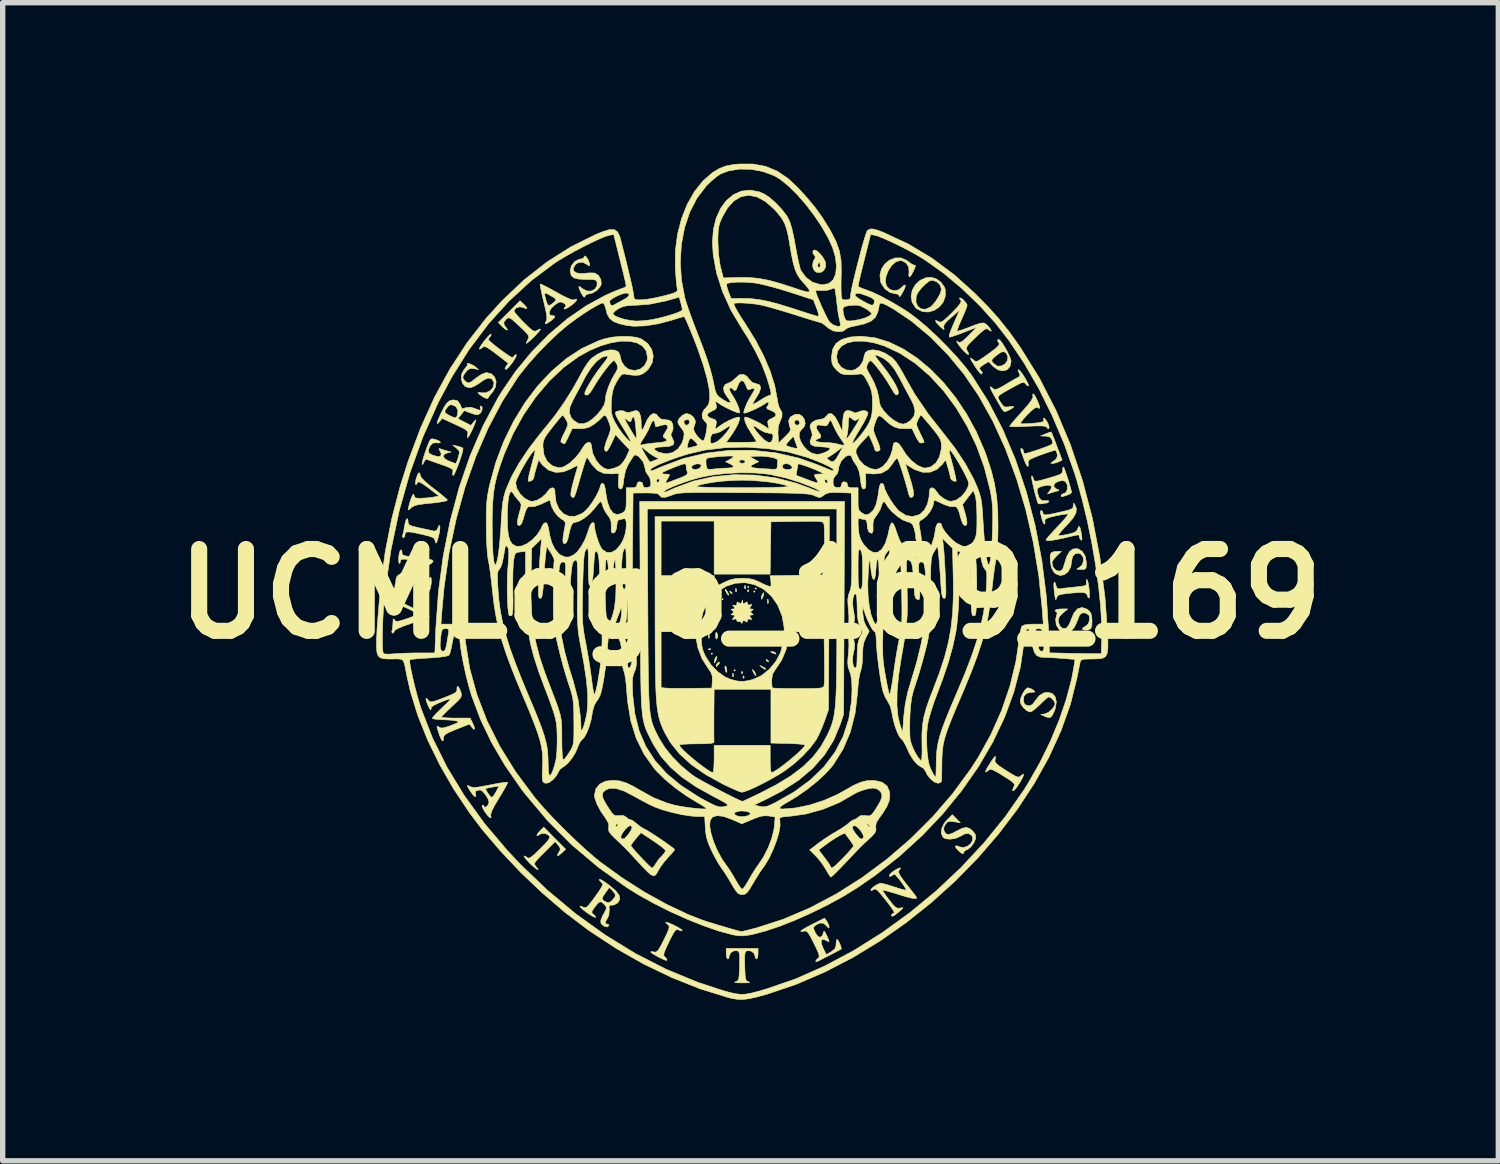
<source format=kicad_pcb>
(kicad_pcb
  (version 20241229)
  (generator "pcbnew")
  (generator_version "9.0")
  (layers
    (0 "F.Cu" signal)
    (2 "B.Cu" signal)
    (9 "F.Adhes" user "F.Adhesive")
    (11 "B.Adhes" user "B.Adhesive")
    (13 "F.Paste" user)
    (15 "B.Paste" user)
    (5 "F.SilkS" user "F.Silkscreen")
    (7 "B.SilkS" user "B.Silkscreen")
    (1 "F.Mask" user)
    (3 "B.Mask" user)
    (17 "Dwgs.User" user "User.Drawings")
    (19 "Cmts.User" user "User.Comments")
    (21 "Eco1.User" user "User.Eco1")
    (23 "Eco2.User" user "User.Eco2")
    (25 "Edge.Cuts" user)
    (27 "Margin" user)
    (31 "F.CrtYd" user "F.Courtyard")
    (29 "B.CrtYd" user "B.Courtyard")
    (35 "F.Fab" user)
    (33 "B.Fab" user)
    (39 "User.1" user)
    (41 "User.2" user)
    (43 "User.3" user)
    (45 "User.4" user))
  (footprint "UCMLogo_169_169"
    (layer "F.Cu")
    (at 10.929 8.011)
    (property "Reference" "UCMLogo_169_169" (at 0 0 0) (layer "F.SilkS") (effects (font (size 1.524 1.524) (thickness 0.3))))
    (attr through_hole)
    (fp_poly (pts (xy -0.706 1.115) (xy -0.72 1.129) (xy -0.734 1.115) (xy -0.72 1.101) (xy -0.706 1.115)) (stroke (width 0.01) (type solid)) (fill yes) (layer "F.SilkS"))
    (fp_poly (pts (xy -0.677 0.155) (xy -0.691 0.169) (xy -0.706 0.155) (xy -0.691 0.141) (xy -0.677 0.155)) (stroke (width 0.01) (type solid)) (fill yes) (layer "F.SilkS"))
    (fp_poly (pts (xy -0.508 0.099) (xy -0.522 0.113) (xy -0.536 0.099) (xy -0.522 0.085) (xy -0.508 0.099)) (stroke (width 0.01) (type solid)) (fill yes) (layer "F.SilkS"))
    (fp_poly (pts (xy -0.423 0.776) (xy -0.437 0.79) (xy -0.452 0.776) (xy -0.437 0.762) (xy -0.423 0.776)) (stroke (width 0.01) (type solid)) (fill yes) (layer "F.SilkS"))
    (fp_poly (pts (xy -0.31 0.776) (xy -0.325 0.79) (xy -0.339 0.776) (xy -0.325 0.762) (xy -0.31 0.776)) (stroke (width 0.01) (type solid)) (fill yes) (layer "F.SilkS"))
    (fp_poly (pts (xy -0.282 1.425) (xy -0.296 1.439) (xy -0.31 1.425) (xy -0.296 1.411) (xy -0.282 1.425)) (stroke (width 0.01) (type solid)) (fill yes) (layer "F.SilkS"))
    (fp_poly (pts (xy -0.198 0.72) (xy -0.212 0.734) (xy -0.226 0.72) (xy -0.212 0.706) (xy -0.198 0.72)) (stroke (width 0.01) (type solid)) (fill yes) (layer "F.SilkS"))
    (fp_poly (pts (xy -0.028 -0.127) (xy -0.042 -0.113) (xy -0.056 -0.127) (xy -0.042 -0.141) (xy -0.028 -0.127)) (stroke (width 0.01) (type solid)) (fill yes) (layer "F.SilkS"))
    (fp_poly (pts (xy 0.085 -0.042) (xy 0.071 -0.028) (xy 0.056 -0.042) (xy 0.071 -0.056) (xy 0.085 -0.042)) (stroke (width 0.01) (type solid)) (fill yes) (layer "F.SilkS"))
    (fp_poly (pts (xy 0.113 -0.099) (xy 0.099 -0.085) (xy 0.085 -0.099) (xy 0.099 -0.113) (xy 0.113 -0.099)) (stroke (width 0.01) (type solid)) (fill yes) (layer "F.SilkS"))
    (fp_poly (pts (xy 0.141 0.833) (xy 0.127 0.847) (xy 0.113 0.833) (xy 0.127 0.818) (xy 0.141 0.833)) (stroke (width 0.01) (type solid)) (fill yes) (layer "F.SilkS"))
    (fp_poly (pts (xy 0.226 0.804) (xy 0.212 0.818) (xy 0.198 0.804) (xy 0.212 0.79) (xy 0.226 0.804)) (stroke (width 0.01) (type solid)) (fill yes) (layer "F.SilkS"))
    (fp_poly (pts (xy 0.48 0.72) (xy 0.466 0.734) (xy 0.452 0.72) (xy 0.466 0.706) (xy 0.48 0.72)) (stroke (width 0.01) (type solid)) (fill yes) (layer "F.SilkS"))
    (fp_poly (pts (xy 0.48 0.833) (xy 0.466 0.847) (xy 0.452 0.833) (xy 0.466 0.818) (xy 0.48 0.833)) (stroke (width 0.01) (type solid)) (fill yes) (layer "F.SilkS"))
    (fp_poly (pts (xy -0.743 1.025) (xy -0.747 1.042) (xy -0.762 1.044) (xy -0.785 1.034) (xy -0.781 1.025) (xy -0.747 1.022) (xy -0.743 1.025)) (stroke (width 0.01) (type solid)) (fill yes) (layer "F.SilkS"))
    (fp_poly (pts (xy -0.319 1.49) (xy -0.316 1.535) (xy -0.322 1.545) (xy -0.334 1.536) (xy -0.336 1.508) (xy -0.33 1.477) (xy -0.319 1.49)) (stroke (width 0.01) (type solid)) (fill yes) (layer "F.SilkS"))
    (fp_poly (pts (xy -0.263 -0.09) (xy -0.26 -0.046) (xy -0.265 -0.036) (xy -0.278 -0.044) (xy -0.28 -0.073) (xy -0.273 -0.103) (xy -0.263 -0.09)) (stroke (width 0.01) (type solid)) (fill yes) (layer "F.SilkS"))
    (fp_poly (pts (xy -0.151 1.449) (xy -0.147 1.482) (xy -0.151 1.486) (xy -0.167 1.482) (xy -0.169 1.468) (xy -0.159 1.444) (xy -0.151 1.449)) (stroke (width 0.01) (type solid)) (fill yes) (layer "F.SilkS"))
    (fp_poly (pts (xy -0.122 1.533) (xy -0.119 1.567) (xy -0.122 1.571) (xy -0.139 1.567) (xy -0.141 1.552) (xy -0.131 1.529) (xy -0.122 1.533)) (stroke (width 0.01) (type solid)) (fill yes) (layer "F.SilkS"))
    (fp_poly (pts (xy -0.094 -0.146) (xy -0.09 -0.102) (xy -0.096 -0.092) (xy -0.109 -0.101) (xy -0.111 -0.129) (xy -0.104 -0.159) (xy -0.094 -0.146)) (stroke (width 0.01) (type solid)) (fill yes) (layer "F.SilkS"))
    (fp_poly (pts (xy -0.038 -0.075) (xy -0.034 -0.042) (xy -0.038 -0.038) (xy -0.054 -0.042) (xy -0.056 -0.056) (xy -0.046 -0.08) (xy -0.038 -0.075)) (stroke (width 0.01) (type solid)) (fill yes) (layer "F.SilkS"))
    (fp_poly (pts (xy 0.132 0.715) (xy 0.135 0.748) (xy 0.132 0.753) (xy 0.115 0.749) (xy 0.113 0.734) (xy 0.123 0.711) (xy 0.132 0.715)) (stroke (width 0.01) (type solid)) (fill yes) (layer "F.SilkS"))
    (fp_poly (pts (xy 0.329 0.106) (xy 0.333 0.164) (xy 0.329 0.176) (xy 0.319 0.18) (xy 0.315 0.141) (xy 0.319 0.101) (xy 0.329 0.106)) (stroke (width 0.01) (type solid)) (fill yes) (layer "F.SilkS"))
    (fp_poly (pts (xy -0.625 0.181) (xy -0.595 0.207) (xy -0.593 0.213) (xy -0.606 0.225) (xy -0.634 0.199) (xy -0.638 0.193) (xy -0.641 0.174) (xy -0.625 0.181)) (stroke (width 0.01) (type solid)) (fill yes) (layer "F.SilkS"))
    (fp_poly (pts (xy -0.569 0.011) (xy -0.539 0.038) (xy -0.536 0.044) (xy -0.55 0.056) (xy -0.578 0.03) (xy -0.581 0.024) (xy -0.585 0.005) (xy -0.569 0.011)) (stroke (width 0.01) (type solid)) (fill yes) (layer "F.SilkS"))
    (fp_poly (pts (xy -0.371 -0.045) (xy -0.341 -0.017) (xy -0.347 -0.000275) (xy -0.351 0) (xy -0.375 -0.02) (xy -0.384 -0.033) (xy -0.387 -0.052) (xy -0.371 -0.045)) (stroke (width 0.01) (type solid)) (fill yes) (layer "F.SilkS"))
    (fp_poly (pts (xy -0.024 0.725) (xy 0 0.748) (xy 0.026 0.792) (xy 0.013 0.801) (xy -0.024 0.771) (xy -0.05 0.732) (xy -0.049 0.717) (xy -0.024 0.725)) (stroke (width 0.01) (type solid)) (fill yes) (layer "F.SilkS"))
    (fp_poly (pts (xy 0.306 1.225) (xy 0.336 1.251) (xy 0.339 1.258) (xy 0.325 1.269) (xy 0.297 1.243) (xy 0.294 1.237) (xy 0.29 1.218) (xy 0.306 1.225)) (stroke (width 0.01) (type solid)) (fill yes) (layer "F.SilkS"))
    (fp_poly (pts (xy -0.772 0.737) (xy -0.771 0.741) (xy -0.767 0.803) (xy -0.772 0.826) (xy -0.781 0.827) (xy -0.785 0.783) (xy -0.785 0.776) (xy -0.781 0.732) (xy -0.772 0.737)) (stroke (width 0.01) (type solid)) (fill yes) (layer "F.SilkS"))
    (fp_poly (pts (xy -0.628 0.724) (xy -0.623 0.731) (xy -0.609 0.787) (xy -0.612 0.809) (xy -0.633 0.844) (xy -0.646 0.825) (xy -0.649 0.769) (xy -0.644 0.72) (xy -0.628 0.724)) (stroke (width 0.01) (type solid)) (fill yes) (layer "F.SilkS"))
    (fp_poly (pts (xy -0.625 1.184) (xy -0.641 1.236) (xy -0.649 1.256) (xy -0.668 1.288) (xy -0.675 1.27) (xy -0.662 1.21) (xy -0.649 1.185) (xy -0.628 1.163) (xy -0.625 1.184)) (stroke (width 0.01) (type solid)) (fill yes) (layer "F.SilkS"))
    (fp_poly (pts (xy -0.577 1.287) (xy -0.593 1.312) (xy -0.626 1.347) (xy -0.638 1.355) (xy -0.638 1.333) (xy -0.631 1.312) (xy -0.601 1.275) (xy -0.586 1.27) (xy -0.577 1.287)) (stroke (width 0.01) (type solid)) (fill yes) (layer "F.SilkS"))
    (fp_poly (pts (xy -0.49 0.737) (xy -0.488 0.741) (xy -0.484 0.803) (xy -0.489 0.826) (xy -0.499 0.827) (xy -0.503 0.783) (xy -0.502 0.776) (xy -0.498 0.732) (xy -0.49 0.737)) (stroke (width 0.01) (type solid)) (fill yes) (layer "F.SilkS"))
    (fp_poly (pts (xy -0.445 -0.063) (xy -0.423 -0.028) (xy -0.405 0.015) (xy -0.407 0.028) (xy -0.43 0.007) (xy -0.452 -0.028) (xy -0.47 -0.072) (xy -0.468 -0.085) (xy -0.445 -0.063)) (stroke (width 0.01) (type solid)) (fill yes) (layer "F.SilkS"))
    (fp_poly (pts (xy -0.169 0.776) (xy -0.142 0.801) (xy -0.141 0.806) (xy -0.163 0.818) (xy -0.169 0.818) (xy -0.196 0.797) (xy -0.198 0.789) (xy -0.18 0.772) (xy -0.169 0.776)) (stroke (width 0.01) (type solid)) (fill yes) (layer "F.SilkS"))
    (fp_poly (pts (xy 0.063 1.433) (xy 0.085 1.468) (xy 0.103 1.511) (xy 0.101 1.524) (xy 0.078 1.502) (xy 0.056 1.468) (xy 0.038 1.424) (xy 0.04 1.411) (xy 0.063 1.433)) (stroke (width 0.01) (type solid)) (fill yes) (layer "F.SilkS"))
    (fp_poly (pts (xy 0.184 1.338) (xy 0.219 1.354) (xy 0.267 1.382) (xy 0.282 1.398) (xy 0.273 1.41) (xy 0.239 1.39) (xy 0.21 1.367) (xy 0.174 1.337) (xy 0.184 1.338)) (stroke (width 0.01) (type solid)) (fill yes) (layer "F.SilkS"))
    (fp_poly (pts (xy 0.25 -0.002) (xy 0.234 0.051) (xy 0.226 0.071) (xy 0.207 0.102) (xy 0.2 0.085) (xy 0.213 0.024) (xy 0.226 0) (xy 0.247 -0.022) (xy 0.25 -0.002)) (stroke (width 0.01) (type solid)) (fill yes) (layer "F.SilkS"))
    (fp_poly (pts (xy 0.303 0.724) (xy 0.308 0.731) (xy 0.323 0.787) (xy 0.319 0.809) (xy 0.298 0.844) (xy 0.286 0.825) (xy 0.283 0.769) (xy 0.288 0.72) (xy 0.303 0.724)) (stroke (width 0.01) (type solid)) (fill yes) (layer "F.SilkS"))
    (fp_poly (pts (xy 0.451 1.087) (xy 0.466 1.101) (xy 0.477 1.123) (xy 0.461 1.122) (xy 0.409 1.101) (xy 0.374 1.082) (xy 0.39 1.075) (xy 0.401 1.074) (xy 0.451 1.087)) (stroke (width 0.01) (type solid)) (fill yes) (layer "F.SilkS"))
    (fp_poly (pts (xy -0.446 1.388) (xy -0.446 1.39) (xy -0.439 1.45) (xy -0.447 1.466) (xy -0.467 1.431) (xy -0.469 1.426) (xy -0.477 1.367) (xy -0.473 1.349) (xy -0.46 1.345) (xy -0.446 1.388)) (stroke (width 0.01) (type solid)) (fill yes) (layer "F.SilkS"))
    (fp_poly (pts (xy 1.243 -6.384) (xy 1.301 -6.329) (xy 1.356 -6.257) (xy 1.394 -6.185) (xy 1.399 -6.167) (xy 1.399 -6.085) (xy 1.363 -6.021) (xy 1.304 -5.985) (xy 1.237 -5.987) (xy 1.191 -6.017) (xy 1.165 -6.07) (xy 1.158 -6.116) (xy 1.249 -6.116) (xy 1.254 -6.098) (xy 1.282 -6.069) (xy 1.296 -6.095) (xy 1.298 -6.13) (xy 1.291 -6.171) (xy 1.267 -6.161) (xy 1.267 -6.161) (xy 1.249 -6.116) (xy 1.158 -6.116) (xy 1.157 -6.124) (xy 1.169 -6.193) (xy 1.191 -6.231) (xy 1.21 -6.27) (xy 1.191 -6.299) (xy 1.161 -6.35) (xy 1.166 -6.392) (xy 1.197 -6.406) (xy 1.243 -6.384)) (stroke (width 0.01) (type solid)) (fill yes) (layer "F.SilkS"))
    (fp_poly (pts (xy 4.566 3.033) (xy 4.558 3.081) (xy 4.557 3.085) (xy 4.554 3.12) (xy 4.572 3.154) (xy 4.617 3.195) (xy 4.699 3.251) (xy 4.765 3.294) (xy 4.871 3.36) (xy 4.941 3.399) (xy 4.985 3.413) (xy 5.014 3.408) (xy 5.034 3.392) (xy 5.076 3.358) (xy 5.089 3.367) (xy 5.072 3.416) (xy 5.026 3.501) (xy 5.014 3.52) (xy 4.954 3.611) (xy 4.91 3.662) (xy 4.886 3.668) (xy 4.882 3.653) (xy 4.894 3.618) (xy 4.91 3.585) (xy 4.918 3.557) (xy 4.903 3.527) (xy 4.859 3.488) (xy 4.777 3.434) (xy 4.707 3.39) (xy 4.599 3.324) (xy 4.528 3.286) (xy 4.483 3.27) (xy 4.452 3.274) (xy 4.425 3.293) (xy 4.385 3.322) (xy 4.378 3.308) (xy 4.404 3.251) (xy 4.462 3.156) (xy 4.521 3.069) (xy 4.554 3.028) (xy 4.566 3.033)) (stroke (width 0.01) (type solid)) (fill yes) (layer "F.SilkS"))
    (fp_poly (pts (xy -1.53 6.127) (xy -1.448 6.162) (xy -1.425 6.173) (xy -1.344 6.216) (xy -1.287 6.253) (xy -1.27 6.272) (xy -1.29 6.28) (xy -1.323 6.267) (xy -1.357 6.254) (xy -1.385 6.259) (xy -1.416 6.29) (xy -1.455 6.355) (xy -1.508 6.461) (xy -1.536 6.52) (xy -1.585 6.626) (xy -1.611 6.693) (xy -1.615 6.733) (xy -1.602 6.757) (xy -1.595 6.762) (xy -1.558 6.8) (xy -1.557 6.825) (xy -1.573 6.828) (xy -1.609 6.816) (xy -1.676 6.784) (xy -1.729 6.757) (xy -1.815 6.708) (xy -1.857 6.676) (xy -1.852 6.662) (xy -1.798 6.671) (xy -1.765 6.673) (xy -1.736 6.657) (xy -1.703 6.614) (xy -1.658 6.534) (xy -1.612 6.442) (xy -1.556 6.328) (xy -1.525 6.253) (xy -1.514 6.207) (xy -1.521 6.179) (xy -1.536 6.165) (xy -1.578 6.128) (xy -1.575 6.115) (xy -1.53 6.127)) (stroke (width 0.01) (type solid)) (fill yes) (layer "F.SilkS"))
    (fp_poly (pts (xy 6.278 -0.25) (xy 6.292 -0.194) (xy 6.305 -0.115) (xy 6.313 -0.032) (xy 6.316 0.037) (xy 6.31 0.077) (xy 6.308 0.079) (xy 6.289 0.07) (xy 6.275 0.034) (xy 6.261 0.003) (xy 6.231 -0.017) (xy 6.178 -0.025) (xy 6.091 -0.023) (xy 5.962 -0.012) (xy 5.885 -0.004) (xy 5.79 0.009) (xy 5.736 0.026) (xy 5.71 0.055) (xy 5.7 0.085) (xy 5.688 0.11) (xy 5.677 0.087) (xy 5.665 0.014) (xy 5.66 -0.023) (xy 5.651 -0.124) (xy 5.651 -0.192) (xy 5.659 -0.222) (xy 5.674 -0.206) (xy 5.689 -0.157) (xy 5.712 -0.103) (xy 5.756 -0.092) (xy 5.782 -0.096) (xy 5.847 -0.105) (xy 5.947 -0.117) (xy 6.06 -0.128) (xy 6.063 -0.129) (xy 6.169 -0.14) (xy 6.23 -0.152) (xy 6.256 -0.169) (xy 6.258 -0.195) (xy 6.256 -0.201) (xy 6.255 -0.251) (xy 6.264 -0.268) (xy 6.278 -0.25)) (stroke (width 0.01) (type solid)) (fill yes) (layer "F.SilkS"))
    (fp_poly (pts (xy -4.834 -4.811) (xy -4.849 -4.792) (xy -4.878 -4.751) (xy -4.882 -4.736) (xy -4.861 -4.71) (xy -4.805 -4.661) (xy -4.728 -4.599) (xy -4.64 -4.533) (xy -4.555 -4.472) (xy -4.485 -4.426) (xy -4.442 -4.403) (xy -4.438 -4.403) (xy -4.402 -4.425) (xy -4.395 -4.438) (xy -4.372 -4.459) (xy -4.362 -4.454) (xy -4.366 -4.423) (xy -4.398 -4.363) (xy -4.435 -4.307) (xy -4.505 -4.22) (xy -4.551 -4.18) (xy -4.571 -4.189) (xy -4.572 -4.199) (xy -4.554 -4.237) (xy -4.539 -4.255) (xy -4.516 -4.289) (xy -4.517 -4.298) (xy -4.665 -4.414) (xy -4.775 -4.498) (xy -4.854 -4.555) (xy -4.908 -4.589) (xy -4.944 -4.604) (xy -4.969 -4.603) (xy -4.99 -4.591) (xy -4.999 -4.583) (xy -5.038 -4.557) (xy -5.052 -4.563) (xy -5.036 -4.599) (xy -4.997 -4.659) (xy -4.946 -4.726) (xy -4.893 -4.788) (xy -4.851 -4.831) (xy -4.831 -4.84) (xy -4.834 -4.811)) (stroke (width 0.01) (type solid)) (fill yes) (layer "F.SilkS"))
    (fp_poly (pts (xy 3.449 -5.874) (xy 3.541 -5.81) (xy 3.608 -5.722) (xy 3.627 -5.672) (xy 3.63 -5.547) (xy 3.591 -5.436) (xy 3.519 -5.345) (xy 3.424 -5.281) (xy 3.317 -5.249) (xy 3.206 -5.256) (xy 3.102 -5.307) (xy 3.074 -5.332) (xy 3.01 -5.431) (xy 3.009 -5.438) (xy 3.081 -5.438) (xy 3.115 -5.356) (xy 3.178 -5.308) (xy 3.26 -5.3) (xy 3.35 -5.341) (xy 3.356 -5.345) (xy 3.421 -5.411) (xy 3.484 -5.5) (xy 3.533 -5.592) (xy 3.556 -5.667) (xy 3.556 -5.675) (xy 3.531 -5.755) (xy 3.466 -5.816) (xy 3.381 -5.842) (xy 3.376 -5.842) (xy 3.323 -5.821) (xy 3.254 -5.766) (xy 3.182 -5.693) (xy 3.122 -5.615) (xy 3.088 -5.548) (xy 3.088 -5.545) (xy 3.081 -5.438) (xy 3.009 -5.438) (xy 2.991 -5.542) (xy 3.013 -5.655) (xy 3.071 -5.757) (xy 3.158 -5.839) (xy 3.27 -5.888) (xy 3.349 -5.898) (xy 3.449 -5.874)) (stroke (width 0.01) (type solid)) (fill yes) (layer "F.SilkS"))
    (fp_poly (pts (xy -6.379 -1.367) (xy -6.378 -1.344) (xy -6.374 -1.308) (xy -6.353 -1.283) (xy -6.305 -1.262) (xy -6.217 -1.24) (xy -6.16 -1.227) (xy -6.049 -1.203) (xy -5.957 -1.183) (xy -5.899 -1.169) (xy -5.894 -1.168) (xy -5.847 -1.179) (xy -5.828 -1.212) (xy -5.806 -1.267) (xy -5.79 -1.273) (xy -5.784 -1.238) (xy -5.79 -1.172) (xy -5.801 -1.112) (xy -5.829 -1.004) (xy -5.849 -0.95) (xy -5.863 -0.945) (xy -5.875 -0.988) (xy -5.875 -0.991) (xy -5.887 -1.025) (xy -5.918 -1.05) (xy -5.98 -1.073) (xy -6.084 -1.099) (xy -6.11 -1.105) (xy -6.248 -1.135) (xy -6.341 -1.151) (xy -6.397 -1.152) (xy -6.425 -1.14) (xy -6.434 -1.114) (xy -6.435 -1.101) (xy -6.448 -1.055) (xy -6.466 -1.044) (xy -6.484 -1.065) (xy -6.479 -1.092) (xy -6.463 -1.15) (xy -6.448 -1.235) (xy -6.444 -1.262) (xy -6.427 -1.342) (xy -6.407 -1.391) (xy -6.389 -1.401) (xy -6.379 -1.367)) (stroke (width 0.01) (type solid)) (fill yes) (layer "F.SilkS"))
    (fp_poly (pts (xy 2.909 -6.211) (xy 2.93 -6.195) (xy 2.992 -6.149) (xy 3.039 -6.125) (xy 3.045 -6.124) (xy 3.069 -6.12) (xy 3.072 -6.099) (xy 3.052 -6.049) (xy 3.029 -5.998) (xy 2.987 -5.925) (xy 2.959 -5.902) (xy 2.948 -5.932) (xy 2.954 -5.994) (xy 2.946 -6.09) (xy 2.897 -6.165) (xy 2.818 -6.206) (xy 2.785 -6.209) (xy 2.706 -6.183) (xy 2.63 -6.115) (xy 2.566 -6.019) (xy 2.524 -5.908) (xy 2.512 -5.816) (xy 2.535 -5.73) (xy 2.594 -5.671) (xy 2.673 -5.646) (xy 2.756 -5.661) (xy 2.808 -5.701) (xy 2.861 -5.749) (xy 2.885 -5.751) (xy 2.878 -5.708) (xy 2.85 -5.644) (xy 2.804 -5.562) (xy 2.776 -5.533) (xy 2.766 -5.556) (xy 2.766 -5.56) (xy 2.742 -5.582) (xy 2.702 -5.588) (xy 2.597 -5.614) (xy 2.502 -5.683) (xy 2.436 -5.781) (xy 2.424 -5.812) (xy 2.411 -5.937) (xy 2.44 -6.05) (xy 2.504 -6.146) (xy 2.592 -6.217) (xy 2.695 -6.256) (xy 2.804 -6.256) (xy 2.909 -6.211)) (stroke (width 0.01) (type solid)) (fill yes) (layer "F.SilkS"))
    (fp_poly (pts (xy -6.158 -2.246) (xy -6.152 -2.205) (xy -6.129 -2.161) (xy -6.062 -2.092) (xy -5.954 -2.001) (xy -5.898 -1.958) (xy -5.797 -1.88) (xy -5.715 -1.813) (xy -5.661 -1.766) (xy -5.644 -1.747) (xy -5.667 -1.731) (xy -5.738 -1.716) (xy -5.859 -1.698) (xy -6.033 -1.68) (xy -6.063 -1.677) (xy -6.188 -1.661) (xy -6.269 -1.637) (xy -6.32 -1.604) (xy -6.324 -1.599) (xy -6.363 -1.565) (xy -6.378 -1.565) (xy -6.371 -1.604) (xy -6.353 -1.676) (xy -6.345 -1.704) (xy -6.317 -1.79) (xy -6.291 -1.843) (xy -6.272 -1.856) (xy -6.265 -1.826) (xy -6.253 -1.795) (xy -6.208 -1.781) (xy -6.145 -1.78) (xy -6.035 -1.786) (xy -5.925 -1.799) (xy -5.913 -1.801) (xy -5.801 -1.821) (xy -5.974 -1.955) (xy -6.084 -2.035) (xy -6.156 -2.078) (xy -6.196 -2.085) (xy -6.209 -2.06) (xy -6.209 -2.06) (xy -6.227 -2.033) (xy -6.233 -2.032) (xy -6.242 -2.056) (xy -6.234 -2.116) (xy -6.227 -2.145) (xy -6.201 -2.22) (xy -6.176 -2.255) (xy -6.158 -2.246)) (stroke (width 0.01) (type solid)) (fill yes) (layer "F.SilkS"))
    (fp_poly (pts (xy -3.646 4.553) (xy -3.442 4.758) (xy -3.508 4.82) (xy -3.567 4.869) (xy -3.596 4.879) (xy -3.589 4.849) (xy -3.57 4.816) (xy -3.543 4.764) (xy -3.551 4.724) (xy -3.582 4.682) (xy -3.638 4.614) (xy -3.842 4.818) (xy -3.934 4.91) (xy -3.991 4.971) (xy -4.018 5.011) (xy -4.022 5.04) (xy -4.006 5.065) (xy -3.995 5.079) (xy -3.958 5.125) (xy -3.957 5.14) (xy -3.984 5.127) (xy -4.033 5.09) (xy -4.095 5.035) (xy -4.12 5.009) (xy -4.18 4.945) (xy -4.214 4.899) (xy -4.217 4.882) (xy -4.174 4.9) (xy -4.154 4.917) (xy -4.129 4.925) (xy -4.09 4.906) (xy -4.028 4.856) (xy -3.937 4.769) (xy -3.917 4.749) (xy -3.825 4.656) (xy -3.769 4.592) (xy -3.744 4.549) (xy -3.742 4.52) (xy -3.752 4.503) (xy -3.815 4.466) (xy -3.891 4.464) (xy -3.945 4.493) (xy -3.974 4.509) (xy -3.979 4.498) (xy -3.961 4.46) (xy -3.915 4.409) (xy -3.915 4.408) (xy -3.85 4.347) (xy -3.646 4.553)) (stroke (width 0.01) (type solid)) (fill yes) (layer "F.SilkS"))
    (fp_poly (pts (xy 6.105 -0.836) (xy 6.181 -0.79) (xy 6.234 -0.702) (xy 6.257 -0.587) (xy 6.257 -0.557) (xy 6.251 -0.488) (xy 6.229 -0.459) (xy 6.173 -0.453) (xy 6.154 -0.453) (xy 6.091 -0.456) (xy 6.079 -0.464) (xy 6.112 -0.483) (xy 6.118 -0.486) (xy 6.177 -0.538) (xy 6.203 -0.61) (xy 6.196 -0.683) (xy 6.156 -0.738) (xy 6.113 -0.757) (xy 6.045 -0.746) (xy 5.998 -0.691) (xy 5.983 -0.616) (xy 5.965 -0.5) (xy 5.916 -0.412) (xy 5.847 -0.357) (xy 5.767 -0.341) (xy 5.686 -0.372) (xy 5.652 -0.402) (xy 5.605 -0.488) (xy 5.584 -0.614) (xy 5.582 -0.71) (xy 5.6 -0.763) (xy 5.648 -0.786) (xy 5.72 -0.79) (xy 5.792 -0.79) (xy 5.704 -0.708) (xy 5.649 -0.647) (xy 5.618 -0.592) (xy 5.616 -0.579) (xy 5.637 -0.495) (xy 5.69 -0.438) (xy 5.743 -0.423) (xy 5.79 -0.433) (xy 5.82 -0.471) (xy 5.843 -0.543) (xy 5.89 -0.691) (xy 5.943 -0.786) (xy 6.006 -0.835) (xy 6.083 -0.841) (xy 6.105 -0.836)) (stroke (width 0.01) (type solid)) (fill yes) (layer "F.SilkS"))
    (fp_poly (pts (xy -4.22 -5.391) (xy -4.171 -5.337) (xy -4.165 -5.312) (xy -4.202 -5.319) (xy -4.231 -5.333) (xy -4.296 -5.346) (xy -4.36 -5.328) (xy -4.399 -5.288) (xy -4.403 -5.269) (xy -4.384 -5.234) (xy -4.333 -5.172) (xy -4.26 -5.093) (xy -4.219 -5.051) (xy -4.131 -4.966) (xy -4.072 -4.915) (xy -4.032 -4.893) (xy -4 -4.894) (xy -3.976 -4.906) (xy -3.923 -4.934) (xy -3.911 -4.926) (xy -3.94 -4.885) (xy -4.008 -4.811) (xy -4.036 -4.783) (xy -4.105 -4.718) (xy -4.155 -4.676) (xy -4.177 -4.664) (xy -4.177 -4.665) (xy -4.164 -4.703) (xy -4.142 -4.744) (xy -4.129 -4.775) (xy -4.134 -4.807) (xy -4.164 -4.849) (xy -4.225 -4.912) (xy -4.301 -4.984) (xy -4.392 -5.068) (xy -4.452 -5.119) (xy -4.492 -5.14) (xy -4.52 -5.139) (xy -4.546 -5.12) (xy -4.548 -5.119) (xy -4.593 -5.062) (xy -4.589 -5.009) (xy -4.554 -4.962) (xy -4.525 -4.922) (xy -4.532 -4.911) (xy -4.565 -4.927) (xy -4.613 -4.966) (xy -4.629 -4.982) (xy -4.697 -5.054) (xy -4.292 -5.459) (xy -4.22 -5.391)) (stroke (width 0.01) (type solid)) (fill yes) (layer "F.SilkS"))
    (fp_poly (pts (xy 0.141 6.703) (xy 0.134 6.768) (xy 0.117 6.801) (xy 0.113 6.802) (xy 0.09 6.778) (xy 0.085 6.746) (xy 0.06 6.688) (xy 0.003 6.651) (xy -0.064 6.648) (xy -0.069 6.65) (xy -0.091 6.666) (xy -0.103 6.703) (xy -0.109 6.771) (xy -0.108 6.881) (xy -0.107 6.938) (xy -0.102 7.063) (xy -0.096 7.143) (xy -0.085 7.19) (xy -0.065 7.213) (xy -0.035 7.226) (xy -0.028 7.228) (xy -0.014 7.238) (xy -0.052 7.245) (xy -0.14 7.247) (xy -0.155 7.247) (xy -0.249 7.245) (xy -0.294 7.239) (xy -0.287 7.229) (xy -0.282 7.228) (xy -0.25 7.216) (xy -0.228 7.195) (xy -0.216 7.154) (xy -0.209 7.08) (xy -0.204 6.964) (xy -0.204 6.938) (xy -0.201 6.809) (xy -0.204 6.726) (xy -0.214 6.678) (xy -0.231 6.655) (xy -0.241 6.65) (xy -0.308 6.649) (xy -0.367 6.684) (xy -0.395 6.74) (xy -0.395 6.746) (xy -0.407 6.791) (xy -0.423 6.802) (xy -0.442 6.777) (xy -0.451 6.716) (xy -0.452 6.703) (xy -0.452 6.604) (xy 0.141 6.604) (xy 0.141 6.703)) (stroke (width 0.01) (type solid)) (fill yes) (layer "F.SilkS"))
    (fp_poly (pts (xy 5.018 -4.155) (xy 5.06 -4.101) (xy 5.107 -4.029) (xy 5.149 -3.956) (xy 5.176 -3.898) (xy 5.18 -3.872) (xy 5.154 -3.879) (xy 5.126 -3.908) (xy 5.105 -3.931) (xy 5.078 -3.938) (xy 5.034 -3.925) (xy 4.962 -3.888) (xy 4.88 -3.843) (xy 4.756 -3.774) (xy 4.674 -3.726) (xy 4.628 -3.692) (xy 4.611 -3.663) (xy 4.618 -3.633) (xy 4.642 -3.593) (xy 4.656 -3.571) (xy 4.701 -3.506) (xy 4.742 -3.48) (xy 4.798 -3.481) (xy 4.816 -3.484) (xy 4.887 -3.493) (xy 4.906 -3.483) (xy 4.872 -3.454) (xy 4.827 -3.43) (xy 4.762 -3.397) (xy 4.724 -3.395) (xy 4.693 -3.429) (xy 4.663 -3.478) (xy 4.572 -3.636) (xy 4.509 -3.748) (xy 4.473 -3.82) (xy 4.463 -3.855) (xy 4.478 -3.855) (xy 4.509 -3.83) (xy 4.537 -3.81) (xy 4.569 -3.807) (xy 4.617 -3.823) (xy 4.693 -3.864) (xy 4.77 -3.91) (xy 4.869 -3.968) (xy 4.95 -4.014) (xy 5.001 -4.042) (xy 5.009 -4.046) (xy 5.02 -4.075) (xy 5.002 -4.117) (xy 4.984 -4.162) (xy 4.991 -4.177) (xy 5.018 -4.155)) (stroke (width 0.01) (type solid)) (fill yes) (layer "F.SilkS"))
    (fp_poly (pts (xy 5.29 -3.702) (xy 5.322 -3.644) (xy 5.355 -3.572) (xy 5.381 -3.503) (xy 5.39 -3.461) (xy 5.374 -3.454) (xy 5.353 -3.467) (xy 5.324 -3.474) (xy 5.279 -3.45) (xy 5.21 -3.389) (xy 5.164 -3.344) (xy 5.095 -3.269) (xy 5.047 -3.21) (xy 5.029 -3.176) (xy 5.03 -3.173) (xy 5.065 -3.167) (xy 5.14 -3.168) (xy 5.242 -3.174) (xy 5.263 -3.176) (xy 5.376 -3.189) (xy 5.44 -3.203) (xy 5.464 -3.222) (xy 5.464 -3.235) (xy 5.455 -3.273) (xy 5.471 -3.273) (xy 5.5 -3.242) (xy 5.534 -3.187) (xy 5.54 -3.175) (xy 5.561 -3.113) (xy 5.56 -3.077) (xy 5.54 -3.077) (xy 5.515 -3.108) (xy 5.485 -3.122) (xy 5.413 -3.128) (xy 5.295 -3.127) (xy 5.161 -3.121) (xy 5.031 -3.114) (xy 4.925 -3.112) (xy 4.853 -3.114) (xy 4.826 -3.119) (xy 4.826 -3.119) (xy 4.844 -3.146) (xy 4.893 -3.206) (xy 4.965 -3.289) (xy 5.052 -3.386) (xy 5.161 -3.509) (xy 5.23 -3.599) (xy 5.26 -3.657) (xy 5.261 -3.679) (xy 5.257 -3.718) (xy 5.267 -3.725) (xy 5.29 -3.702)) (stroke (width 0.01) (type solid)) (fill yes) (layer "F.SilkS"))
    (fp_poly (pts (xy 3.834 4.189) (xy 3.909 4.264) (xy 3.792 4.245) (xy 3.714 4.238) (xy 3.667 4.251) (xy 3.631 4.293) (xy 3.627 4.299) (xy 3.597 4.364) (xy 3.607 4.42) (xy 3.611 4.429) (xy 3.645 4.472) (xy 3.691 4.483) (xy 3.761 4.46) (xy 3.842 4.417) (xy 3.946 4.366) (xy 4.021 4.351) (xy 4.085 4.373) (xy 4.139 4.418) (xy 4.188 4.482) (xy 4.196 4.544) (xy 4.192 4.566) (xy 4.159 4.642) (xy 4.107 4.712) (xy 4.05 4.759) (xy 4.019 4.77) (xy 3.984 4.793) (xy 3.974 4.817) (xy 3.962 4.842) (xy 3.934 4.833) (xy 3.881 4.791) (xy 3.829 4.736) (xy 3.817 4.7) (xy 3.843 4.692) (xy 3.89 4.711) (xy 3.963 4.726) (xy 4.037 4.704) (xy 4.099 4.657) (xy 4.136 4.596) (xy 4.138 4.532) (xy 4.121 4.502) (xy 4.063 4.464) (xy 3.988 4.473) (xy 3.909 4.516) (xy 3.822 4.554) (xy 3.724 4.57) (xy 3.638 4.563) (xy 3.59 4.538) (xy 3.554 4.466) (xy 3.561 4.374) (xy 3.607 4.276) (xy 3.658 4.215) (xy 3.759 4.113) (xy 3.834 4.189)) (stroke (width 0.01) (type solid)) (fill yes) (layer "F.SilkS"))
    (fp_poly (pts (xy -6.618 0.043) (xy -6.605 0.072) (xy -6.565 0.115) (xy -6.474 0.172) (xy -6.335 0.243) (xy -6.282 0.267) (xy -6.165 0.323) (xy -6.069 0.37) (xy -6.005 0.405) (xy -5.983 0.422) (xy -6.008 0.437) (xy -6.077 0.465) (xy -6.179 0.502) (xy -6.303 0.545) (xy -6.308 0.546) (xy -6.466 0.602) (xy -6.573 0.647) (xy -6.626 0.681) (xy -6.632 0.693) (xy -6.65 0.73) (xy -6.663 0.734) (xy -6.682 0.713) (xy -6.678 0.689) (xy -6.666 0.632) (xy -6.66 0.55) (xy -6.66 0.541) (xy -6.656 0.478) (xy -6.645 0.466) (xy -6.631 0.485) (xy -6.613 0.507) (xy -6.584 0.514) (xy -6.533 0.505) (xy -6.447 0.479) (xy -6.39 0.46) (xy -6.294 0.425) (xy -6.226 0.394) (xy -6.198 0.372) (xy -6.2 0.368) (xy -6.235 0.347) (xy -6.308 0.31) (xy -6.402 0.265) (xy -6.413 0.26) (xy -6.515 0.216) (xy -6.575 0.197) (xy -6.601 0.203) (xy -6.604 0.213) (xy -6.621 0.25) (xy -6.635 0.254) (xy -6.654 0.233) (xy -6.649 0.209) (xy -6.635 0.147) (xy -6.63 0.089) (xy -6.627 0.04) (xy -6.618 0.043)) (stroke (width 0.01) (type solid)) (fill yes) (layer "F.SilkS"))
    (fp_poly (pts (xy 5.223 1.766) (xy 5.265 1.791) (xy 5.298 1.82) (xy 5.288 1.831) (xy 5.232 1.834) (xy 5.141 1.854) (xy 5.092 1.911) (xy 5.085 1.995) (xy 5.105 2.057) (xy 5.156 2.081) (xy 5.168 2.083) (xy 5.225 2.078) (xy 5.272 2.039) (xy 5.305 1.991) (xy 5.382 1.893) (xy 5.466 1.844) (xy 5.539 1.834) (xy 5.624 1.857) (xy 5.677 1.92) (xy 5.697 2.014) (xy 5.68 2.13) (xy 5.652 2.205) (xy 5.612 2.279) (xy 5.573 2.307) (xy 5.516 2.296) (xy 5.475 2.279) (xy 5.405 2.247) (xy 5.482 2.237) (xy 5.551 2.207) (xy 5.618 2.149) (xy 5.664 2.082) (xy 5.673 2.044) (xy 5.653 1.995) (xy 5.608 1.945) (xy 5.561 1.919) (xy 5.557 1.919) (xy 5.525 1.938) (xy 5.467 1.988) (xy 5.396 2.058) (xy 5.393 2.06) (xy 5.318 2.131) (xy 5.252 2.182) (xy 5.209 2.201) (xy 5.209 2.201) (xy 5.15 2.179) (xy 5.087 2.124) (xy 5.039 2.057) (xy 5.024 2.006) (xy 5.037 1.935) (xy 5.071 1.857) (xy 5.114 1.79) (xy 5.156 1.753) (xy 5.166 1.75) (xy 5.223 1.766)) (stroke (width 0.01) (type solid)) (fill yes) (layer "F.SilkS"))
    (fp_poly (pts (xy 6.263 0.283) (xy 6.295 0.306) (xy 6.336 0.353) (xy 6.356 0.42) (xy 6.362 0.503) (xy 6.358 0.6) (xy 6.336 0.653) (xy 6.286 0.674) (xy 6.235 0.677) (xy 6.188 0.664) (xy 6.188 0.636) (xy 6.234 0.608) (xy 6.237 0.607) (xy 6.288 0.565) (xy 6.315 0.494) (xy 6.312 0.421) (xy 6.302 0.398) (xy 6.253 0.362) (xy 6.206 0.353) (xy 6.161 0.363) (xy 6.128 0.401) (xy 6.097 0.482) (xy 6.096 0.484) (xy 6.039 0.614) (xy 5.969 0.699) (xy 5.891 0.734) (xy 5.81 0.717) (xy 5.758 0.678) (xy 5.695 0.579) (xy 5.684 0.469) (xy 5.699 0.415) (xy 5.713 0.356) (xy 5.7 0.339) (xy 5.673 0.317) (xy 5.673 0.31) (xy 5.698 0.293) (xy 5.761 0.283) (xy 5.792 0.282) (xy 5.91 0.282) (xy 5.817 0.36) (xy 5.755 0.423) (xy 5.733 0.481) (xy 5.734 0.519) (xy 5.761 0.598) (xy 5.812 0.642) (xy 5.874 0.641) (xy 5.889 0.633) (xy 5.925 0.589) (xy 5.961 0.514) (xy 5.971 0.483) (xy 6.025 0.356) (xy 6.093 0.279) (xy 6.174 0.254) (xy 6.263 0.283)) (stroke (width 0.01) (type solid)) (fill yes) (layer "F.SilkS"))
    (fp_poly (pts (xy -3.063 -6.28) (xy -3.029 -6.231) (xy -3.024 -6.222) (xy -2.996 -6.146) (xy -2.998 -6.111) (xy -3.028 -6.121) (xy -3.043 -6.134) (xy -3.124 -6.176) (xy -3.208 -6.169) (xy -3.258 -6.136) (xy -3.301 -6.07) (xy -3.294 -6.015) (xy -3.243 -5.978) (xy -3.154 -5.965) (xy -3.092 -5.97) (xy -2.998 -5.978) (xy -2.917 -5.976) (xy -2.897 -5.973) (xy -2.831 -5.93) (xy -2.788 -5.856) (xy -2.779 -5.774) (xy -2.792 -5.733) (xy -2.857 -5.655) (xy -2.944 -5.602) (xy -3.01 -5.588) (xy -3.065 -5.568) (xy -3.083 -5.539) (xy -3.097 -5.523) (xy -3.125 -5.555) (xy -3.156 -5.609) (xy -3.193 -5.69) (xy -3.197 -5.725) (xy -3.167 -5.715) (xy -3.129 -5.683) (xy -3.052 -5.642) (xy -2.971 -5.639) (xy -2.902 -5.671) (xy -2.861 -5.73) (xy -2.856 -5.783) (xy -2.863 -5.821) (xy -2.883 -5.843) (xy -2.927 -5.853) (xy -3.009 -5.856) (xy -3.065 -5.856) (xy -3.2 -5.863) (xy -3.288 -5.885) (xy -3.338 -5.928) (xy -3.357 -5.998) (xy -3.358 -6.027) (xy -3.334 -6.115) (xy -3.273 -6.19) (xy -3.192 -6.233) (xy -3.157 -6.237) (xy -3.113 -6.25) (xy -3.104 -6.265) (xy -3.092 -6.294) (xy -3.063 -6.28)) (stroke (width 0.01) (type solid)) (fill yes) (layer "F.SilkS"))
    (fp_poly (pts (xy 5.603 -3.014) (xy 5.616 -2.986) (xy 5.644 -2.916) (xy 5.682 -2.818) (xy 5.708 -2.747) (xy 5.806 -2.489) (xy 5.738 -2.458) (xy 5.667 -2.434) (xy 5.622 -2.428) (xy 5.593 -2.433) (xy 5.613 -2.451) (xy 5.63 -2.461) (xy 5.699 -2.514) (xy 5.718 -2.575) (xy 5.711 -2.611) (xy 5.694 -2.66) (xy 5.686 -2.676) (xy 5.657 -2.671) (xy 5.588 -2.65) (xy 5.49 -2.617) (xy 5.419 -2.592) (xy 5.3 -2.547) (xy 5.225 -2.514) (xy 5.186 -2.487) (xy 5.172 -2.46) (xy 5.173 -2.434) (xy 5.177 -2.381) (xy 5.162 -2.373) (xy 5.136 -2.407) (xy 5.104 -2.478) (xy 5.1 -2.491) (xy 5.069 -2.576) (xy 5.044 -2.645) (xy 5.038 -2.66) (xy 5.034 -2.701) (xy 5.049 -2.709) (xy 5.077 -2.687) (xy 5.08 -2.669) (xy 5.094 -2.623) (xy 5.103 -2.613) (xy 5.137 -2.617) (xy 5.209 -2.636) (xy 5.303 -2.666) (xy 5.406 -2.701) (xy 5.503 -2.737) (xy 5.579 -2.768) (xy 5.62 -2.79) (xy 5.62 -2.79) (xy 5.625 -2.827) (xy 5.614 -2.872) (xy 5.577 -2.92) (xy 5.507 -2.937) (xy 5.497 -2.937) (xy 5.405 -2.94) (xy 5.5 -2.981) (xy 5.563 -3.006) (xy 5.6 -3.015) (xy 5.603 -3.014)) (stroke (width 0.01) (type solid)) (fill yes) (layer "F.SilkS"))
    (fp_poly (pts (xy -5.25 -4.291) (xy -5.203 -4.275) (xy -5.153 -4.249) (xy -5.133 -4.234) (xy -5.066 -4.178) (xy -5.153 -4.194) (xy -5.223 -4.197) (xy -5.275 -4.165) (xy -5.302 -4.133) (xy -5.348 -4.068) (xy -5.358 -4.024) (xy -5.333 -3.983) (xy -5.318 -3.967) (xy -5.279 -3.935) (xy -5.243 -3.929) (xy -5.196 -3.953) (xy -5.122 -4.01) (xy -5.108 -4.022) (xy -5.013 -4.087) (xy -4.93 -4.119) (xy -4.912 -4.12) (xy -4.825 -4.097) (xy -4.765 -4.037) (xy -4.738 -3.953) (xy -4.748 -3.858) (xy -4.797 -3.767) (xy -4.807 -3.757) (xy -4.856 -3.698) (xy -4.885 -3.652) (xy -4.886 -3.649) (xy -4.91 -3.635) (xy -4.968 -3.66) (xy -4.988 -3.673) (xy -5.057 -3.721) (xy -5.077 -3.748) (xy -5.047 -3.751) (xy -5.021 -3.745) (xy -4.931 -3.744) (xy -4.852 -3.781) (xy -4.796 -3.843) (xy -4.778 -3.92) (xy -4.783 -3.95) (xy -4.824 -4.008) (xy -4.89 -4.019) (xy -4.961 -3.987) (xy -5.068 -3.912) (xy -5.144 -3.867) (xy -5.198 -3.844) (xy -5.238 -3.838) (xy -5.314 -3.862) (xy -5.365 -3.923) (xy -5.388 -4.006) (xy -5.379 -4.096) (xy -5.334 -4.179) (xy -5.323 -4.191) (xy -5.282 -4.24) (xy -5.27 -4.272) (xy -5.271 -4.274) (xy -5.278 -4.292) (xy -5.25 -4.291)) (stroke (width 0.01) (type solid)) (fill yes) (layer "F.SilkS"))
    (fp_poly (pts (xy 4.653 -4.717) (xy 4.699 -4.656) (xy 4.75 -4.573) (xy 4.799 -4.482) (xy 4.836 -4.397) (xy 4.854 -4.335) (xy 4.854 -4.327) (xy 4.833 -4.233) (xy 4.777 -4.173) (xy 4.698 -4.153) (xy 4.608 -4.173) (xy 4.521 -4.236) (xy 4.436 -4.324) (xy 4.349 -4.273) (xy 4.282 -4.226) (xy 4.264 -4.191) (xy 4.29 -4.163) (xy 4.317 -4.127) (xy 4.318 -4.119) (xy 4.306 -4.093) (xy 4.271 -4.116) (xy 4.214 -4.189) (xy 4.184 -4.234) (xy 4.123 -4.331) (xy 4.097 -4.384) (xy 4.104 -4.395) (xy 4.146 -4.363) (xy 4.147 -4.362) (xy 4.174 -4.339) (xy 4.198 -4.329) (xy 4.23 -4.336) (xy 4.254 -4.349) (xy 4.493 -4.349) (xy 4.505 -4.318) (xy 4.527 -4.292) (xy 4.598 -4.241) (xy 4.673 -4.244) (xy 4.735 -4.277) (xy 4.785 -4.34) (xy 4.795 -4.416) (xy 4.764 -4.482) (xy 4.723 -4.51) (xy 4.677 -4.505) (xy 4.612 -4.464) (xy 4.572 -4.433) (xy 4.513 -4.381) (xy 4.493 -4.349) (xy 4.254 -4.349) (xy 4.279 -4.363) (xy 4.355 -4.415) (xy 4.468 -4.496) (xy 4.468 -4.496) (xy 4.568 -4.573) (xy 4.623 -4.626) (xy 4.635 -4.659) (xy 4.63 -4.666) (xy 4.603 -4.709) (xy 4.609 -4.738) (xy 4.621 -4.741) (xy 4.653 -4.717)) (stroke (width 0.01) (type solid)) (fill yes) (layer "F.SilkS"))
    (fp_poly (pts (xy -4.524 3.51) (xy -4.532 3.538) (xy -4.566 3.604) (xy -4.619 3.697) (xy -4.682 3.8) (xy -4.766 3.941) (xy -4.819 4.046) (xy -4.839 4.112) (xy -4.838 4.126) (xy -4.832 4.17) (xy -4.853 4.17) (xy -4.895 4.13) (xy -4.945 4.064) (xy -4.985 3.995) (xy -4.999 3.948) (xy -4.994 3.936) (xy -4.969 3.94) (xy -4.967 3.949) (xy -4.952 3.978) (xy -4.919 3.968) (xy -4.883 3.923) (xy -4.87 3.878) (xy -4.887 3.823) (xy -4.929 3.753) (xy -4.987 3.68) (xy -5.034 3.652) (xy -5.045 3.654) (xy -5.098 3.668) (xy -5.112 3.669) (xy -5.127 3.691) (xy -5.122 3.725) (xy -5.115 3.773) (xy -5.134 3.776) (xy -5.173 3.74) (xy -5.214 3.683) (xy -5.248 3.628) (xy -4.935 3.628) (xy -4.927 3.654) (xy -4.894 3.709) (xy -4.882 3.726) (xy -4.844 3.776) (xy -4.815 3.79) (xy -4.786 3.766) (xy -4.745 3.698) (xy -4.724 3.659) (xy -4.68 3.579) (xy -4.803 3.599) (xy -4.879 3.613) (xy -4.928 3.625) (xy -4.935 3.628) (xy -5.248 3.628) (xy -5.261 3.607) (xy -5.274 3.572) (xy -5.255 3.572) (xy -5.222 3.59) (xy -5.187 3.603) (xy -5.134 3.606) (xy -5.052 3.597) (xy -4.931 3.575) (xy -4.853 3.56) (xy -4.727 3.535) (xy -4.623 3.518) (xy -4.551 3.509) (xy -4.524 3.51)) (stroke (width 0.01) (type solid)) (fill yes) (layer "F.SilkS"))
    (fp_poly (pts (xy -3.891 -5.763) (xy -3.825 -5.731) (xy -3.729 -5.681) (xy -3.615 -5.617) (xy -3.613 -5.616) (xy -3.47 -5.539) (xy -3.37 -5.492) (xy -3.308 -5.474) (xy -3.284 -5.478) (xy -3.247 -5.49) (xy -3.235 -5.481) (xy -3.248 -5.453) (xy -3.296 -5.406) (xy -3.346 -5.367) (xy -3.418 -5.321) (xy -3.463 -5.302) (xy -3.475 -5.311) (xy -3.445 -5.349) (xy -3.443 -5.352) (xy -3.439 -5.384) (xy -3.482 -5.417) (xy -3.53 -5.436) (xy -3.574 -5.429) (xy -3.634 -5.39) (xy -3.654 -5.375) (xy -3.716 -5.313) (xy -3.747 -5.252) (xy -3.745 -5.204) (xy -3.706 -5.183) (xy -3.69 -5.183) (xy -3.647 -5.175) (xy -3.652 -5.145) (xy -3.704 -5.095) (xy -3.723 -5.082) (xy -3.793 -5.036) (xy -3.824 -5.028) (xy -3.817 -5.058) (xy -3.806 -5.076) (xy -3.794 -5.111) (xy -3.794 -5.167) (xy -3.808 -5.253) (xy -3.836 -5.379) (xy -3.852 -5.444) (xy -3.882 -5.569) (xy -3.887 -5.595) (xy -3.833 -5.595) (xy -3.831 -5.554) (xy -3.809 -5.468) (xy -3.783 -5.393) (xy -3.755 -5.369) (xy -3.71 -5.39) (xy -3.67 -5.422) (xy -3.632 -5.457) (xy -3.624 -5.484) (xy -3.651 -5.512) (xy -3.72 -5.553) (xy -3.761 -5.576) (xy -3.811 -5.6) (xy -3.833 -5.595) (xy -3.887 -5.595) (xy -3.904 -5.673) (xy -3.917 -5.744) (xy -3.918 -5.771) (xy -3.891 -5.763)) (stroke (width 0.01) (type solid)) (fill yes) (layer "F.SilkS"))
    (fp_poly (pts (xy 1.424 6.103) (xy 1.457 6.165) (xy 1.466 6.208) (xy 1.456 6.227) (xy 1.427 6.197) (xy 1.42 6.188) (xy 1.359 6.134) (xy 1.286 6.133) (xy 1.221 6.168) (xy 1.182 6.199) (xy 1.174 6.231) (xy 1.195 6.285) (xy 1.206 6.31) (xy 1.253 6.379) (xy 1.3 6.398) (xy 1.339 6.366) (xy 1.354 6.326) (xy 1.366 6.287) (xy 1.38 6.289) (xy 1.406 6.336) (xy 1.419 6.362) (xy 1.454 6.44) (xy 1.464 6.476) (xy 1.446 6.477) (xy 1.412 6.457) (xy 1.351 6.434) (xy 1.32 6.455) (xy 1.32 6.513) (xy 1.354 6.602) (xy 1.354 6.602) (xy 1.414 6.72) (xy 1.504 6.667) (xy 1.569 6.617) (xy 1.593 6.557) (xy 1.594 6.524) (xy 1.599 6.463) (xy 1.611 6.435) (xy 1.612 6.435) (xy 1.633 6.457) (xy 1.661 6.51) (xy 1.684 6.569) (xy 1.692 6.61) (xy 1.69 6.616) (xy 1.663 6.631) (xy 1.6 6.665) (xy 1.514 6.71) (xy 1.42 6.759) (xy 1.332 6.804) (xy 1.264 6.839) (xy 1.235 6.853) (xy 1.214 6.845) (xy 1.214 6.842) (xy 1.234 6.811) (xy 1.258 6.789) (xy 1.277 6.769) (xy 1.279 6.737) (xy 1.263 6.685) (xy 1.225 6.6) (xy 1.182 6.512) (xy 1.124 6.398) (xy 1.083 6.328) (xy 1.051 6.291) (xy 1.022 6.28) (xy 0.996 6.283) (xy 0.941 6.292) (xy 0.937 6.28) (xy 0.982 6.247) (xy 1.075 6.195) (xy 1.156 6.153) (xy 1.38 6.04) (xy 1.424 6.103)) (stroke (width 0.01) (type solid)) (fill yes) (layer "F.SilkS"))
    (fp_poly (pts (xy -5.873 -2.876) (xy -5.858 -2.872) (xy -5.793 -2.844) (xy -5.774 -2.82) (xy -5.802 -2.809) (xy -5.85 -2.814) (xy -5.92 -2.807) (xy -5.971 -2.751) (xy -5.996 -2.688) (xy -6.001 -2.643) (xy -5.974 -2.61) (xy -5.911 -2.58) (xy -5.824 -2.556) (xy -5.772 -2.566) (xy -5.76 -2.607) (xy -5.782 -2.658) (xy -5.805 -2.7) (xy -5.792 -2.706) (xy -5.772 -2.699) (xy -5.707 -2.678) (xy -5.649 -2.662) (xy -5.574 -2.642) (xy -5.644 -2.625) (xy -5.709 -2.595) (xy -5.721 -2.553) (xy -5.683 -2.508) (xy -5.617 -2.473) (xy -5.545 -2.445) (xy -5.497 -2.429) (xy -5.49 -2.427) (xy -5.475 -2.451) (xy -5.452 -2.512) (xy -5.443 -2.543) (xy -5.423 -2.618) (xy -5.427 -2.663) (xy -5.459 -2.699) (xy -5.477 -2.714) (xy -5.546 -2.77) (xy -5.461 -2.752) (xy -5.395 -2.733) (xy -5.356 -2.714) (xy -5.357 -2.681) (xy -5.374 -2.611) (xy -5.403 -2.518) (xy -5.439 -2.417) (xy -5.476 -2.321) (xy -5.509 -2.246) (xy -5.534 -2.205) (xy -5.539 -2.202) (xy -5.55 -2.224) (xy -5.545 -2.265) (xy -5.542 -2.297) (xy -5.558 -2.323) (xy -5.603 -2.349) (xy -5.686 -2.383) (xy -5.763 -2.41) (xy -5.873 -2.448) (xy -5.963 -2.48) (xy -6.02 -2.5) (xy -6.03 -2.504) (xy -6.063 -2.491) (xy -6.082 -2.455) (xy -6.102 -2.414) (xy -6.116 -2.409) (xy -6.115 -2.442) (xy -6.098 -2.514) (xy -6.068 -2.61) (xy -6.03 -2.719) (xy -5.993 -2.813) (xy -5.965 -2.871) (xy -5.932 -2.889) (xy -5.873 -2.876)) (stroke (width 0.01) (type solid)) (fill yes) (layer "F.SilkS"))
    (fp_poly (pts (xy -5.458 -3.597) (xy -5.415 -3.54) (xy -5.412 -3.535) (xy -5.387 -3.477) (xy -5.375 -3.449) (xy -5.348 -3.452) (xy -5.301 -3.468) (xy -5.213 -3.476) (xy -5.139 -3.454) (xy -5.064 -3.425) (xy -5.031 -3.418) (xy -5.027 -3.436) (xy -5.034 -3.457) (xy -5.034 -3.494) (xy -5.023 -3.5) (xy -4.998 -3.479) (xy -4.999 -3.431) (xy -5.021 -3.378) (xy -5.04 -3.357) (xy -5.078 -3.337) (xy -5.129 -3.34) (xy -5.208 -3.366) (xy -5.332 -3.412) (xy -5.391 -3.337) (xy -5.45 -3.262) (xy -5.328 -3.2) (xy -5.207 -3.137) (xy -5.158 -3.198) (xy -5.123 -3.238) (xy -5.112 -3.237) (xy -5.125 -3.193) (xy -5.162 -3.102) (xy -5.178 -3.066) (xy -5.223 -2.973) (xy -5.256 -2.92) (xy -5.274 -2.909) (xy -5.273 -2.944) (xy -5.267 -2.974) (xy -5.263 -3.007) (xy -5.278 -3.035) (xy -5.318 -3.066) (xy -5.395 -3.106) (xy -5.497 -3.154) (xy -5.743 -3.268) (xy -5.792 -3.208) (xy -5.829 -3.169) (xy -5.838 -3.178) (xy -5.821 -3.235) (xy -5.776 -3.339) (xy -5.768 -3.356) (xy -5.758 -3.377) (xy -5.691 -3.377) (xy -5.646 -3.342) (xy -5.609 -3.323) (xy -5.535 -3.288) (xy -5.495 -3.279) (xy -5.474 -3.295) (xy -5.464 -3.318) (xy -5.448 -3.413) (xy -5.481 -3.48) (xy -5.521 -3.506) (xy -5.579 -3.524) (xy -5.62 -3.506) (xy -5.648 -3.474) (xy -5.69 -3.415) (xy -5.691 -3.377) (xy -5.758 -3.377) (xy -5.706 -3.479) (xy -5.653 -3.556) (xy -5.6 -3.598) (xy -5.539 -3.612) (xy -5.527 -3.612) (xy -5.458 -3.597)) (stroke (width 0.01) (type solid)) (fill yes) (layer "F.SilkS"))
    (fp_poly (pts (xy -0.145 0.135) (xy -0.144 0.152) (xy -0.135 0.187) (xy -0.104 0.174) (xy -0.099 0.169) (xy -0.065 0.15) (xy -0.056 0.175) (xy -0.056 0.179) (xy -0.04 0.21) (xy -0.007 0.205) (xy 0.026 0.197) (xy 0.016 0.218) (xy 0.004 0.235) (xy -0.02 0.271) (xy 0.002 0.282) (xy 0.018 0.283) (xy 0.053 0.287) (xy 0.035 0.307) (xy 0.028 0.311) (xy 0.000079 0.337) (xy 0.023 0.363) (xy 0.028 0.366) (xy 0.053 0.388) (xy 0.026 0.395) (xy 0.018 0.395) (xy -0.018 0.401) (xy -0.008 0.428) (xy 0.004 0.443) (xy 0.027 0.477) (xy 0.009 0.478) (xy -0.007 0.472) (xy -0.048 0.471) (xy -0.056 0.498) (xy -0.065 0.527) (xy -0.096 0.51) (xy -0.131 0.494) (xy -0.15 0.528) (xy -0.161 0.553) (xy -0.166 0.54) (xy -0.189 0.515) (xy -0.212 0.518) (xy -0.248 0.514) (xy -0.254 0.494) (xy -0.272 0.467) (xy -0.303 0.472) (xy -0.336 0.48) (xy -0.327 0.459) (xy -0.314 0.443) (xy -0.291 0.406) (xy -0.312 0.395) (xy -0.328 0.395) (xy -0.363 0.39) (xy -0.345 0.371) (xy -0.339 0.366) (xy -0.311 0.34) (xy -0.333 0.315) (xy -0.339 0.311) (xy -0.364 0.289) (xy -0.336 0.283) (xy -0.328 0.283) (xy -0.293 0.276) (xy -0.305 0.246) (xy -0.311 0.239) (xy -0.332 0.209) (xy -0.309 0.211) (xy -0.3 0.214) (xy -0.262 0.213) (xy -0.254 0.183) (xy -0.246 0.151) (xy -0.214 0.167) (xy -0.214 0.167) (xy -0.179 0.183) (xy -0.161 0.15) (xy -0.15 0.115) (xy -0.145 0.135)) (stroke (width 0.01) (type solid)) (fill yes) (layer "F.SilkS"))
    (fp_poly (pts (xy 5.848 -2.328) (xy 5.873 -2.257) (xy 5.904 -2.164) (xy 5.935 -2.064) (xy 5.961 -1.973) (xy 5.978 -1.907) (xy 5.982 -1.887) (xy 5.959 -1.866) (xy 5.902 -1.84) (xy 5.894 -1.837) (xy 5.825 -1.814) (xy 5.794 -1.809) (xy 5.786 -1.822) (xy 5.786 -1.834) (xy 5.808 -1.86) (xy 5.827 -1.863) (xy 5.875 -1.887) (xy 5.903 -1.948) (xy 5.901 -2.027) (xy 5.9 -2.032) (xy 5.866 -2.094) (xy 5.803 -2.111) (xy 5.72 -2.09) (xy 5.66 -2.05) (xy 5.649 -2.002) (xy 5.687 -1.96) (xy 5.706 -1.951) (xy 5.748 -1.933) (xy 5.739 -1.922) (xy 5.695 -1.91) (xy 5.618 -1.888) (xy 5.569 -1.872) (xy 5.536 -1.862) (xy 5.54 -1.877) (xy 5.572 -1.915) (xy 5.608 -1.975) (xy 5.596 -2.013) (xy 5.54 -2.025) (xy 5.445 -2.007) (xy 5.445 -2.006) (xy 5.372 -1.981) (xy 5.342 -1.955) (xy 5.34 -1.91) (xy 5.345 -1.884) (xy 5.379 -1.784) (xy 5.431 -1.736) (xy 5.494 -1.734) (xy 5.544 -1.737) (xy 5.56 -1.722) (xy 5.537 -1.695) (xy 5.524 -1.693) (xy 5.47 -1.686) (xy 5.426 -1.676) (xy 5.368 -1.676) (xy 5.35 -1.697) (xy 5.322 -1.791) (xy 5.293 -1.899) (xy 5.267 -2.008) (xy 5.246 -2.104) (xy 5.235 -2.171) (xy 5.235 -2.197) (xy 5.254 -2.187) (xy 5.268 -2.149) (xy 5.278 -2.119) (xy 5.293 -2.102) (xy 5.324 -2.098) (xy 5.38 -2.107) (xy 5.47 -2.131) (xy 5.603 -2.17) (xy 5.623 -2.176) (xy 5.724 -2.207) (xy 5.781 -2.233) (xy 5.807 -2.262) (xy 5.814 -2.3) (xy 5.814 -2.306) (xy 5.82 -2.354) (xy 5.833 -2.361) (xy 5.848 -2.328)) (stroke (width 0.01) (type solid)) (fill yes) (layer "F.SilkS"))
    (fp_poly (pts (xy 6.033 -1.675) (xy 6.04 -1.665) (xy 6.071 -1.588) (xy 6.062 -1.506) (xy 6.01 -1.413) (xy 5.913 -1.3) (xy 5.893 -1.279) (xy 5.817 -1.199) (xy 5.761 -1.134) (xy 5.734 -1.094) (xy 5.733 -1.087) (xy 5.767 -1.085) (xy 5.838 -1.094) (xy 5.914 -1.109) (xy 6.011 -1.135) (xy 6.065 -1.162) (xy 6.091 -1.198) (xy 6.096 -1.215) (xy 6.114 -1.258) (xy 6.133 -1.244) (xy 6.153 -1.175) (xy 6.166 -1.104) (xy 6.175 -1.026) (xy 6.167 -0.997) (xy 6.156 -1) (xy 6.127 -1.043) (xy 6.124 -1.06) (xy 6.124 -1.082) (xy 6.118 -1.094) (xy 6.095 -1.096) (xy 6.045 -1.088) (xy 5.959 -1.068) (xy 5.856 -1.044) (xy 5.697 -1.01) (xy 5.588 -0.992) (xy 5.525 -0.99) (xy 5.503 -1.004) (xy 5.503 -1.006) (xy 5.522 -1.032) (xy 5.571 -1.09) (xy 5.645 -1.171) (xy 5.717 -1.248) (xy 5.802 -1.339) (xy 5.869 -1.415) (xy 5.909 -1.468) (xy 5.917 -1.486) (xy 5.885 -1.487) (xy 5.812 -1.477) (xy 5.713 -1.458) (xy 5.687 -1.453) (xy 5.578 -1.426) (xy 5.514 -1.405) (xy 5.486 -1.383) (xy 5.483 -1.356) (xy 5.484 -1.351) (xy 5.486 -1.308) (xy 5.476 -1.298) (xy 5.454 -1.322) (xy 5.434 -1.376) (xy 5.415 -1.452) (xy 5.401 -1.503) (xy 5.402 -1.544) (xy 5.417 -1.552) (xy 5.443 -1.529) (xy 5.447 -1.51) (xy 5.453 -1.483) (xy 5.478 -1.471) (xy 5.531 -1.473) (xy 5.623 -1.49) (xy 5.72 -1.511) (xy 5.85 -1.541) (xy 5.933 -1.563) (xy 5.982 -1.582) (xy 6.005 -1.603) (xy 6.011 -1.629) (xy 6.012 -1.646) (xy 6.016 -1.686) (xy 6.033 -1.675)) (stroke (width 0.01) (type solid)) (fill yes) (layer "F.SilkS"))
    (fp_poly (pts (xy -2.786 5.325) (xy -2.725 5.361) (xy -2.645 5.418) (xy -2.627 5.431) (xy -2.511 5.531) (xy -2.447 5.615) (xy -2.433 5.687) (xy -2.467 5.748) (xy -2.483 5.763) (xy -2.545 5.796) (xy -2.595 5.8) (xy -2.625 5.8) (xy -2.634 5.833) (xy -2.63 5.882) (xy -2.638 5.986) (xy -2.664 6.044) (xy -2.703 6.11) (xy -2.701 6.144) (xy -2.665 6.152) (xy -2.636 6.166) (xy -2.639 6.181) (xy -2.668 6.206) (xy -2.715 6.194) (xy -2.745 6.178) (xy -2.785 6.139) (xy -2.788 6.082) (xy -2.754 5.996) (xy -2.731 5.956) (xy -2.694 5.887) (xy -2.684 5.846) (xy -2.7 5.812) (xy -2.721 5.788) (xy -2.768 5.744) (xy -2.805 5.736) (xy -2.848 5.77) (xy -2.897 5.831) (xy -2.943 5.895) (xy -2.957 5.931) (xy -2.942 5.956) (xy -2.922 5.972) (xy -2.887 6.008) (xy -2.885 6.027) (xy -2.914 6.02) (xy -2.975 5.987) (xy -3.046 5.939) (xy -3.123 5.88) (xy -3.167 5.837) (xy -3.176 5.816) (xy -3.147 5.821) (xy -3.111 5.839) (xy -3.082 5.847) (xy -3.051 5.835) (xy -3.011 5.796) (xy -2.953 5.722) (xy -2.921 5.679) (xy -2.762 5.679) (xy -2.744 5.709) (xy -2.716 5.727) (xy -2.66 5.753) (xy -2.616 5.743) (xy -2.568 5.701) (xy -2.521 5.641) (xy -2.521 5.591) (xy -2.569 5.531) (xy -2.571 5.529) (xy -2.629 5.47) (xy -2.698 5.563) (xy -2.747 5.635) (xy -2.762 5.679) (xy -2.921 5.679) (xy -2.892 5.639) (xy -2.818 5.534) (xy -2.774 5.465) (xy -2.755 5.422) (xy -2.757 5.395) (xy -2.777 5.375) (xy -2.78 5.372) (xy -2.814 5.337) (xy -2.815 5.317) (xy -2.786 5.325)) (stroke (width 0.01) (type solid)) (fill yes) (layer "F.SilkS"))
    (fp_poly (pts (xy 2.792 5.121) (xy 2.763 5.157) (xy 2.757 5.186) (xy 2.782 5.24) (xy 2.841 5.325) (xy 2.894 5.395) (xy 2.969 5.49) (xy 3.031 5.569) (xy 3.072 5.622) (xy 3.082 5.635) (xy 3.096 5.666) (xy 3.075 5.678) (xy 3.013 5.671) (xy 2.907 5.645) (xy 2.766 5.602) (xy 2.646 5.565) (xy 2.547 5.537) (xy 2.481 5.521) (xy 2.459 5.519) (xy 2.47 5.544) (xy 2.509 5.602) (xy 2.567 5.681) (xy 2.581 5.699) (xy 2.651 5.787) (xy 2.7 5.836) (xy 2.739 5.856) (xy 2.78 5.855) (xy 2.789 5.853) (xy 2.832 5.844) (xy 2.84 5.852) (xy 2.809 5.884) (xy 2.766 5.922) (xy 2.688 5.985) (xy 2.643 6.008) (xy 2.625 5.994) (xy 2.625 5.983) (xy 2.646 5.956) (xy 2.653 5.955) (xy 2.674 5.949) (xy 2.674 5.926) (xy 2.65 5.881) (xy 2.596 5.805) (xy 2.51 5.693) (xy 2.509 5.692) (xy 2.427 5.591) (xy 2.371 5.529) (xy 2.333 5.501) (xy 2.306 5.5) (xy 2.297 5.506) (xy 2.256 5.527) (xy 2.241 5.525) (xy 2.249 5.499) (xy 2.289 5.461) (xy 2.346 5.422) (xy 2.401 5.395) (xy 2.426 5.39) (xy 2.475 5.399) (xy 2.559 5.422) (xy 2.663 5.455) (xy 2.681 5.461) (xy 2.78 5.493) (xy 2.858 5.513) (xy 2.899 5.519) (xy 2.901 5.518) (xy 2.892 5.492) (xy 2.858 5.437) (xy 2.809 5.367) (xy 2.756 5.299) (xy 2.71 5.245) (xy 2.682 5.221) (xy 2.681 5.221) (xy 2.649 5.238) (xy 2.633 5.252) (xy 2.598 5.266) (xy 2.586 5.255) (xy 2.597 5.225) (xy 2.645 5.18) (xy 2.682 5.154) (xy 2.751 5.114) (xy 2.79 5.103) (xy 2.792 5.121)) (stroke (width 0.01) (type solid)) (fill yes) (layer "F.SilkS"))
    (fp_poly (pts (xy -6.492 -0.789) (xy -6.491 -0.765) (xy -6.488 -0.742) (xy -6.474 -0.724) (xy -6.44 -0.71) (xy -6.377 -0.697) (xy -6.276 -0.682) (xy -6.13 -0.664) (xy -6.096 -0.66) (xy -5.988 -0.645) (xy -5.925 -0.628) (xy -5.91 -0.604) (xy -5.942 -0.569) (xy -6.023 -0.518) (xy -6.142 -0.453) (xy -6.256 -0.392) (xy -6.352 -0.339) (xy -6.418 -0.3) (xy -6.443 -0.284) (xy -6.428 -0.271) (xy -6.368 -0.256) (xy -6.275 -0.241) (xy -6.235 -0.235) (xy -6.12 -0.223) (xy -6.05 -0.22) (xy -6.012 -0.227) (xy -5.995 -0.245) (xy -5.99 -0.259) (xy -5.97 -0.307) (xy -5.953 -0.307) (xy -5.944 -0.265) (xy -5.947 -0.191) (xy -5.947 -0.191) (xy -5.962 -0.109) (xy -5.981 -0.055) (xy -5.998 -0.036) (xy -6.01 -0.059) (xy -6.011 -0.089) (xy -6.015 -0.13) (xy -6.036 -0.154) (xy -6.087 -0.168) (xy -6.18 -0.18) (xy -6.188 -0.181) (xy -6.302 -0.195) (xy -6.412 -0.209) (xy -6.47 -0.217) (xy -6.539 -0.224) (xy -6.569 -0.211) (xy -6.576 -0.173) (xy -6.576 -0.173) (xy -6.588 -0.125) (xy -6.607 -0.113) (xy -6.625 -0.134) (xy -6.621 -0.158) (xy -6.607 -0.221) (xy -6.604 -0.27) (xy -6.596 -0.307) (xy -6.567 -0.342) (xy -6.506 -0.383) (xy -6.405 -0.437) (xy -6.371 -0.455) (xy -6.268 -0.507) (xy -6.185 -0.549) (xy -6.136 -0.576) (xy -6.127 -0.582) (xy -6.122 -0.598) (xy -6.152 -0.611) (xy -6.224 -0.623) (xy -6.329 -0.636) (xy -6.431 -0.645) (xy -6.489 -0.644) (xy -6.514 -0.631) (xy -6.519 -0.61) (xy -6.53 -0.57) (xy -6.541 -0.564) (xy -6.551 -0.59) (xy -6.554 -0.653) (xy -6.552 -0.691) (xy -6.54 -0.764) (xy -6.521 -0.81) (xy -6.503 -0.821) (xy -6.492 -0.789)) (stroke (width 0.01) (type solid)) (fill yes) (layer "F.SilkS"))
    (fp_poly (pts (xy 3.941 -5.496) (xy 3.965 -5.475) (xy 4.013 -5.421) (xy 4.036 -5.378) (xy 4.036 -5.375) (xy 4.025 -5.335) (xy 3.995 -5.258) (xy 3.953 -5.159) (xy 3.936 -5.122) (xy 3.892 -5.022) (xy 3.861 -4.943) (xy 3.847 -4.897) (xy 3.848 -4.892) (xy 3.877 -4.896) (xy 3.946 -4.918) (xy 4.041 -4.953) (xy 4.075 -4.966) (xy 4.197 -5.013) (xy 4.28 -5.04) (xy 4.335 -5.046) (xy 4.375 -5.033) (xy 4.412 -5.001) (xy 4.426 -4.986) (xy 4.469 -4.933) (xy 4.486 -4.898) (xy 4.474 -4.892) (xy 4.438 -4.918) (xy 4.412 -4.936) (xy 4.383 -4.935) (xy 4.342 -4.911) (xy 4.28 -4.858) (xy 4.194 -4.777) (xy 4.103 -4.689) (xy 4.048 -4.629) (xy 4.024 -4.588) (xy 4.023 -4.557) (xy 4.031 -4.54) (xy 4.063 -4.479) (xy 4.061 -4.456) (xy 4.03 -4.47) (xy 3.977 -4.518) (xy 3.93 -4.571) (xy 3.873 -4.644) (xy 3.843 -4.693) (xy 3.842 -4.71) (xy 3.874 -4.69) (xy 3.875 -4.689) (xy 3.905 -4.683) (xy 3.95 -4.707) (xy 4.018 -4.767) (xy 4.064 -4.812) (xy 4.216 -4.966) (xy 3.966 -4.868) (xy 3.857 -4.827) (xy 3.769 -4.797) (xy 3.715 -4.782) (xy 3.703 -4.782) (xy 3.702 -4.814) (xy 3.724 -4.885) (xy 3.771 -5.001) (xy 3.822 -5.118) (xy 3.897 -5.284) (xy 3.74 -5.15) (xy 3.656 -5.074) (xy 3.611 -5.02) (xy 3.598 -4.979) (xy 3.601 -4.956) (xy 3.607 -4.924) (xy 3.591 -4.927) (xy 3.544 -4.968) (xy 3.531 -4.979) (xy 3.472 -5.041) (xy 3.446 -5.082) (xy 3.455 -5.095) (xy 3.499 -5.074) (xy 3.529 -5.061) (xy 3.562 -5.067) (xy 3.607 -5.097) (xy 3.673 -5.157) (xy 3.753 -5.235) (xy 3.854 -5.34) (xy 3.911 -5.414) (xy 3.925 -5.455) (xy 3.923 -5.459) (xy 3.892 -5.5) (xy 3.902 -5.514) (xy 3.941 -5.496)) (stroke (width 0.01) (type solid)) (fill yes) (layer "F.SilkS"))
    (fp_poly (pts (xy -5.42 1.764) (xy -5.398 1.82) (xy -5.385 1.867) (xy -5.386 1.905) (xy -5.406 1.944) (xy -5.453 1.996) (xy -5.533 2.072) (xy -5.562 2.099) (xy -5.647 2.179) (xy -5.713 2.245) (xy -5.751 2.287) (xy -5.757 2.297) (xy -5.731 2.304) (xy -5.661 2.31) (xy -5.559 2.314) (xy -5.49 2.314) (xy -5.223 2.314) (xy -5.18 2.397) (xy -5.148 2.471) (xy -5.139 2.516) (xy -5.152 2.525) (xy -5.186 2.491) (xy -5.235 2.427) (xy -5.475 2.521) (xy -5.593 2.57) (xy -5.666 2.607) (xy -5.704 2.639) (xy -5.716 2.671) (xy -5.716 2.675) (xy -5.723 2.735) (xy -5.74 2.74) (xy -5.769 2.69) (xy -5.794 2.627) (xy -5.827 2.529) (xy -5.839 2.477) (xy -5.831 2.463) (xy -5.803 2.481) (xy -5.8 2.484) (xy -5.766 2.499) (xy -5.715 2.496) (xy -5.632 2.471) (xy -5.581 2.453) (xy -5.491 2.418) (xy -5.447 2.395) (xy -5.444 2.38) (xy -5.475 2.368) (xy -5.476 2.368) (xy -5.54 2.357) (xy -5.638 2.349) (xy -5.736 2.345) (xy -5.832 2.34) (xy -5.9 2.33) (xy -5.927 2.318) (xy -5.927 2.317) (xy -5.907 2.288) (xy -5.856 2.231) (xy -5.782 2.158) (xy -5.757 2.135) (xy -5.679 2.061) (xy -5.62 2.002) (xy -5.59 1.967) (xy -5.588 1.963) (xy -5.611 1.961) (xy -5.668 1.978) (xy -5.745 2.007) (xy -5.826 2.042) (xy -5.896 2.076) (xy -5.938 2.104) (xy -5.944 2.112) (xy -5.952 2.156) (xy -5.965 2.157) (xy -5.99 2.112) (xy -6.008 2.074) (xy -6.039 1.996) (xy -6.046 1.952) (xy -6.031 1.947) (xy -5.999 1.983) (xy -5.978 2.005) (xy -5.951 2.013) (xy -5.905 2.006) (xy -5.829 1.981) (xy -5.712 1.937) (xy -5.712 1.937) (xy -5.593 1.889) (xy -5.519 1.854) (xy -5.48 1.825) (xy -5.467 1.795) (xy -5.468 1.781) (xy -5.465 1.73) (xy -5.447 1.726) (xy -5.42 1.764)) (stroke (width 0.01) (type solid)) (fill yes) (layer "F.SilkS"))
    (fp_poly (pts (xy 1.462 0.36) (xy 1.453 2.159) (xy 1.376 2.378) (xy 1.329 2.5) (xy 1.276 2.619) (xy 1.229 2.71) (xy 1.225 2.717) (xy 1.117 2.863) (xy 0.973 3.019) (xy 0.807 3.169) (xy 0.634 3.299) (xy 0.621 3.308) (xy 0.504 3.381) (xy 0.37 3.457) (xy 0.231 3.531) (xy 0.097 3.598) (xy -0.021 3.651) (xy -0.111 3.685) (xy -0.16 3.696) (xy -0.204 3.683) (xy -0.287 3.65) (xy -0.396 3.601) (xy -0.514 3.544) (xy -0.836 3.366) (xy -1.105 3.179) (xy -1.323 2.981) (xy -1.455 2.816) (xy -1.326 2.816) (xy -1.305 2.853) (xy -1.248 2.915) (xy -1.165 2.992) (xy -1.066 3.077) (xy -0.962 3.161) (xy -0.862 3.236) (xy -0.777 3.294) (xy -0.717 3.326) (xy -0.701 3.33) (xy -0.691 3.304) (xy -0.682 3.234) (xy -0.678 3.133) (xy -0.677 3.076) (xy -0.677 2.822) (xy 0.367 2.822) (xy 0.367 3.076) (xy 0.369 3.188) (xy 0.376 3.275) (xy 0.385 3.324) (xy 0.39 3.33) (xy 0.435 3.313) (xy 0.51 3.266) (xy 0.604 3.198) (xy 0.707 3.117) (xy 0.809 3.031) (xy 0.901 2.95) (xy 0.972 2.88) (xy 1.011 2.831) (xy 1.016 2.817) (xy 0.99 2.808) (xy 0.918 2.799) (xy 0.813 2.792) (xy 0.699 2.788) (xy 0.381 2.78) (xy 0.381 1.778) (xy -0.148 1.778) (xy -0.677 1.778) (xy -0.681 2.251) (xy -0.682 2.41) (xy -0.682 2.551) (xy -0.681 2.663) (xy -0.68 2.736) (xy -0.679 2.759) (xy -0.692 2.775) (xy -0.741 2.786) (xy -0.831 2.792) (xy -0.971 2.794) (xy -1.001 2.794) (xy -1.129 2.796) (xy -1.233 2.801) (xy -1.303 2.808) (xy -1.326 2.816) (xy -1.455 2.816) (xy -1.493 2.769) (xy -1.597 2.586) (xy -1.632 2.511) (xy -1.662 2.439) (xy -1.687 2.367) (xy -1.709 2.288) (xy -1.726 2.2) (xy -1.741 2.095) (xy -1.752 1.971) (xy -1.761 1.823) (xy -1.767 1.645) (xy -1.771 1.433) (xy -1.774 1.182) (xy -1.776 0.888) (xy -1.776 0.706) (xy -1.665 0.706) (xy -1.665 1.746) (xy -1.587 1.755) (xy -1.531 1.758) (xy -1.432 1.76) (xy -1.301 1.761) (xy -1.153 1.76) (xy -1.115 1.76) (xy -0.72 1.756) (xy -0.711 1.626) (xy -0.712 1.533) (xy -0.737 1.462) (xy -0.787 1.39) (xy -0.902 1.209) (xy -0.98 1.005) (xy -1.008 0.859) (xy -1.024 0.706) (xy -0.917 0.706) (xy -0.916 0.845) (xy -0.909 0.945) (xy -0.895 1.022) (xy -0.871 1.093) (xy -0.838 1.163) (xy -0.74 1.317) (xy -0.611 1.451) (xy -0.468 1.551) (xy -0.369 1.593) (xy -0.243 1.625) (xy -0.137 1.632) (xy -0.033 1.615) (xy 0.395 1.615) (xy 0.398 1.693) (xy 0.404 1.744) (xy 0.407 1.752) (xy 0.438 1.756) (xy 0.515 1.759) (xy 0.63 1.762) (xy 0.773 1.764) (xy 0.888 1.764) (xy 1.061 1.764) (xy 1.185 1.762) (xy 1.27 1.758) (xy 1.323 1.751) (xy 1.352 1.739) (xy 1.366 1.723) (xy 1.371 1.707) (xy 1.375 1.661) (xy 1.378 1.569) (xy 1.379 1.442) (xy 1.378 1.292) (xy 1.377 1.185) (xy 1.369 0.72) (xy 1.041 0.712) (xy 0.714 0.704) (xy 0.699 0.869) (xy 0.66 1.05) (xy 0.581 1.234) (xy 0.473 1.397) (xy 0.467 1.404) (xy 0.413 1.492) (xy 0.395 1.597) (xy 0.395 1.615) (xy -0.033 1.615) (xy -0.022 1.613) (xy 0.055 1.592) (xy 0.208 1.521) (xy 0.351 1.405) (xy 0.473 1.258) (xy 0.561 1.091) (xy 0.563 1.086) (xy 0.619 0.865) (xy 0.628 0.638) (xy 0.59 0.416) (xy 0.507 0.211) (xy 0.394 0.048) (xy 0.243 -0.087) (xy 0.075 -0.171) (xy -0.102 -0.208) (xy -0.281 -0.197) (xy -0.453 -0.141) (xy -0.612 -0.041) (xy -0.75 0.102) (xy -0.858 0.281) (xy -0.887 0.354) (xy -0.905 0.434) (xy -0.914 0.536) (xy -0.917 0.676) (xy -0.917 0.706) (xy -1.024 0.706) (xy -1.665 0.706) (xy -1.776 0.706) (xy -1.777 0.546) (xy -1.777 0.247) (xy -1.778 -1.355) (xy -1.665 -1.355) (xy -1.665 -0.339) (xy -0.677 -0.339) (xy -0.677 -0.117) (xy -0.511 -0.203) (xy -0.394 -0.256) (xy -0.288 -0.282) (xy -0.16 -0.29) (xy -0.158 -0.29) (xy -0.036 -0.285) (xy 0.063 -0.264) (xy 0.169 -0.219) (xy 0.198 -0.204) (xy 0.284 -0.163) (xy 0.349 -0.14) (xy 0.379 -0.138) (xy 0.379 -0.138) (xy 0.384 -0.178) (xy 0.378 -0.246) (xy 0.378 -0.248) (xy 0.364 -0.337) (xy 0.866 -0.345) (xy 1.369 -0.353) (xy 1.377 -0.79) (xy 1.379 -0.946) (xy 1.378 -1.087) (xy 1.376 -1.2) (xy 1.372 -1.273) (xy 1.369 -1.292) (xy 1.362 -1.315) (xy 1.348 -1.332) (xy 1.321 -1.343) (xy 1.27 -1.349) (xy 1.189 -1.352) (xy 1.068 -1.351) (xy 0.901 -1.349) (xy 0.867 -1.348) (xy 0.381 -1.341) (xy 0.366 -0.367) (xy -0.677 -0.367) (xy -0.677 -1.355) (xy -1.665 -1.355) (xy -1.778 -1.355) (xy -1.778 -1.439) (xy 1.47 -1.439) (xy 1.462 0.36)) (stroke (width 0.01) (type solid)) (fill yes) (layer "F.SilkS"))
    (fp_poly (pts (xy 0.046 -8.006) (xy 0.28 -7.963) (xy 0.495 -7.875) (xy 0.698 -7.738) (xy 0.888 -7.559) (xy 1.065 -7.365) (xy 1.21 -7.189) (xy 1.335 -7.015) (xy 1.452 -6.828) (xy 1.491 -6.763) (xy 1.591 -6.567) (xy 1.655 -6.39) (xy 1.687 -6.209) (xy 1.692 -6.007) (xy 1.691 -5.986) (xy 1.688 -5.855) (xy 1.687 -5.723) (xy 1.688 -5.623) (xy 1.693 -5.537) (xy 1.705 -5.493) (xy 1.733 -5.477) (xy 1.778 -5.475) (xy 1.838 -5.482) (xy 1.861 -5.515) (xy 1.863 -5.553) (xy 1.864 -5.56) (xy 1.947 -5.56) (xy 1.97 -5.534) (xy 2.028 -5.493) (xy 2.104 -5.448) (xy 2.181 -5.407) (xy 2.244 -5.38) (xy 2.272 -5.375) (xy 2.299 -5.404) (xy 2.309 -5.438) (xy 2.303 -5.474) (xy 2.267 -5.507) (xy 2.19 -5.543) (xy 2.158 -5.555) (xy 2.047 -5.592) (xy 1.98 -5.599) (xy 1.95 -5.577) (xy 1.947 -5.56) (xy 1.864 -5.56) (xy 1.871 -5.61) (xy 1.89 -5.708) (xy 1.896 -5.734) (xy 2.004 -5.734) (xy 2.028 -5.712) (xy 2.09 -5.685) (xy 2.124 -5.674) (xy 2.263 -5.622) (xy 2.435 -5.541) (xy 2.627 -5.437) (xy 2.827 -5.317) (xy 2.937 -5.247) (xy 3.096 -5.129) (xy 3.278 -4.976) (xy 3.47 -4.799) (xy 3.662 -4.607) (xy 3.843 -4.413) (xy 4.002 -4.226) (xy 4.119 -4.072) (xy 4.427 -3.587) (xy 4.7 -3.06) (xy 4.938 -2.495) (xy 5.139 -1.897) (xy 5.303 -1.27) (xy 5.427 -0.617) (xy 5.512 0.056) (xy 5.55 0.641) (xy 5.569 1.099) (xy 5.896 1.107) (xy 6.045 1.11) (xy 6.19 1.113) (xy 6.313 1.114) (xy 6.378 1.115) (xy 6.533 1.115) (xy 6.542 0.861) (xy 6.541 0.562) (xy 6.521 0.221) (xy 6.482 -0.151) (xy 6.427 -0.543) (xy 6.358 -0.946) (xy 6.276 -1.349) (xy 6.182 -1.74) (xy 6.079 -2.111) (xy 6.038 -2.244) (xy 5.846 -2.786) (xy 5.623 -3.313) (xy 5.374 -3.817) (xy 5.102 -4.29) (xy 4.812 -4.722) (xy 4.562 -5.044) (xy 4.261 -5.377) (xy 3.934 -5.691) (xy 3.594 -5.975) (xy 3.253 -6.217) (xy 3.175 -6.266) (xy 3.052 -6.337) (xy 2.91 -6.414) (xy 2.759 -6.491) (xy 2.612 -6.561) (xy 2.481 -6.62) (xy 2.378 -6.661) (xy 2.324 -6.677) (xy 2.238 -6.694) (xy 2.121 -6.226) (xy 2.082 -6.071) (xy 2.049 -5.935) (xy 2.024 -5.827) (xy 2.008 -5.756) (xy 2.004 -5.734) (xy 1.896 -5.734) (xy 1.919 -5.837) (xy 1.955 -5.986) (xy 1.995 -6.147) (xy 2.037 -6.308) (xy 2.077 -6.458) (xy 2.115 -6.589) (xy 2.145 -6.689) (xy 2.167 -6.749) (xy 2.173 -6.76) (xy 2.211 -6.79) (xy 2.261 -6.798) (xy 2.337 -6.783) (xy 2.448 -6.743) (xy 2.485 -6.728) (xy 2.943 -6.514) (xy 3.379 -6.253) (xy 3.797 -5.941) (xy 4.172 -5.604) (xy 4.412 -5.362) (xy 4.619 -5.131) (xy 4.811 -4.892) (xy 5.002 -4.626) (xy 5.029 -4.586) (xy 5.38 -4.021) (xy 5.69 -3.418) (xy 5.959 -2.78) (xy 6.185 -2.108) (xy 6.369 -1.405) (xy 6.509 -0.674) (xy 6.605 0.085) (xy 6.649 0.699) (xy 6.657 0.881) (xy 6.657 1.014) (xy 6.645 1.105) (xy 6.617 1.164) (xy 6.568 1.196) (xy 6.495 1.21) (xy 6.393 1.213) (xy 6.36 1.214) (xy 6.253 1.215) (xy 6.19 1.221) (xy 6.157 1.237) (xy 6.143 1.265) (xy 6.14 1.277) (xy 6.128 1.334) (xy 6.109 1.429) (xy 6.087 1.542) (xy 6.082 1.566) (xy 5.959 2.059) (xy 5.783 2.553) (xy 5.558 3.045) (xy 5.287 3.53) (xy 4.974 4.007) (xy 4.623 4.47) (xy 4.237 4.917) (xy 3.82 5.343) (xy 3.375 5.745) (xy 2.906 6.12) (xy 2.416 6.464) (xy 1.91 6.772) (xy 1.389 7.042) (xy 0.859 7.271) (xy 0.323 7.453) (xy 0.287 7.463) (xy 0.11 7.512) (xy -0.028 7.542) (xy -0.141 7.556) (xy -0.243 7.553) (xy -0.348 7.536) (xy -0.423 7.517) (xy -0.937 7.358) (xy -1.46 7.15) (xy -1.985 6.898) (xy -2.502 6.605) (xy -3.002 6.276) (xy -3.034 6.253) (xy -3.457 5.932) (xy -3.876 5.573) (xy -4.281 5.188) (xy -4.66 4.787) (xy -5.004 4.382) (xy -5.23 4.083) (xy -5.527 3.638) (xy -5.79 3.181) (xy -6.015 2.72) (xy -6.198 2.262) (xy -6.336 1.815) (xy -6.405 1.51) (xy -6.429 1.379) (xy -6.448 1.293) (xy -6.461 1.263) (xy -6.348 1.263) (xy -6.337 1.342) (xy -6.315 1.454) (xy -6.285 1.589) (xy -6.25 1.737) (xy -6.21 1.887) (xy -6.17 2.028) (xy -6.136 2.136) (xy -5.923 2.685) (xy -5.655 3.225) (xy -5.333 3.755) (xy -4.957 4.275) (xy -4.528 4.782) (xy -4.292 5.033) (xy -3.786 5.518) (xy -3.257 5.959) (xy -2.709 6.353) (xy -2.146 6.699) (xy -1.569 6.994) (xy -0.984 7.235) (xy -0.55 7.378) (xy -0.401 7.421) (xy -0.284 7.448) (xy -0.185 7.46) (xy -0.087 7.456) (xy 0.023 7.436) (xy 0.16 7.4) (xy 0.293 7.361) (xy 0.839 7.173) (xy 1.384 6.932) (xy 1.924 6.644) (xy 2.453 6.312) (xy 2.966 5.941) (xy 3.458 5.535) (xy 3.922 5.099) (xy 4.353 4.635) (xy 4.747 4.15) (xy 5.098 3.646) (xy 5.177 3.519) (xy 5.392 3.141) (xy 5.585 2.748) (xy 5.75 2.351) (xy 5.883 1.962) (xy 5.981 1.591) (xy 6.025 1.352) (xy 6.045 1.222) (xy 5.826 1.204) (xy 5.702 1.195) (xy 5.582 1.188) (xy 5.493 1.185) (xy 5.49 1.185) (xy 5.398 1.178) (xy 5.334 1.151) (xy 5.29 1.094) (xy 5.259 0.996) (xy 5.239 0.895) (xy 5.219 0.79) (xy 5.2 0.708) (xy 5.193 0.684) (xy 5.309 0.684) (xy 5.316 0.741) (xy 5.331 0.831) (xy 5.348 0.934) (xy 5.351 0.953) (xy 5.374 1.033) (xy 5.408 1.072) (xy 5.445 1.064) (xy 5.46 1.045) (xy 5.466 1.005) (xy 5.465 0.927) (xy 5.458 0.834) (xy 5.446 0.735) (xy 5.433 0.679) (xy 5.411 0.655) (xy 5.375 0.649) (xy 5.369 0.649) (xy 5.323 0.655) (xy 5.309 0.684) (xy 5.193 0.684) (xy 5.187 0.663) (xy 5.185 0.66) (xy 5.153 0.652) (xy 5.128 0.698) (xy 5.107 0.799) (xy 5.097 0.895) (xy 5.028 1.361) (xy 4.906 1.829) (xy 4.734 2.298) (xy 4.513 2.762) (xy 4.247 3.218) (xy 3.937 3.662) (xy 3.588 4.091) (xy 3.201 4.5) (xy 2.778 4.885) (xy 2.323 5.244) (xy 1.99 5.474) (xy 1.727 5.636) (xy 1.44 5.793) (xy 1.14 5.941) (xy 0.839 6.075) (xy 0.547 6.191) (xy 0.275 6.282) (xy 0.036 6.345) (xy 0.005 6.351) (xy -0.121 6.37) (xy -0.226 6.369) (xy -0.332 6.351) (xy -0.59 6.281) (xy -0.88 6.181) (xy -1.189 6.057) (xy -1.504 5.915) (xy -1.813 5.759) (xy -2.103 5.597) (xy -2.297 5.476) (xy -2.835 5.092) (xy -3.329 4.675) (xy -3.781 4.223) (xy -4.193 3.733) (xy -4.274 3.627) (xy -4.574 3.194) (xy -4.824 2.768) (xy -5.029 2.34) (xy -5.193 1.902) (xy -5.247 1.721) (xy -5.298 1.521) (xy -5.343 1.317) (xy -5.381 1.121) (xy -5.406 0.949) (xy -5.418 0.813) (xy -5.419 0.789) (xy -5.425 0.715) (xy -5.439 0.67) (xy -5.444 0.665) (xy -5.479 0.667) (xy -5.51 0.72) (xy -5.538 0.826) (xy -5.554 0.912) (xy -5.574 1.015) (xy -5.595 1.097) (xy -5.614 1.141) (xy -5.659 1.16) (xy -5.757 1.176) (xy -5.905 1.19) (xy -5.988 1.195) (xy -6.121 1.203) (xy -6.233 1.212) (xy -6.311 1.221) (xy -6.345 1.228) (xy -6.345 1.228) (xy -6.348 1.263) (xy -6.461 1.263) (xy -6.47 1.243) (xy -6.504 1.22) (xy -6.558 1.213) (xy -6.641 1.213) (xy -6.671 1.214) (xy -6.77 1.213) (xy -6.845 1.207) (xy -6.9 1.188) (xy -6.937 1.151) (xy -6.958 1.089) (xy -6.967 0.994) (xy -6.965 0.861) (xy -6.965 0.853) (xy -6.857 0.853) (xy -6.855 0.978) (xy -6.848 1.068) (xy -6.838 1.112) (xy -6.837 1.113) (xy -6.799 1.122) (xy -6.724 1.123) (xy -6.649 1.118) (xy -6.548 1.11) (xy -6.411 1.105) (xy -6.262 1.101) (xy -6.181 1.101) (xy -5.879 1.101) (xy -5.873 0.952) (xy -5.781 0.952) (xy -5.775 1.027) (xy -5.751 1.064) (xy -5.717 1.072) (xy -5.689 1.047) (xy -5.666 0.978) (xy -5.661 0.953) (xy -5.645 0.851) (xy -5.629 0.755) (xy -5.626 0.741) (xy -5.62 0.678) (xy -5.637 0.653) (xy -5.681 0.649) (xy -5.72 0.653) (xy -5.744 0.674) (xy -5.759 0.724) (xy -5.771 0.817) (xy -5.772 0.83) (xy -5.781 0.952) (xy -5.873 0.952) (xy -5.861 0.642) (xy -5.855 0.564) (xy -5.765 0.564) (xy -5.581 0.564) (xy -5.458 0.571) (xy -5.383 0.59) (xy -5.366 0.602) (xy -5.349 0.646) (xy -5.331 0.731) (xy -5.314 0.843) (xy -5.307 0.907) (xy -5.229 1.393) (xy -5.095 1.879) (xy -4.908 2.363) (xy -4.668 2.842) (xy -4.377 3.312) (xy -4.036 3.771) (xy -3.993 3.824) (xy -3.848 3.992) (xy -3.672 4.181) (xy -3.478 4.378) (xy -3.277 4.573) (xy -3.081 4.755) (xy -2.9 4.912) (xy -2.794 4.998) (xy -2.392 5.289) (xy -1.978 5.554) (xy -1.562 5.784) (xy -1.155 5.976) (xy -0.903 6.074) (xy -0.832 6.099) (xy -0.727 6.131) (xy -0.604 6.169) (xy -0.475 6.207) (xy -0.353 6.243) (xy -0.252 6.271) (xy -0.186 6.288) (xy -0.169 6.291) (xy -0.138 6.285) (xy -0.064 6.268) (xy 0.039 6.241) (xy 0.113 6.222) (xy 0.612 6.061) (xy 1.111 5.848) (xy 1.603 5.588) (xy 2.082 5.284) (xy 2.544 4.941) (xy 2.983 4.563) (xy 3.393 4.154) (xy 3.768 3.719) (xy 4.103 3.262) (xy 4.241 3.048) (xy 4.48 2.617) (xy 4.68 2.167) (xy 4.836 1.708) (xy 4.946 1.251) (xy 4.996 0.907) (xy 5.012 0.787) (xy 5.03 0.686) (xy 5.047 0.619) (xy 5.055 0.602) (xy 5.107 0.578) (xy 5.21 0.566) (xy 5.27 0.564) (xy 5.454 0.564) (xy 5.434 0.289) (xy 5.37 -0.34) (xy 5.267 -0.959) (xy 5.128 -1.564) (xy 4.955 -2.145) (xy 4.751 -2.697) (xy 4.516 -3.213) (xy 4.253 -3.685) (xy 4.245 -3.698) (xy 3.976 -4.092) (xy 3.674 -4.458) (xy 3.347 -4.789) (xy 3.002 -5.077) (xy 2.669 -5.302) (xy 2.547 -5.371) (xy 2.466 -5.408) (xy 2.418 -5.415) (xy 2.4 -5.393) (xy 2.399 -5.383) (xy 2.391 -5.335) (xy 2.374 -5.259) (xy 2.369 -5.241) (xy 2.325 -5.149) (xy 2.247 -5.08) (xy 2.128 -5.03) (xy 1.973 -4.995) (xy 1.864 -4.971) (xy 1.791 -4.944) (xy 1.767 -4.923) (xy 1.727 -4.893) (xy 1.642 -4.882) (xy 1.639 -4.882) (xy 1.541 -4.897) (xy 1.454 -4.947) (xy 1.43 -4.967) (xy 1.367 -5.018) (xy 1.32 -5.048) (xy 1.309 -5.052) (xy 1.276 -5.06) (xy 1.198 -5.083) (xy 1.085 -5.117) (xy 0.947 -5.16) (xy 0.837 -5.195) (xy 0.67 -5.247) (xy 0.506 -5.296) (xy 0.36 -5.338) (xy 0.245 -5.368) (xy 0.202 -5.378) (xy 0.098 -5.396) (xy -0.016 -5.409) (xy -0.128 -5.417) (xy -0.223 -5.419) (xy -0.288 -5.414) (xy -0.31 -5.403) (xy -0.295 -5.358) (xy -0.25 -5.274) (xy -0.181 -5.16) (xy -0.092 -5.024) (xy -0.08 -5.005) (xy 0.096 -4.721) (xy 0.246 -4.433) (xy 0.365 -4.153) (xy 0.45 -3.888) (xy 0.495 -3.651) (xy 0.496 -3.648) (xy 0.512 -3.55) (xy 0.534 -3.474) (xy 0.554 -3.44) (xy 0.587 -3.379) (xy 0.586 -3.295) (xy 0.55 -3.207) (xy 0.549 -3.205) (xy 0.519 -3.124) (xy 0.512 -3.001) (xy 0.514 -2.973) (xy 0.522 -2.808) (xy 0.641 -2.924) (xy 0.707 -2.991) (xy 0.739 -3.036) (xy 0.743 -3.076) (xy 0.727 -3.129) (xy 0.726 -3.129) (xy 0.716 -3.188) (xy 0.818 -3.188) (xy 0.838 -3.151) (xy 0.879 -3.139) (xy 0.912 -3.167) (xy 0.917 -3.191) (xy 0.894 -3.229) (xy 0.868 -3.24) (xy 0.828 -3.228) (xy 0.818 -3.188) (xy 0.716 -3.188) (xy 0.71 -3.224) (xy 0.744 -3.295) (xy 0.828 -3.342) (xy 0.903 -3.345) (xy 0.965 -3.308) (xy 1.006 -3.245) (xy 1.019 -3.171) (xy 0.995 -3.103) (xy 0.96 -3.07) (xy 0.914 -3.013) (xy 0.907 -2.934) (xy 0.933 -2.844) (xy 0.986 -2.755) (xy 1.058 -2.676) (xy 1.143 -2.62) (xy 1.235 -2.597) (xy 1.241 -2.596) (xy 1.309 -2.607) (xy 1.383 -2.632) (xy 1.446 -2.664) (xy 1.481 -2.694) (xy 1.482 -2.709) (xy 1.446 -2.725) (xy 1.372 -2.735) (xy 1.314 -2.738) (xy 1.194 -2.748) (xy 1.126 -2.78) (xy 1.108 -2.834) (xy 1.114 -2.85) (xy 1.214 -2.85) (xy 1.239 -2.835) (xy 1.305 -2.823) (xy 1.376 -2.819) (xy 1.479 -2.814) (xy 1.57 -2.803) (xy 1.609 -2.794) (xy 1.697 -2.771) (xy 1.744 -2.772) (xy 1.75 -2.782) (xy 1.734 -2.812) (xy 1.695 -2.869) (xy 1.681 -2.888) (xy 1.679 -2.891) (xy 1.782 -2.891) (xy 1.792 -2.886) (xy 1.827 -2.929) (xy 1.888 -3.02) (xy 1.916 -3.064) (xy 1.983 -3.172) (xy 2.019 -3.239) (xy 2.028 -3.267) (xy 2.01 -3.261) (xy 1.989 -3.245) (xy 1.949 -3.226) (xy 1.905 -3.248) (xy 1.89 -3.26) (xy 1.857 -3.289) (xy 1.838 -3.293) (xy 1.829 -3.262) (xy 1.824 -3.188) (xy 1.822 -3.14) (xy 1.815 -3.044) (xy 1.802 -2.964) (xy 1.796 -2.942) (xy 1.782 -2.891) (xy 1.679 -2.891) (xy 1.629 -2.968) (xy 1.573 -3.07) (xy 1.551 -3.119) (xy 1.515 -3.198) (xy 1.493 -3.232) (xy 1.477 -3.227) (xy 1.458 -3.188) (xy 1.457 -3.187) (xy 1.427 -3.137) (xy 1.385 -3.127) (xy 1.341 -3.137) (xy 1.261 -3.146) (xy 1.226 -3.122) (xy 1.237 -3.066) (xy 1.268 -3.017) (xy 1.307 -2.956) (xy 1.311 -2.921) (xy 1.294 -2.904) (xy 1.248 -2.882) (xy 1.235 -2.879) (xy 1.214 -2.857) (xy 1.214 -2.85) (xy 1.114 -2.85) (xy 1.129 -2.892) (xy 1.151 -2.955) (xy 1.14 -3.02) (xy 1.129 -3.047) (xy 1.108 -3.113) (xy 1.119 -3.158) (xy 1.144 -3.19) (xy 1.215 -3.234) (xy 1.282 -3.246) (xy 1.368 -3.266) (xy 1.405 -3.302) (xy 1.458 -3.356) (xy 1.515 -3.354) (xy 1.575 -3.296) (xy 1.631 -3.196) (xy 1.707 -3.034) (xy 1.714 -3.161) (xy 1.725 -3.284) (xy 1.741 -3.361) (xy 1.766 -3.401) (xy 1.804 -3.414) (xy 1.815 -3.415) (xy 1.88 -3.402) (xy 1.91 -3.384) (xy 1.954 -3.368) (xy 1.999 -3.384) (xy 2.079 -3.411) (xy 2.149 -3.409) (xy 2.189 -3.377) (xy 2.19 -3.376) (xy 2.182 -3.337) (xy 2.149 -3.263) (xy 2.096 -3.164) (xy 2.044 -3.078) (xy 1.98 -2.972) (xy 1.931 -2.884) (xy 1.902 -2.825) (xy 1.898 -2.806) (xy 1.924 -2.815) (xy 1.972 -2.861) (xy 2.034 -2.931) (xy 2.099 -3.015) (xy 2.159 -3.101) (xy 2.204 -3.179) (xy 2.207 -3.185) (xy 2.243 -3.273) (xy 2.264 -3.367) (xy 2.271 -3.488) (xy 2.272 -3.544) (xy 2.269 -3.669) (xy 2.257 -3.762) (xy 2.23 -3.845) (xy 2.185 -3.939) (xy 2.133 -4.032) (xy 2.093 -4.082) (xy 2.057 -4.096) (xy 2.044 -4.095) (xy 1.985 -4.088) (xy 1.895 -4.082) (xy 1.842 -4.081) (xy 1.748 -4.084) (xy 1.684 -4.103) (xy 1.625 -4.148) (xy 1.602 -4.17) (xy 1.547 -4.233) (xy 1.519 -4.293) (xy 1.51 -4.375) (xy 1.51 -4.415) (xy 1.51 -4.417) (xy 1.603 -4.417) (xy 1.627 -4.305) (xy 1.692 -4.22) (xy 1.785 -4.17) (xy 1.893 -4.162) (xy 1.953 -4.179) (xy 2.019 -4.228) (xy 2.164 -4.228) (xy 2.172 -4.178) (xy 2.207 -4.11) (xy 2.231 -4.071) (xy 2.303 -3.935) (xy 2.36 -3.787) (xy 2.393 -3.647) (xy 2.399 -3.579) (xy 2.422 -3.498) (xy 2.484 -3.406) (xy 2.57 -3.313) (xy 2.669 -3.234) (xy 2.766 -3.179) (xy 2.842 -3.161) (xy 2.906 -3.179) (xy 2.974 -3.223) (xy 2.976 -3.224) (xy 3.044 -3.308) (xy 3.065 -3.403) (xy 3.039 -3.517) (xy 2.994 -3.612) (xy 2.94 -3.71) (xy 2.873 -3.836) (xy 2.804 -3.968) (xy 2.781 -4.013) (xy 2.684 -4.18) (xy 2.588 -4.3) (xy 2.484 -4.383) (xy 2.392 -4.428) (xy 2.337 -4.445) (xy 2.314 -4.444) (xy 2.314 -4.444) (xy 2.331 -4.418) (xy 2.374 -4.359) (xy 2.436 -4.28) (xy 2.448 -4.264) (xy 2.55 -4.131) (xy 2.637 -4.004) (xy 2.704 -3.891) (xy 2.746 -3.802) (xy 2.757 -3.746) (xy 2.756 -3.74) (xy 2.734 -3.705) (xy 2.707 -3.708) (xy 2.668 -3.754) (xy 2.613 -3.846) (xy 2.605 -3.86) (xy 2.548 -3.954) (xy 2.479 -4.057) (xy 2.405 -4.158) (xy 2.335 -4.247) (xy 2.277 -4.313) (xy 2.239 -4.345) (xy 2.234 -4.346) (xy 2.206 -4.323) (xy 2.178 -4.276) (xy 2.164 -4.228) (xy 2.019 -4.228) (xy 2.033 -4.238) (xy 2.093 -4.329) (xy 2.117 -4.424) (xy 2.139 -4.494) (xy 2.199 -4.535) (xy 2.287 -4.545) (xy 2.394 -4.527) (xy 2.51 -4.481) (xy 2.625 -4.407) (xy 2.648 -4.389) (xy 2.704 -4.327) (xy 2.771 -4.229) (xy 2.84 -4.112) (xy 2.863 -4.067) (xy 3.061 -3.717) (xy 3.31 -3.352) (xy 3.583 -3.006) (xy 3.812 -2.711) (xy 4.005 -2.419) (xy 4.158 -2.137) (xy 4.229 -1.976) (xy 4.264 -1.877) (xy 4.29 -1.786) (xy 4.307 -1.687) (xy 4.319 -1.563) (xy 4.329 -1.4) (xy 4.33 -1.383) (xy 4.342 -1.191) (xy 4.356 -1.008) (xy 4.373 -0.844) (xy 4.39 -0.706) (xy 4.408 -0.606) (xy 4.424 -0.553) (xy 4.425 -0.552) (xy 4.444 -0.546) (xy 4.462 -0.595) (xy 4.478 -0.695) (xy 4.492 -0.844) (xy 4.502 -1.04) (xy 4.507 -1.171) (xy 4.511 -1.361) (xy 4.512 -1.509) (xy 4.507 -1.63) (xy 4.497 -1.738) (xy 4.48 -1.847) (xy 4.46 -1.947) (xy 4.355 -2.356) (xy 4.213 -2.748) (xy 4.037 -3.119) (xy 3.831 -3.464) (xy 3.6 -3.777) (xy 3.345 -4.055) (xy 3.072 -4.291) (xy 2.784 -4.481) (xy 2.498 -4.615) (xy 2.295 -4.677) (xy 2.107 -4.706) (xy 1.94 -4.705) (xy 1.8 -4.673) (xy 1.693 -4.613) (xy 1.626 -4.525) (xy 1.603 -4.417) (xy 1.51 -4.417) (xy 1.53 -4.555) (xy 1.591 -4.662) (xy 1.696 -4.737) (xy 1.846 -4.782) (xy 2.043 -4.798) (xy 2.055 -4.798) (xy 2.314 -4.771) (xy 2.577 -4.691) (xy 2.841 -4.564) (xy 3.102 -4.393) (xy 3.355 -4.182) (xy 3.596 -3.935) (xy 3.822 -3.655) (xy 4.027 -3.347) (xy 4.209 -3.014) (xy 4.362 -2.661) (xy 4.397 -2.565) (xy 4.484 -2.299) (xy 4.545 -2.054) (xy 4.585 -1.812) (xy 4.606 -1.554) (xy 4.611 -1.26) (xy 4.611 -1.256) (xy 4.608 -1.072) (xy 4.601 -0.904) (xy 4.591 -0.763) (xy 4.579 -0.662) (xy 4.574 -0.635) (xy 4.558 -0.553) (xy 4.539 -0.43) (xy 4.52 -0.283) (xy 4.503 -0.128) (xy 4.501 -0.113) (xy 4.469 0.16) (xy 4.429 0.413) (xy 4.377 0.656) (xy 4.31 0.9) (xy 4.226 1.156) (xy 4.121 1.436) (xy 3.992 1.751) (xy 3.947 1.857) (xy 3.844 2.097) (xy 3.762 2.293) (xy 3.698 2.454) (xy 3.65 2.586) (xy 3.615 2.698) (xy 3.592 2.797) (xy 3.578 2.892) (xy 3.57 2.99) (xy 3.566 3.099) (xy 3.566 3.133) (xy 3.564 3.265) (xy 3.562 3.378) (xy 3.56 3.458) (xy 3.558 3.493) (xy 3.532 3.519) (xy 3.488 3.528) (xy 3.423 3.505) (xy 3.352 3.446) (xy 3.291 3.368) (xy 3.26 3.304) (xy 3.223 3.25) (xy 3.193 3.233) (xy 3.114 3.184) (xy 3.032 3.092) (xy 2.957 2.969) (xy 2.922 2.892) (xy 2.88 2.802) (xy 2.839 2.733) (xy 2.812 2.704) (xy 2.774 2.66) (xy 2.732 2.574) (xy 2.691 2.463) (xy 2.657 2.339) (xy 2.636 2.225) (xy 2.606 2.1) (xy 2.596 2.08) (xy 2.728 2.08) (xy 2.749 2.292) (xy 2.778 2.413) (xy 2.833 2.582) (xy 2.836 2.544) (xy 2.966 2.544) (xy 2.97 2.656) (xy 2.975 2.716) (xy 2.996 2.794) (xy 3.033 2.886) (xy 3.08 2.978) (xy 3.127 3.053) (xy 3.167 3.098) (xy 3.181 3.105) (xy 3.189 3.078) (xy 3.194 3.007) (xy 3.196 2.903) (xy 3.194 2.801) (xy 3.194 2.763) (xy 3.282 2.763) (xy 3.29 2.939) (xy 3.309 3.096) (xy 3.329 3.186) (xy 3.354 3.254) (xy 3.389 3.327) (xy 3.424 3.387) (xy 3.449 3.415) (xy 3.451 3.415) (xy 3.454 3.389) (xy 3.456 3.318) (xy 3.459 3.214) (xy 3.46 3.126) (xy 3.464 3.006) (xy 3.474 2.893) (xy 3.493 2.78) (xy 3.523 2.659) (xy 3.567 2.522) (xy 3.627 2.36) (xy 3.705 2.167) (xy 3.804 1.933) (xy 3.851 1.824) (xy 4.001 1.467) (xy 4.122 1.15) (xy 4.218 0.862) (xy 4.291 0.595) (xy 4.343 0.341) (xy 4.377 0.09) (xy 4.393 -0.107) (xy 4.4 -0.248) (xy 4.402 -0.344) (xy 4.396 -0.404) (xy 4.384 -0.44) (xy 4.366 -0.459) (xy 4.335 -0.508) (xy 4.307 -0.6) (xy 4.289 -0.691) (xy 4.273 -0.789) (xy 4.259 -0.862) (xy 4.25 -0.895) (xy 4.25 -0.896) (xy 4.228 -0.885) (xy 4.21 -0.867) (xy 4.195 -0.821) (xy 4.192 -0.731) (xy 4.201 -0.592) (xy 4.202 -0.577) (xy 4.209 -0.47) (xy 4.213 -0.335) (xy 4.215 -0.186) (xy 4.214 -0.032) (xy 4.212 0.114) (xy 4.207 0.241) (xy 4.2 0.338) (xy 4.191 0.393) (xy 4.189 0.399) (xy 4.155 0.411) (xy 4.141 0.408) (xy 4.128 0.386) (xy 4.119 0.331) (xy 4.112 0.235) (xy 4.108 0.094) (xy 4.106 -0.096) (xy 4.106 -0.167) (xy 4.106 -0.34) (xy 4.104 -0.492) (xy 4.1 -0.616) (xy 4.097 -0.702) (xy 4.092 -0.743) (xy 4.091 -0.744) (xy 4.056 -0.758) (xy 3.987 -0.773) (xy 3.962 -0.778) (xy 3.848 -0.796) (xy 3.874 -0.574) (xy 3.885 -0.418) (xy 3.888 -0.223) (xy 3.885 -0.005) (xy 3.876 0.219) (xy 3.86 0.433) (xy 3.84 0.62) (xy 3.827 0.706) (xy 3.768 0.983) (xy 3.686 1.275) (xy 3.578 1.594) (xy 3.484 1.844) (xy 3.424 2.003) (xy 3.371 2.163) (xy 3.328 2.307) (xy 3.302 2.418) (xy 3.298 2.437) (xy 3.284 2.588) (xy 3.282 2.763) (xy 3.194 2.763) (xy 3.193 2.614) (xy 3.203 2.451) (xy 3.229 2.295) (xy 3.273 2.132) (xy 3.338 1.945) (xy 3.389 1.815) (xy 3.515 1.483) (xy 3.613 1.185) (xy 3.686 0.905) (xy 3.736 0.63) (xy 3.766 0.346) (xy 3.778 0.037) (xy 3.777 -0.276) (xy 3.764 -0.849) (xy 3.671 -0.939) (xy 3.578 -1.03) (xy 3.595 -0.875) (xy 3.603 -0.788) (xy 3.612 -0.661) (xy 3.621 -0.509) (xy 3.629 -0.349) (xy 3.631 -0.318) (xy 3.638 -0.158) (xy 3.64 -0.047) (xy 3.638 0.025) (xy 3.631 0.065) (xy 3.618 0.082) (xy 3.606 0.085) (xy 3.586 0.075) (xy 3.571 0.042) (xy 3.559 -0.024) (xy 3.549 -0.131) (xy 3.542 -0.247) (xy 3.532 -0.397) (xy 3.521 -0.543) (xy 3.511 -0.666) (xy 3.504 -0.734) (xy 3.485 -0.889) (xy 3.421 -0.786) (xy 3.401 -0.751) (xy 3.386 -0.715) (xy 3.374 -0.67) (xy 3.366 -0.608) (xy 3.36 -0.522) (xy 3.356 -0.404) (xy 3.353 -0.247) (xy 3.351 -0.043) (xy 3.35 0.019) (xy 3.348 0.238) (xy 3.345 0.41) (xy 3.34 0.546) (xy 3.334 0.656) (xy 3.323 0.749) (xy 3.309 0.837) (xy 3.29 0.928) (xy 3.264 1.032) (xy 3.254 1.072) (xy 3.21 1.237) (xy 3.16 1.412) (xy 3.111 1.573) (xy 3.076 1.679) (xy 3.032 1.814) (xy 3.003 1.935) (xy 2.985 2.064) (xy 2.973 2.223) (xy 2.971 2.261) (xy 2.967 2.406) (xy 2.966 2.544) (xy 2.836 2.544) (xy 2.856 2.277) (xy 2.883 2.048) (xy 2.929 1.832) (xy 2.977 1.67) (xy 3.093 1.283) (xy 3.178 0.934) (xy 3.235 0.615) (xy 3.264 0.317) (xy 3.266 0.267) (xy 3.271 0.099) (xy 3.271 -0.076) (xy 3.267 -0.236) (xy 3.261 -0.347) (xy 3.25 -0.466) (xy 3.238 -0.539) (xy 3.223 -0.577) (xy 3.201 -0.591) (xy 3.182 -0.593) (xy 3.159 -0.59) (xy 3.143 -0.577) (xy 3.135 -0.545) (xy 3.133 -0.483) (xy 3.136 -0.383) (xy 3.144 -0.238) (xy 3.152 -0.091) (xy 3.155 0.008) (xy 3.153 0.069) (xy 3.145 0.1) (xy 3.129 0.109) (xy 3.113 0.108) (xy 3.076 0.083) (xy 3.058 0.019) (xy 3.055 -0.014) (xy 3.043 -0.21) (xy 3.033 -0.356) (xy 3.022 -0.462) (xy 3.011 -0.534) (xy 2.997 -0.58) (xy 2.98 -0.607) (xy 2.959 -0.623) (xy 2.956 -0.625) (xy 2.936 -0.634) (xy 2.921 -0.633) (xy 2.911 -0.615) (xy 2.906 -0.571) (xy 2.905 -0.496) (xy 2.908 -0.381) (xy 2.913 -0.22) (xy 2.916 -0.137) (xy 2.921 0.062) (xy 2.923 0.23) (xy 2.92 0.38) (xy 2.91 0.524) (xy 2.893 0.676) (xy 2.868 0.85) (xy 2.833 1.058) (xy 2.808 1.199) (xy 2.758 1.53) (xy 2.731 1.825) (xy 2.728 2.08) (xy 2.596 2.08) (xy 2.558 2.004) (xy 2.552 1.998) (xy 2.509 1.924) (xy 2.47 1.825) (xy 2.456 1.772) (xy 2.429 1.632) (xy 2.403 1.463) (xy 2.379 1.284) (xy 2.359 1.11) (xy 2.352 1.019) (xy 2.462 1.019) (xy 2.465 1.134) (xy 2.471 1.234) (xy 2.482 1.329) (xy 2.497 1.43) (xy 2.51 1.505) (xy 2.534 1.638) (xy 2.557 1.752) (xy 2.576 1.834) (xy 2.588 1.872) (xy 2.599 1.858) (xy 2.614 1.798) (xy 2.633 1.699) (xy 2.652 1.571) (xy 2.657 1.531) (xy 2.682 1.355) (xy 2.712 1.163) (xy 2.743 0.981) (xy 2.768 0.854) (xy 2.788 0.751) (xy 2.803 0.658) (xy 2.813 0.566) (xy 2.819 0.464) (xy 2.821 0.342) (xy 2.82 0.188) (xy 2.816 -0.007) (xy 2.814 -0.105) (xy 2.809 -0.323) (xy 2.802 -0.491) (xy 2.795 -0.617) (xy 2.787 -0.707) (xy 2.776 -0.769) (xy 2.763 -0.808) (xy 2.754 -0.823) (xy 2.736 -0.846) (xy 2.724 -0.847) (xy 2.716 -0.82) (xy 2.711 -0.758) (xy 2.71 -0.653) (xy 2.709 -0.514) (xy 2.708 -0.358) (xy 2.705 -0.251) (xy 2.697 -0.184) (xy 2.686 -0.15) (xy 2.669 -0.141) (xy 2.651 -0.154) (xy 2.637 -0.196) (xy 2.625 -0.276) (xy 2.614 -0.401) (xy 2.609 -0.485) (xy 2.589 -0.829) (xy 2.534 -0.762) (xy 2.507 -0.719) (xy 2.492 -0.666) (xy 2.486 -0.588) (xy 2.488 -0.47) (xy 2.489 -0.453) (xy 2.49 -0.355) (xy 2.49 -0.212) (xy 2.487 -0.035) (xy 2.483 0.163) (xy 2.478 0.37) (xy 2.474 0.48) (xy 2.467 0.702) (xy 2.463 0.878) (xy 2.462 1.019) (xy 2.352 1.019) (xy 2.347 0.961) (xy 2.343 0.868) (xy 2.338 0.781) (xy 2.327 0.722) (xy 2.315 0.706) (xy 2.285 0.681) (xy 2.244 0.617) (xy 2.198 0.527) (xy 2.154 0.423) (xy 2.13 0.354) (xy 2.094 0.24) (xy 2.091 0.361) (xy 2.114 0.509) (xy 2.15 0.59) (xy 2.212 0.697) (xy 2.15 0.815) (xy 2.114 0.9) (xy 2.095 0.997) (xy 2.088 1.126) (xy 2.088 1.151) (xy 2.083 1.276) (xy 2.069 1.379) (xy 2.051 1.441) (xy 2.034 1.498) (xy 2.017 1.597) (xy 2.003 1.723) (xy 1.995 1.836) (xy 1.95 2.22) (xy 1.86 2.574) (xy 1.724 2.895) (xy 1.542 3.183) (xy 1.51 3.225) (xy 1.391 3.355) (xy 1.236 3.498) (xy 1.059 3.64) (xy 0.874 3.769) (xy 0.734 3.855) (xy 0.622 3.92) (xy 0.559 3.966) (xy 0.542 3.993) (xy 0.569 4.006) (xy 0.605 4.008) (xy 0.841 3.988) (xy 1.1 3.934) (xy 1.362 3.85) (xy 1.61 3.742) (xy 1.761 3.659) (xy 1.921 3.567) (xy 2.054 3.509) (xy 2.173 3.48) (xy 2.291 3.476) (xy 2.323 3.479) (xy 2.455 3.511) (xy 2.544 3.58) (xy 2.59 3.684) (xy 2.596 3.759) (xy 2.583 3.858) (xy 2.539 3.966) (xy 2.459 4.094) (xy 2.397 4.178) (xy 2.344 4.262) (xy 2.332 4.335) (xy 2.335 4.357) (xy 2.337 4.406) (xy 2.317 4.453) (xy 2.267 4.511) (xy 2.212 4.562) (xy 2.155 4.615) (xy 2.112 4.654) (xy 2.076 4.689) (xy 2.037 4.727) (xy 1.988 4.778) (xy 1.921 4.849) (xy 1.826 4.949) (xy 1.776 5.002) (xy 1.679 5.104) (xy 1.596 5.188) (xy 1.534 5.248) (xy 1.501 5.276) (xy 1.499 5.278) (xy 1.477 5.255) (xy 1.44 5.196) (xy 1.411 5.144) (xy 1.348 5.044) (xy 1.267 4.939) (xy 1.222 4.89) (xy 1.103 4.771) (xy 1.104 4.77) (xy 1.271 4.77) (xy 1.383 4.918) (xy 1.441 4.997) (xy 1.481 5.058) (xy 1.496 5.087) (xy 1.506 5.107) (xy 1.539 5.094) (xy 1.599 5.045) (xy 1.69 4.956) (xy 1.731 4.913) (xy 1.812 4.828) (xy 1.875 4.756) (xy 1.913 4.709) (xy 1.919 4.697) (xy 1.904 4.664) (xy 1.865 4.604) (xy 1.844 4.575) (xy 1.797 4.512) (xy 1.767 4.471) (xy 1.762 4.464) (xy 1.733 4.468) (xy 1.669 4.498) (xy 1.584 4.548) (xy 1.489 4.61) (xy 1.419 4.66) (xy 1.271 4.77) (xy 1.104 4.77) (xy 1.264 4.647) (xy 1.378 4.565) (xy 1.506 4.482) (xy 1.595 4.43) (xy 1.693 4.371) (xy 1.693 4.371) (xy 1.899 4.371) (xy 1.941 4.442) (xy 1.965 4.475) (xy 2.025 4.545) (xy 2.066 4.569) (xy 2.097 4.552) (xy 2.103 4.542) (xy 2.101 4.499) (xy 2.07 4.438) (xy 2.022 4.375) (xy 1.971 4.33) (xy 1.94 4.318) (xy 1.899 4.33) (xy 1.899 4.371) (xy 1.693 4.371) (xy 1.78 4.312) (xy 1.831 4.27) (xy 1.842 4.262) (xy 2.147 4.262) (xy 2.154 4.276) (xy 2.17 4.297) (xy 2.211 4.341) (xy 2.229 4.341) (xy 2.23 4.336) (xy 2.21 4.312) (xy 2.18 4.286) (xy 2.147 4.262) (xy 1.842 4.262) (xy 1.888 4.225) (xy 1.932 4.205) (xy 1.934 4.205) (xy 1.979 4.185) (xy 2.006 4.16) (xy 2.057 4.129) (xy 2.14 4.13) (xy 2.144 4.131) (xy 2.198 4.137) (xy 2.238 4.127) (xy 2.276 4.091) (xy 2.325 4.02) (xy 2.349 3.983) (xy 2.419 3.864) (xy 2.449 3.777) (xy 2.441 3.712) (xy 2.397 3.661) (xy 2.383 3.651) (xy 2.332 3.625) (xy 2.276 3.618) (xy 2.194 3.631) (xy 2.165 3.637) (xy 2.061 3.668) (xy 1.967 3.708) (xy 1.933 3.727) (xy 1.654 3.888) (xy 1.346 4.015) (xy 1.027 4.102) (xy 0.767 4.139) (xy 0.653 4.149) (xy 0.584 4.159) (xy 0.551 4.173) (xy 0.543 4.195) (xy 0.548 4.221) (xy 0.552 4.316) (xy 0.53 4.446) (xy 0.486 4.597) (xy 0.425 4.756) (xy 0.353 4.912) (xy 0.272 5.05) (xy 0.231 5.107) (xy 0.179 5.18) (xy 0.114 5.283) (xy 0.048 5.392) (xy 0.041 5.404) (xy -0.018 5.504) (xy -0.062 5.563) (xy -0.1 5.593) (xy -0.143 5.602) (xy -0.155 5.602) (xy -0.2 5.597) (xy -0.239 5.573) (xy -0.28 5.522) (xy -0.335 5.433) (xy -0.352 5.404) (xy -0.417 5.294) (xy -0.483 5.19) (xy -0.537 5.113) (xy -0.541 5.107) (xy -0.589 5.035) (xy -0.649 4.931) (xy -0.71 4.814) (xy -0.725 4.783) (xy -0.784 4.649) (xy -0.819 4.537) (xy -0.837 4.424) (xy -0.842 4.353) (xy -0.843 4.333) (xy -0.758 4.333) (xy -0.733 4.47) (xy -0.684 4.626) (xy -0.614 4.787) (xy -0.53 4.941) (xy -0.453 5.052) (xy -0.398 5.129) (xy -0.333 5.233) (xy -0.279 5.327) (xy -0.228 5.413) (xy -0.184 5.476) (xy -0.156 5.503) (xy -0.155 5.503) (xy -0.129 5.48) (xy -0.086 5.419) (xy -0.035 5.334) (xy -0.031 5.327) (xy 0.031 5.219) (xy 0.097 5.115) (xy 0.145 5.048) (xy 0.241 4.904) (xy 0.327 4.734) (xy 0.395 4.558) (xy 0.436 4.395) (xy 0.444 4.336) (xy 0.459 4.157) (xy 0.342 4.138) (xy 0.264 4.133) (xy 0.183 4.146) (xy 0.08 4.182) (xy 0.032 4.202) (xy -0.161 4.284) (xy -0.349 4.201) (xy -0.502 4.146) (xy -0.621 4.132) (xy -0.705 4.156) (xy -0.75 4.22) (xy -0.753 4.228) (xy -0.758 4.333) (xy -0.843 4.333) (xy -0.853 4.149) (xy -0.984 4.148) (xy -1.119 4.138) (xy -1.287 4.111) (xy -1.324 4.103) (xy -0.304 4.103) (xy -0.257 4.133) (xy -0.233 4.142) (xy -0.164 4.152) (xy -0.088 4.144) (xy -0.027 4.123) (xy -0.000058 4.094) (xy 0 4.093) (xy -0.025 4.068) (xy -0.086 4.05) (xy -0.164 4.044) (xy -0.229 4.051) (xy -0.295 4.074) (xy -0.304 4.103) (xy -1.324 4.103) (xy -1.466 4.071) (xy -1.636 4.024) (xy -1.777 3.973) (xy -1.792 3.967) (xy -1.901 3.915) (xy -2.032 3.846) (xy -2.159 3.776) (xy -2.173 3.768) (xy -2.352 3.675) (xy -2.499 3.627) (xy -2.617 3.622) (xy -2.695 3.652) (xy -2.744 3.695) (xy -2.761 3.746) (xy -2.744 3.816) (xy -2.692 3.913) (xy -2.654 3.973) (xy -2.595 4.062) (xy -2.553 4.112) (xy -2.517 4.133) (xy -2.473 4.134) (xy -2.449 4.13) (xy -2.364 4.13) (xy -2.317 4.16) (xy -2.268 4.197) (xy -2.239 4.205) (xy -2.193 4.224) (xy -2.135 4.269) (xy -2.128 4.276) (xy -2.05 4.338) (xy -1.967 4.385) (xy -1.915 4.413) (xy -1.832 4.465) (xy -1.73 4.532) (xy -1.622 4.605) (xy -1.524 4.674) (xy -1.447 4.731) (xy -1.413 4.759) (xy -1.424 4.784) (xy -1.467 4.836) (xy -1.53 4.904) (xy -1.61 4.996) (xy -1.682 5.095) (xy -1.719 5.158) (xy -1.751 5.215) (xy -1.781 5.248) (xy -1.816 5.252) (xy -1.864 5.226) (xy -1.932 5.165) (xy -2.026 5.067) (xy -2.097 4.989) (xy -2.195 4.884) (xy -2.265 4.808) (xy -2.32 4.75) (xy -2.371 4.699) (xy -2.385 4.686) (xy -2.229 4.686) (xy -2.211 4.715) (xy -2.164 4.772) (xy -2.097 4.847) (xy -2.021 4.929) (xy -1.946 5.006) (xy -1.883 5.068) (xy -1.842 5.104) (xy -1.833 5.108) (xy -1.804 5.086) (xy -1.768 5.032) (xy -1.767 5.031) (xy -1.717 4.955) (xy -1.654 4.885) (xy -1.605 4.83) (xy -1.581 4.788) (xy -1.58 4.784) (xy -1.603 4.756) (xy -1.662 4.706) (xy -1.749 4.643) (xy -1.811 4.601) (xy -2.041 4.449) (xy -2.135 4.56) (xy -2.188 4.626) (xy -2.222 4.673) (xy -2.229 4.686) (xy -2.385 4.686) (xy -2.429 4.644) (xy -2.506 4.571) (xy -2.522 4.557) (xy -2.536 4.543) (xy -2.414 4.543) (xy -2.382 4.569) (xy -2.34 4.553) (xy -2.282 4.489) (xy -2.273 4.478) (xy -2.217 4.391) (xy -2.205 4.337) (xy -2.238 4.318) (xy -2.242 4.318) (xy -2.284 4.339) (xy -2.335 4.389) (xy -2.382 4.452) (xy -2.412 4.51) (xy -2.414 4.543) (xy -2.536 4.543) (xy -2.596 4.482) (xy -2.635 4.43) (xy -2.645 4.385) (xy -2.64 4.356) (xy -2.641 4.32) (xy -2.512 4.32) (xy -2.503 4.345) (xy -2.482 4.323) (xy -2.473 4.302) (xy -2.471 4.273) (xy -2.484 4.276) (xy -2.511 4.312) (xy -2.512 4.32) (xy -2.641 4.32) (xy -2.641 4.282) (xy -2.686 4.2) (xy -2.689 4.195) (xy -2.791 4.046) (xy -2.863 3.91) (xy -2.902 3.796) (xy -2.906 3.751) (xy -2.881 3.634) (xy -2.81 3.545) (xy -2.7 3.49) (xy -2.563 3.473) (xy -2.439 3.485) (xy -2.314 3.522) (xy -2.173 3.59) (xy -2.056 3.659) (xy -1.807 3.797) (xy -1.558 3.895) (xy -1.425 3.933) (xy -1.332 3.953) (xy -1.219 3.972) (xy -1.1 3.988) (xy -0.988 4) (xy -0.895 4.007) (xy -0.835 4.006) (xy -0.818 4) (xy -0.841 3.98) (xy -0.901 3.94) (xy -0.987 3.89) (xy -1.002 3.881) (xy -1.205 3.756) (xy -1.408 3.61) (xy -1.594 3.455) (xy -1.748 3.304) (xy -1.797 3.248) (xy -1.985 2.982) (xy -2.129 2.689) (xy -2.23 2.365) (xy -2.289 2.006) (xy -2.303 1.841) (xy -2.314 1.699) (xy -2.319 1.654) (xy -2.2 1.654) (xy -2.198 1.772) (xy -2.193 1.886) (xy -2.154 2.234) (xy -2.074 2.552) (xy -1.95 2.841) (xy -1.779 3.106) (xy -1.561 3.349) (xy -1.292 3.572) (xy -0.97 3.78) (xy -0.855 3.845) (xy -0.733 3.909) (xy -0.646 3.949) (xy -0.583 3.968) (xy -0.528 3.97) (xy -0.469 3.959) (xy -0.452 3.954) (xy -0.428 3.943) (xy -0.428 3.927) (xy -0.459 3.901) (xy -0.526 3.861) (xy -0.635 3.803) (xy -0.701 3.769) (xy -1.014 3.595) (xy -1.275 3.416) (xy -1.49 3.23) (xy -1.666 3.03) (xy -1.806 2.811) (xy -1.837 2.752) (xy -1.875 2.675) (xy -1.909 2.607) (xy -1.938 2.544) (xy -1.962 2.481) (xy -1.982 2.414) (xy -1.999 2.338) (xy -2.013 2.249) (xy -2.023 2.143) (xy -2.032 2.014) (xy -2.038 1.859) (xy -2.042 1.673) (xy -2.046 1.451) (xy -2.048 1.19) (xy -2.05 0.884) (xy -2.052 0.529) (xy -2.053 0.247) (xy -2.062 -1.58) (xy -1.922 -1.58) (xy -1.912 0.289) (xy -1.91 0.673) (xy -1.908 1.005) (xy -1.905 1.29) (xy -1.902 1.532) (xy -1.898 1.735) (xy -1.893 1.905) (xy -1.885 2.046) (xy -1.875 2.163) (xy -1.863 2.259) (xy -1.848 2.34) (xy -1.829 2.411) (xy -1.806 2.475) (xy -1.779 2.537) (xy -1.747 2.602) (xy -1.71 2.675) (xy -1.705 2.686) (xy -1.6 2.856) (xy -1.458 3.034) (xy -1.291 3.204) (xy -1.113 3.352) (xy -1.045 3.401) (xy -0.977 3.442) (xy -0.879 3.498) (xy -0.758 3.563) (xy -0.626 3.633) (xy -0.493 3.703) (xy -0.368 3.766) (xy -0.263 3.818) (xy -0.186 3.853) (xy -0.149 3.866) (xy -0.149 3.866) (xy -0.122 3.855) (xy -0.055 3.824) (xy 0.044 3.777) (xy 0.163 3.72) (xy 0.176 3.714) (xy 0.494 3.549) (xy 0.761 3.385) (xy 0.982 3.216) (xy 1.164 3.038) (xy 1.312 2.845) (xy 1.43 2.633) (xy 1.441 2.609) (xy 1.473 2.538) (xy 1.501 2.47) (xy 1.525 2.401) (xy 1.544 2.326) (xy 1.561 2.242) (xy 1.574 2.143) (xy 1.585 2.024) (xy 1.593 1.882) (xy 1.599 1.712) (xy 1.603 1.508) (xy 1.606 1.267) (xy 1.608 0.984) (xy 1.608 0.655) (xy 1.609 0.274) (xy 1.609 0.213) (xy 1.609 -1.58) (xy -1.922 -1.58) (xy -2.062 -1.58) (xy -2.063 -1.722) (xy 1.752 -1.722) (xy 1.735 2.244) (xy 1.669 2.441) (xy 1.546 2.734) (xy 1.377 3.002) (xy 1.162 3.247) (xy 0.898 3.471) (xy 0.583 3.675) (xy 0.315 3.815) (xy 0.071 3.933) (xy 0.173 3.958) (xy 0.236 3.968) (xy 0.297 3.961) (xy 0.374 3.932) (xy 0.455 3.893) (xy 0.813 3.69) (xy 1.118 3.465) (xy 1.372 3.218) (xy 1.575 2.948) (xy 1.727 2.654) (xy 1.83 2.335) (xy 1.883 1.991) (xy 1.891 1.78) (xy 1.885 1.615) (xy 1.866 1.498) (xy 1.845 1.441) (xy 1.818 1.364) (xy 1.811 1.269) (xy 1.818 1.176) (xy 1.827 1.075) (xy 1.832 0.992) (xy 1.833 0.953) (xy 1.831 0.894) (xy 1.83 0.798) (xy 1.83 0.686) (xy 1.83 0.682) (xy 1.899 0.682) (xy 1.905 0.776) (xy 1.919 0.833) (xy 1.94 0.937) (xy 1.933 1.032) (xy 1.92 1.084) (xy 1.904 1.176) (xy 1.903 1.267) (xy 1.915 1.34) (xy 1.939 1.38) (xy 1.95 1.383) (xy 1.974 1.359) (xy 1.98 1.333) (xy 1.983 1.281) (xy 1.986 1.192) (xy 1.988 1.087) (xy 1.997 0.945) (xy 2.023 0.843) (xy 2.046 0.797) (xy 2.08 0.735) (xy 2.085 0.692) (xy 2.06 0.639) (xy 2.046 0.614) (xy 2.009 0.527) (xy 1.991 0.409) (xy 1.988 0.325) (xy 1.985 0.184) (xy 1.981 0.09) (xy 1.975 0.034) (xy 1.965 0.007) (xy 1.951 0.000008) (xy 1.95 0) (xy 1.925 0.025) (xy 1.909 0.09) (xy 1.904 0.179) (xy 1.912 0.275) (xy 1.922 0.323) (xy 1.94 0.437) (xy 1.928 0.542) (xy 1.919 0.579) (xy 1.899 0.682) (xy 1.83 0.682) (xy 1.83 0.578) (xy 1.832 0.493) (xy 1.833 0.459) (xy 1.832 0.405) (xy 1.825 0.317) (xy 1.818 0.237) (xy 1.812 0.113) (xy 1.825 0.022) (xy 1.846 -0.033) (xy 1.859 -0.066) (xy 1.869 -0.111) (xy 1.877 -0.171) (xy 1.882 -0.256) (xy 1.885 -0.369) (xy 1.886 -0.469) (xy 2.004 -0.469) (xy 2.005 -0.312) (xy 2.008 -0.204) (xy 2.014 -0.135) (xy 2.025 -0.098) (xy 2.041 -0.085) (xy 2.046 -0.085) (xy 2.064 -0.093) (xy 2.076 -0.124) (xy 2.084 -0.186) (xy 2.084 -0.196) (xy 2.185 -0.196) (xy 2.19 0.022) (xy 2.211 0.218) (xy 2.245 0.385) (xy 2.292 0.512) (xy 2.324 0.562) (xy 2.345 0.561) (xy 2.362 0.505) (xy 2.375 0.392) (xy 2.386 0.223) (xy 2.392 -0.002) (xy 2.395 -0.219) (xy 2.395 -0.383) (xy 2.391 -0.514) (xy 2.385 -0.604) (xy 2.375 -0.647) (xy 2.372 -0.649) (xy 2.357 -0.623) (xy 2.345 -0.556) (xy 2.337 -0.461) (xy 2.337 -0.461) (xy 2.326 -0.34) (xy 2.31 -0.276) (xy 2.29 -0.266) (xy 2.268 -0.311) (xy 2.249 -0.411) (xy 2.242 -0.472) (xy 2.218 -0.691) (xy 2.196 -0.423) (xy 2.185 -0.196) (xy 2.084 -0.196) (xy 2.087 -0.287) (xy 2.088 -0.434) (xy 2.087 -0.589) (xy 2.082 -0.696) (xy 2.072 -0.766) (xy 2.057 -0.806) (xy 2.046 -0.818) (xy 2.029 -0.827) (xy 2.017 -0.814) (xy 2.01 -0.772) (xy 2.006 -0.693) (xy 2.004 -0.57) (xy 2.004 -0.469) (xy 1.886 -0.469) (xy 1.887 -0.519) (xy 1.886 -0.711) (xy 1.885 -0.952) (xy 1.884 -1.003) (xy 1.881 -1.332) (xy 2.004 -1.332) (xy 2.009 -1.233) (xy 2.009 -1.233) (xy 2.022 -1.111) (xy 2.049 -1.021) (xy 2.098 -0.936) (xy 2.105 -0.925) (xy 2.198 -0.821) (xy 2.288 -0.771) (xy 2.372 -0.775) (xy 2.447 -0.831) (xy 2.511 -0.938) (xy 2.56 -1.093) (xy 2.572 -1.154) (xy 2.594 -1.25) (xy 2.619 -1.311) (xy 2.637 -1.326) (xy 2.663 -1.301) (xy 2.693 -1.237) (xy 2.717 -1.164) (xy 2.773 -1.011) (xy 2.848 -0.877) (xy 2.933 -0.77) (xy 3.023 -0.701) (xy 3.099 -0.678) (xy 3.148 -0.69) (xy 3.216 -0.719) (xy 3.218 -0.72) (xy 3.303 -0.793) (xy 3.373 -0.91) (xy 3.421 -1.06) (xy 3.437 -1.151) (xy 3.455 -1.25) (xy 3.478 -1.303) (xy 3.507 -1.321) (xy 3.548 -1.311) (xy 3.556 -1.29) (xy 3.576 -1.232) (xy 3.627 -1.152) (xy 3.699 -1.066) (xy 3.779 -0.988) (xy 3.836 -0.944) (xy 3.949 -0.888) (xy 4.043 -0.884) (xy 4.121 -0.932) (xy 4.161 -0.988) (xy 4.187 -1.038) (xy 4.203 -1.095) (xy 4.213 -1.171) (xy 4.217 -1.279) (xy 4.218 -1.425) (xy 4.214 -1.578) (xy 4.206 -1.708) (xy 4.193 -1.804) (xy 4.182 -1.844) (xy 4.149 -1.923) (xy 4.049 -1.793) (xy 3.95 -1.663) (xy 3.993 -1.518) (xy 4.025 -1.394) (xy 4.033 -1.316) (xy 4.018 -1.277) (xy 3.995 -1.27) (xy 3.96 -1.296) (xy 3.929 -1.367) (xy 3.923 -1.39) (xy 3.889 -1.512) (xy 3.859 -1.587) (xy 3.828 -1.622) (xy 3.791 -1.625) (xy 3.782 -1.623) (xy 3.717 -1.626) (xy 3.609 -1.662) (xy 3.458 -1.733) (xy 3.436 -1.744) (xy 3.418 -1.731) (xy 3.415 -1.709) (xy 3.395 -1.627) (xy 3.345 -1.532) (xy 3.278 -1.447) (xy 3.214 -1.395) (xy 3.156 -1.358) (xy 3.138 -1.316) (xy 3.145 -1.261) (xy 3.172 -1.113) (xy 3.184 -1.014) (xy 3.181 -0.955) (xy 3.161 -0.932) (xy 3.154 -0.931) (xy 3.107 -0.957) (xy 3.08 -1.024) (xy 3.076 -1.068) (xy 3.069 -1.125) (xy 3.051 -1.206) (xy 3.047 -1.22) (xy 3.019 -1.292) (xy 2.974 -1.328) (xy 2.92 -1.343) (xy 2.834 -1.377) (xy 2.734 -1.444) (xy 2.637 -1.528) (xy 2.561 -1.616) (xy 2.542 -1.648) (xy 2.501 -1.708) (xy 2.471 -1.713) (xy 2.447 -1.662) (xy 2.441 -1.636) (xy 2.41 -1.557) (xy 2.358 -1.475) (xy 2.349 -1.463) (xy 2.298 -1.388) (xy 2.282 -1.307) (xy 2.283 -1.252) (xy 2.283 -1.171) (xy 2.267 -1.134) (xy 2.249 -1.129) (xy 2.202 -1.155) (xy 2.177 -1.231) (xy 2.173 -1.301) (xy 2.161 -1.365) (xy 2.133 -1.383) (xy 2.072 -1.393) (xy 2.045 -1.401) (xy 2.019 -1.406) (xy 2.007 -1.386) (xy 2.004 -1.332) (xy 1.881 -1.332) (xy 1.877 -1.877) (xy 1.657 -1.885) (xy 1.538 -1.887) (xy 1.46 -1.881) (xy 1.405 -1.863) (xy 1.365 -1.836) (xy 1.315 -1.802) (xy 1.274 -1.795) (xy 1.217 -1.816) (xy 1.19 -1.828) (xy 1.159 -1.84) (xy 1.121 -1.85) (xy 1.068 -1.858) (xy 0.996 -1.865) (xy 0.9 -1.87) (xy 0.773 -1.874) (xy 0.611 -1.878) (xy 0.409 -1.88) (xy 0.16 -1.882) (xy -0.127 -1.884) (xy -0.421 -1.886) (xy -0.664 -1.887) (xy -0.862 -1.887) (xy -1.02 -1.887) (xy -1.144 -1.884) (xy -1.239 -1.881) (xy -1.311 -1.875) (xy -1.365 -1.868) (xy -1.408 -1.859) (xy -1.443 -1.847) (xy -1.472 -1.835) (xy -1.585 -1.798) (xy -1.66 -1.801) (xy -1.702 -1.844) (xy -1.703 -1.846) (xy -1.733 -1.865) (xy -1.809 -1.876) (xy -1.936 -1.879) (xy -1.952 -1.879) (xy -2.187 -1.877) (xy -2.195 -1.003) (xy -2.197 -0.752) (xy -2.197 -0.551) (xy -2.196 -0.393) (xy -2.193 -0.273) (xy -2.188 -0.183) (xy -2.181 -0.119) (xy -2.171 -0.072) (xy -2.159 -0.038) (xy -2.157 -0.034) (xy -2.129 0.055) (xy -2.123 0.167) (xy -2.127 0.235) (xy -2.135 0.338) (xy -2.139 0.424) (xy -2.139 0.466) (xy -2.138 0.52) (xy -2.137 0.612) (xy -2.138 0.725) (xy -2.139 0.84) (xy -2.141 0.939) (xy -2.142 0.953) (xy -2.14 1.006) (xy -2.134 1.095) (xy -2.128 1.176) (xy -2.123 1.301) (xy -2.138 1.395) (xy -2.161 1.453) (xy -2.182 1.508) (xy -2.195 1.57) (xy -2.2 1.654) (xy -2.319 1.654) (xy -2.329 1.574) (xy -2.346 1.479) (xy -2.36 1.434) (xy -2.381 1.362) (xy -2.395 1.254) (xy -2.399 1.145) (xy -2.404 1.007) (xy -2.423 0.904) (xy -2.458 0.819) (xy -2.51 0.72) (xy -2.395 0.72) (xy -2.37 0.774) (xy -2.356 0.797) (xy -2.317 0.895) (xy -2.299 1.03) (xy -2.297 1.079) (xy -2.294 1.214) (xy -2.29 1.301) (xy -2.285 1.352) (xy -2.276 1.376) (xy -2.264 1.383) (xy -2.26 1.383) (xy -2.237 1.359) (xy -2.216 1.299) (xy -2.215 1.295) (xy -2.211 1.212) (xy -2.223 1.113) (xy -2.23 1.084) (xy -2.25 0.979) (xy -2.242 0.883) (xy -2.23 0.834) (xy -2.21 0.729) (xy -2.216 0.628) (xy -2.228 0.569) (xy -2.247 0.458) (xy -2.24 0.364) (xy -2.228 0.316) (xy -2.209 0.202) (xy -2.214 0.098) (xy -2.233 0.029) (xy -2.253 0.012) (xy -2.271 0.043) (xy -2.286 0.116) (xy -2.296 0.227) (xy -2.298 0.287) (xy -2.305 0.43) (xy -2.323 0.531) (xy -2.353 0.606) (xy -2.357 0.614) (xy -2.391 0.677) (xy -2.395 0.72) (xy -2.51 0.72) (xy -2.517 0.706) (xy -2.458 0.592) (xy -2.416 0.475) (xy -2.401 0.359) (xy -2.403 0.24) (xy -2.454 0.382) (xy -2.504 0.512) (xy -2.552 0.615) (xy -2.593 0.683) (xy -2.621 0.706) (xy -2.632 0.732) (xy -2.645 0.803) (xy -2.656 0.907) (xy -2.664 1.004) (xy -2.679 1.186) (xy -2.701 1.375) (xy -2.727 1.556) (xy -2.756 1.716) (xy -2.784 1.84) (xy -2.795 1.876) (xy -2.834 1.957) (xy -2.876 2.017) (xy -2.91 2.079) (xy -2.938 2.172) (xy -2.947 2.225) (xy -2.97 2.351) (xy -3.006 2.477) (xy -3.05 2.589) (xy -3.094 2.671) (xy -3.13 2.708) (xy -3.169 2.751) (xy -3.205 2.824) (xy -3.212 2.844) (xy -3.257 2.952) (xy -3.324 3.061) (xy -3.4 3.155) (xy -3.473 3.216) (xy -3.486 3.223) (xy -3.544 3.265) (xy -3.572 3.306) (xy -3.612 3.385) (xy -3.676 3.459) (xy -3.746 3.512) (xy -3.796 3.528) (xy -3.837 3.523) (xy -3.863 3.504) (xy -3.877 3.46) (xy -3.88 3.382) (xy -3.876 3.261) (xy -3.873 3.203) (xy -3.87 3.085) (xy -3.875 2.971) (xy -3.892 2.856) (xy -3.921 2.73) (xy -3.966 2.585) (xy -4.029 2.414) (xy -4.111 2.208) (xy -4.215 1.96) (xy -4.222 1.945) (xy -4.358 1.621) (xy -4.47 1.337) (xy -4.562 1.085) (xy -4.636 0.854) (xy -4.694 0.637) (xy -4.74 0.423) (xy -4.776 0.204) (xy -4.804 -0.031) (xy -4.81 -0.085) (xy -4.827 -0.245) (xy -4.838 -0.33) (xy -4.713 -0.33) (xy -4.71 -0.226) (xy -4.705 -0.121) (xy -4.688 0.103) (xy -4.659 0.321) (xy -4.615 0.542) (xy -4.555 0.772) (xy -4.477 1.022) (xy -4.377 1.297) (xy -4.254 1.608) (xy -4.142 1.877) (xy -4.037 2.125) (xy -3.954 2.329) (xy -3.89 2.498) (xy -3.842 2.639) (xy -3.809 2.761) (xy -3.787 2.871) (xy -3.775 2.977) (xy -3.77 3.088) (xy -3.769 3.138) (xy -3.766 3.276) (xy -3.755 3.359) (xy -3.736 3.386) (xy -3.709 3.358) (xy -3.674 3.274) (xy -3.648 3.192) (xy -3.621 3.077) (xy -3.606 2.936) (xy -3.601 2.754) (xy -3.601 2.709) (xy -3.603 2.591) (xy -3.607 2.493) (xy -3.617 2.404) (xy -3.635 2.314) (xy -3.664 2.213) (xy -3.705 2.091) (xy -3.762 1.936) (xy -3.837 1.74) (xy -3.839 1.736) (xy -3.948 1.44) (xy -4.033 1.179) (xy -4.096 0.937) (xy -4.141 0.699) (xy -4.17 0.451) (xy -4.185 0.177) (xy -4.187 0.059) (xy -4.088 0.059) (xy -4.075 0.366) (xy -4.045 0.646) (xy -3.996 0.913) (xy -3.926 1.181) (xy -3.831 1.464) (xy -3.782 1.595) (xy -3.703 1.801) (xy -3.641 1.963) (xy -3.594 2.09) (xy -3.561 2.192) (xy -3.538 2.276) (xy -3.525 2.352) (xy -3.517 2.43) (xy -3.515 2.517) (xy -3.514 2.623) (xy -3.514 2.702) (xy -3.512 2.872) (xy -3.506 2.997) (xy -3.497 3.072) (xy -3.485 3.095) (xy -3.456 3.068) (xy -3.41 3.006) (xy -3.373 2.949) (xy -3.34 2.895) (xy -3.317 2.848) (xy -3.302 2.798) (xy -3.294 2.731) (xy -3.29 2.639) (xy -3.289 2.509) (xy -3.29 2.387) (xy -3.291 2.22) (xy -3.295 2.096) (xy -3.303 1.998) (xy -3.317 1.912) (xy -3.34 1.824) (xy -3.374 1.718) (xy -3.392 1.665) (xy -3.438 1.519) (xy -3.49 1.341) (xy -3.54 1.152) (xy -3.583 0.975) (xy -3.584 0.974) (xy -3.615 0.837) (xy -3.638 0.725) (xy -3.654 0.625) (xy -3.664 0.524) (xy -3.67 0.41) (xy -3.673 0.27) (xy -3.673 0.092) (xy -3.673 -0.008) (xy -3.672 -0.118) (xy -3.581 -0.118) (xy -3.581 0.051) (xy -3.577 0.222) (xy -3.576 0.251) (xy -3.557 0.527) (xy -3.519 0.8) (xy -3.459 1.085) (xy -3.374 1.395) (xy -3.302 1.623) (xy -3.21 1.974) (xy -3.164 2.32) (xy -3.159 2.427) (xy -3.157 2.514) (xy -3.152 2.551) (xy -3.141 2.545) (xy -3.119 2.5) (xy -3.118 2.498) (xy -3.094 2.426) (xy -3.068 2.322) (xy -3.046 2.215) (xy -3.031 2.051) (xy -3.034 1.847) (xy -3.057 1.601) (xy -3.101 1.31) (xy -3.155 1.016) (xy -3.179 0.887) (xy -3.198 0.776) (xy -3.211 0.672) (xy -3.219 0.563) (xy -3.224 0.438) (xy -3.226 0.284) (xy -3.226 0.278) (xy -3.131 0.278) (xy -3.13 0.412) (xy -3.126 0.524) (xy -3.117 0.623) (xy -3.103 0.722) (xy -3.084 0.832) (xy -3.066 0.925) (xy -3.035 1.099) (xy -3.003 1.286) (xy -2.977 1.464) (xy -2.959 1.594) (xy -2.944 1.713) (xy -2.928 1.807) (xy -2.913 1.864) (xy -2.905 1.876) (xy -2.891 1.844) (xy -2.871 1.77) (xy -2.849 1.667) (xy -2.839 1.612) (xy -2.802 1.378) (xy -2.777 1.136) (xy -2.765 0.906) (xy -2.766 0.702) (xy -2.772 0.607) (xy -2.779 0.516) (xy -2.787 0.381) (xy -2.794 0.216) (xy -2.8 0.032) (xy -2.804 -0.158) (xy -2.805 -0.165) (xy -2.806 -0.244) (xy -2.709 -0.244) (xy -2.707 -0.034) (xy -2.702 0.155) (xy -2.694 0.318) (xy -2.684 0.446) (xy -2.671 0.534) (xy -2.657 0.576) (xy -2.651 0.577) (xy -2.629 0.545) (xy -2.597 0.476) (xy -2.572 0.414) (xy -2.533 0.261) (xy -2.51 0.055) (xy -2.503 -0.204) (xy -2.508 -0.452) (xy -2.508 -0.454) (xy -2.402 -0.454) (xy -2.401 -0.331) (xy -2.394 -0.22) (xy -2.382 -0.136) (xy -2.365 -0.09) (xy -2.357 -0.085) (xy -2.34 -0.093) (xy -2.328 -0.121) (xy -2.32 -0.18) (xy -2.316 -0.275) (xy -2.314 -0.415) (xy -2.314 -0.485) (xy -2.315 -0.642) (xy -2.317 -0.749) (xy -2.321 -0.814) (xy -2.329 -0.844) (xy -2.342 -0.846) (xy -2.356 -0.831) (xy -2.375 -0.779) (xy -2.389 -0.691) (xy -2.398 -0.579) (xy -2.402 -0.454) (xy -2.508 -0.454) (xy -2.514 -0.563) (xy -2.519 -0.623) (xy -2.525 -0.638) (xy -2.534 -0.611) (xy -2.542 -0.579) (xy -2.558 -0.473) (xy -2.566 -0.366) (xy -2.567 -0.357) (xy -2.575 -0.282) (xy -2.598 -0.26) (xy -2.603 -0.261) (xy -2.626 -0.296) (xy -2.641 -0.381) (xy -2.647 -0.461) (xy -2.655 -0.556) (xy -2.668 -0.623) (xy -2.682 -0.649) (xy -2.682 -0.649) (xy -2.693 -0.622) (xy -2.701 -0.546) (xy -2.707 -0.43) (xy -2.709 -0.279) (xy -2.709 -0.244) (xy -2.806 -0.244) (xy -2.809 -0.368) (xy -2.815 -0.521) (xy -2.822 -0.632) (xy -2.831 -0.708) (xy -2.843 -0.755) (xy -2.858 -0.781) (xy -2.859 -0.782) (xy -2.877 -0.795) (xy -2.89 -0.786) (xy -2.901 -0.746) (xy -2.909 -0.669) (xy -2.918 -0.546) (xy -2.922 -0.483) (xy -2.933 -0.331) (xy -2.944 -0.229) (xy -2.957 -0.168) (xy -2.974 -0.143) (xy -2.981 -0.141) (xy -2.997 -0.152) (xy -3.009 -0.19) (xy -3.015 -0.262) (xy -3.019 -0.377) (xy -3.02 -0.514) (xy -3.02 -0.664) (xy -3.022 -0.765) (xy -3.027 -0.824) (xy -3.035 -0.848) (xy -3.048 -0.845) (xy -3.065 -0.822) (xy -3.081 -0.792) (xy -3.093 -0.745) (xy -3.102 -0.674) (xy -3.11 -0.573) (xy -3.116 -0.434) (xy -3.122 -0.249) (xy -3.125 -0.103) (xy -3.129 0.11) (xy -3.131 0.278) (xy -3.226 0.278) (xy -3.225 0.091) (xy -3.224 -0.008) (xy -3.222 -0.214) (xy -3.222 -0.37) (xy -3.223 -0.483) (xy -3.226 -0.559) (xy -3.232 -0.604) (xy -3.241 -0.625) (xy -3.254 -0.629) (xy -3.271 -0.622) (xy -3.272 -0.622) (xy -3.292 -0.606) (xy -3.309 -0.578) (xy -3.322 -0.53) (xy -3.333 -0.454) (xy -3.344 -0.344) (xy -3.355 -0.192) (xy -3.366 -0.014) (xy -3.379 0.066) (xy -3.408 0.103) (xy -3.423 0.108) (xy -3.444 0.108) (xy -3.458 0.094) (xy -3.464 0.057) (xy -3.465 -0.012) (xy -3.461 -0.122) (xy -3.455 -0.238) (xy -3.447 -0.384) (xy -3.443 -0.484) (xy -3.445 -0.545) (xy -3.454 -0.578) (xy -3.469 -0.59) (xy -3.493 -0.593) (xy -3.523 -0.587) (xy -3.543 -0.562) (xy -3.557 -0.506) (xy -3.568 -0.409) (xy -3.571 -0.377) (xy -3.578 -0.266) (xy -3.581 -0.118) (xy -3.672 -0.118) (xy -3.672 -0.185) (xy -3.67 -0.343) (xy -3.666 -0.473) (xy -3.662 -0.566) (xy -3.657 -0.615) (xy -3.656 -0.619) (xy -3.661 -0.655) (xy -3.692 -0.719) (xy -3.718 -0.763) (xy -3.796 -0.882) (xy -3.814 -0.738) (xy -3.823 -0.651) (xy -3.834 -0.525) (xy -3.844 -0.379) (xy -3.852 -0.255) (xy -3.862 -0.108) (xy -3.873 -0.009) (xy -3.885 0.05) (xy -3.9 0.079) (xy -3.916 0.085) (xy -3.933 0.079) (xy -3.944 0.055) (xy -3.95 0.005) (xy -3.95 -0.079) (xy -3.947 -0.206) (xy -3.942 -0.318) (xy -3.934 -0.478) (xy -3.925 -0.633) (xy -3.915 -0.766) (xy -3.907 -0.862) (xy -3.906 -0.875) (xy -3.888 -1.03) (xy -3.981 -0.94) (xy -4.075 -0.849) (xy -4.087 -0.29) (xy -4.088 0.059) (xy -4.187 0.059) (xy -4.19 -0.136) (xy -4.19 -0.162) (xy -4.191 -0.79) (xy -4.29 -0.78) (xy -4.347 -0.771) (xy -4.379 -0.75) (xy -4.397 -0.7) (xy -4.412 -0.618) (xy -4.419 -0.534) (xy -4.425 -0.409) (xy -4.427 -0.258) (xy -4.427 -0.094) (xy -4.426 -0.036) (xy -4.423 0.142) (xy -4.425 0.27) (xy -4.431 0.353) (xy -4.441 0.397) (xy -4.451 0.408) (xy -4.49 0.407) (xy -4.497 0.401) (xy -4.509 0.352) (xy -4.519 0.258) (xy -4.526 0.131) (xy -4.53 -0.016) (xy -4.531 -0.171) (xy -4.528 -0.324) (xy -4.521 -0.461) (xy -4.517 -0.506) (xy -4.506 -0.663) (xy -4.502 -0.771) (xy -4.508 -0.838) (xy -4.52 -0.866) (xy -4.551 -0.895) (xy -4.56 -0.896) (xy -4.569 -0.866) (xy -4.582 -0.795) (xy -4.599 -0.698) (xy -4.6 -0.691) (xy -4.624 -0.575) (xy -4.653 -0.492) (xy -4.676 -0.459) (xy -4.696 -0.436) (xy -4.708 -0.397) (xy -4.713 -0.33) (xy -4.838 -0.33) (xy -4.846 -0.397) (xy -4.865 -0.527) (xy -4.881 -0.619) (xy -4.885 -0.635) (xy -4.897 -0.714) (xy -4.907 -0.836) (xy -4.916 -0.989) (xy -4.921 -1.161) (xy -4.922 -1.256) (xy -4.922 -1.298) (xy -4.811 -1.298) (xy -4.809 -1.061) (xy -4.803 -0.866) (xy -4.794 -0.714) (xy -4.781 -0.608) (xy -4.765 -0.549) (xy -4.747 -0.54) (xy -4.728 -0.582) (xy -4.706 -0.676) (xy -4.689 -0.79) (xy -4.676 -0.903) (xy -4.663 -1.052) (xy -4.65 -1.218) (xy -4.641 -1.383) (xy -4.638 -1.425) (xy -4.529 -1.425) (xy -4.525 -1.234) (xy -4.509 -1.092) (xy -4.48 -0.992) (xy -4.436 -0.927) (xy -4.375 -0.891) (xy -4.356 -0.885) (xy -4.267 -0.889) (xy -4.165 -0.933) (xy -4.062 -1.008) (xy -3.971 -1.104) (xy -3.903 -1.21) (xy -3.889 -1.246) (xy -3.857 -1.303) (xy -3.822 -1.326) (xy -3.799 -1.32) (xy -3.782 -1.294) (xy -3.766 -1.237) (xy -3.747 -1.14) (xy -3.739 -1.088) (xy -3.701 -0.951) (xy -3.641 -0.831) (xy -3.567 -0.744) (xy -3.535 -0.722) (xy -3.453 -0.686) (xy -3.386 -0.685) (xy -3.304 -0.719) (xy -3.301 -0.72) (xy -3.229 -0.78) (xy -3.155 -0.879) (xy -3.086 -1.003) (xy -3.034 -1.136) (xy -3.018 -1.191) (xy -2.991 -1.268) (xy -2.958 -1.317) (xy -2.928 -1.331) (xy -2.909 -1.304) (xy -2.907 -1.276) (xy -2.896 -1.189) (xy -2.869 -1.079) (xy -2.832 -0.968) (xy -2.792 -0.875) (xy -2.759 -0.826) (xy -2.679 -0.772) (xy -2.591 -0.771) (xy -2.504 -0.82) (xy -2.422 -0.915) (xy -2.374 -1.001) (xy -2.341 -1.093) (xy -2.32 -1.191) (xy -2.312 -1.284) (xy -2.317 -1.357) (xy -2.337 -1.398) (xy -2.359 -1.4) (xy -2.422 -1.384) (xy -2.444 -1.383) (xy -2.475 -1.359) (xy -2.484 -1.319) (xy -2.495 -1.22) (xy -2.522 -1.152) (xy -2.56 -1.129) (xy -2.586 -1.144) (xy -2.595 -1.197) (xy -2.593 -1.252) (xy -2.597 -1.349) (xy -2.628 -1.423) (xy -2.659 -1.463) (xy -2.713 -1.543) (xy -2.749 -1.625) (xy -2.752 -1.636) (xy -2.77 -1.695) (xy -2.789 -1.72) (xy -2.789 -1.72) (xy -2.815 -1.698) (xy -2.863 -1.644) (xy -2.914 -1.579) (xy -3.002 -1.484) (xy -3.104 -1.403) (xy -3.204 -1.347) (xy -3.286 -1.326) (xy -3.314 -1.312) (xy -3.34 -1.264) (xy -3.367 -1.174) (xy -3.398 -1.036) (xy -3.401 -1.023) (xy -3.427 -0.955) (xy -3.463 -0.931) (xy -3.487 -0.945) (xy -3.495 -0.992) (xy -3.488 -1.078) (xy -3.465 -1.21) (xy -3.455 -1.261) (xy -3.449 -1.325) (xy -3.473 -1.364) (xy -3.524 -1.395) (xy -3.593 -1.452) (xy -3.659 -1.538) (xy -3.708 -1.633) (xy -3.725 -1.709) (xy -3.736 -1.743) (xy -3.747 -1.744) (xy -3.903 -1.669) (xy -4.017 -1.628) (xy -4.087 -1.621) (xy -4.093 -1.623) (xy -4.132 -1.625) (xy -4.163 -1.597) (xy -4.193 -1.531) (xy -4.226 -1.418) (xy -4.233 -1.39) (xy -4.263 -1.31) (xy -4.297 -1.272) (xy -4.305 -1.27) (xy -4.336 -1.285) (xy -4.344 -1.335) (xy -4.328 -1.425) (xy -4.302 -1.522) (xy -4.278 -1.609) (xy -4.272 -1.662) (xy -4.287 -1.7) (xy -4.325 -1.745) (xy -4.326 -1.746) (xy -4.382 -1.813) (xy -4.424 -1.875) (xy -4.425 -1.877) (xy -4.455 -1.907) (xy -4.48 -1.886) (xy -4.502 -1.816) (xy -4.517 -1.703) (xy -4.527 -1.55) (xy -4.529 -1.425) (xy -4.638 -1.425) (xy -4.629 -1.564) (xy -4.614 -1.704) (xy -4.593 -1.816) (xy -4.564 -1.915) (xy -4.554 -1.944) (xy -4.501 -2.066) (xy -4.374 -2.066) (xy -4.352 -1.964) (xy -4.292 -1.864) (xy -4.209 -1.781) (xy -4.117 -1.731) (xy -4.063 -1.722) (xy -3.977 -1.743) (xy -3.884 -1.797) (xy -3.807 -1.868) (xy -3.782 -1.904) (xy -3.738 -1.956) (xy -3.692 -1.976) (xy -3.658 -1.964) (xy -3.643 -1.92) (xy -3.641 -1.863) (xy -3.621 -1.705) (xy -3.566 -1.58) (xy -3.484 -1.492) (xy -3.381 -1.446) (xy -3.265 -1.445) (xy -3.144 -1.494) (xy -3.083 -1.539) (xy -3.018 -1.608) (xy -2.948 -1.703) (xy -2.882 -1.81) (xy -2.829 -1.913) (xy -2.798 -1.995) (xy -2.794 -2.022) (xy -2.772 -2.056) (xy -2.754 -2.06) (xy -2.728 -2.038) (xy -2.707 -1.967) (xy -2.695 -1.884) (xy -2.664 -1.71) (xy -2.617 -1.582) (xy -2.555 -1.503) (xy -2.481 -1.475) (xy -2.397 -1.5) (xy -2.386 -1.507) (xy -2.349 -1.535) (xy -2.327 -1.571) (xy -2.317 -1.63) (xy -2.314 -1.725) (xy -2.314 -1.765) (xy -2.314 -1.907) (xy -1.609 -1.907) (xy -1.606 -1.896) (xy -1.591 -1.895) (xy -1.553 -1.908) (xy -1.481 -1.94) (xy -1.404 -1.974) (xy -1.328 -2.002) (xy -1.016 -2.002) (xy -1 -1.996) (xy -0.933 -1.99) (xy -0.818 -1.985) (xy -0.66 -1.981) (xy -0.462 -1.979) (xy -0.231 -1.977) (xy -0.155 -1.977) (xy 0.086 -1.978) (xy 0.294 -1.98) (xy 0.464 -1.984) (xy 0.593 -1.988) (xy 0.675 -1.994) (xy 0.706 -2) (xy 0.705 -2.002) (xy 0.631 -2.03) (xy 0.513 -2.057) (xy 0.363 -2.081) (xy 0.193 -2.099) (xy 0.017 -2.112) (xy -0.154 -2.117) (xy -0.155 -2.117) (xy -0.326 -2.112) (xy -0.502 -2.1) (xy -0.672 -2.081) (xy -0.822 -2.057) (xy -0.941 -2.03) (xy -1.015 -2.002) (xy -1.016 -2.002) (xy -1.328 -2.002) (xy -1.062 -2.1) (xy -0.694 -2.182) (xy -0.311 -2.219) (xy 0.08 -2.212) (xy 0.467 -2.16) (xy 0.842 -2.064) (xy 1.074 -1.979) (xy 1.182 -1.936) (xy 1.256 -1.912) (xy 1.291 -1.907) (xy 1.284 -1.92) (xy 1.23 -1.951) (xy 1.154 -1.986) (xy 0.917 -2.078) (xy 0.657 -2.158) (xy 0.439 -2.207) (xy 0.851 -2.207) (xy 1.039 -2.136) (xy 1.154 -2.093) (xy 1.223 -2.071) (xy 1.255 -2.069) (xy 1.256 -2.087) (xy 1.246 -2.104) (xy 1.383 -2.104) (xy 1.398 -2.066) (xy 1.411 -2.06) (xy 1.439 -2.08) (xy 1.439 -2.084) (xy 1.538 -2.084) (xy 1.545 -2.018) (xy 1.574 -1.989) (xy 1.616 -1.981) (xy 1.673 -1.982) (xy 1.692 -2.013) (xy 1.693 -2.03) (xy 1.712 -2.079) (xy 1.75 -2.088) (xy 1.797 -2.068) (xy 1.806 -2.032) (xy 1.817 -1.993) (xy 1.86 -1.977) (xy 1.905 -1.976) (xy 2.004 -1.976) (xy 2.004 -1.765) (xy 2.005 -1.655) (xy 2.013 -1.587) (xy 2.03 -1.546) (xy 2.062 -1.516) (xy 2.078 -1.505) (xy 2.136 -1.474) (xy 2.184 -1.478) (xy 2.225 -1.498) (xy 2.292 -1.562) (xy 2.342 -1.671) (xy 2.376 -1.829) (xy 2.385 -1.898) (xy 2.402 -2) (xy 2.425 -2.052) (xy 2.443 -2.06) (xy 2.479 -2.039) (xy 2.484 -2.022) (xy 2.5 -1.955) (xy 2.544 -1.861) (xy 2.605 -1.754) (xy 2.675 -1.651) (xy 2.743 -1.567) (xy 2.773 -1.539) (xy 2.895 -1.461) (xy 3.015 -1.439) (xy 3.136 -1.473) (xy 3.163 -1.487) (xy 3.24 -1.562) (xy 3.297 -1.675) (xy 3.327 -1.809) (xy 3.33 -1.863) (xy 3.335 -1.938) (xy 3.356 -1.97) (xy 3.382 -1.976) (xy 3.431 -1.952) (xy 3.466 -1.905) (xy 3.517 -1.838) (xy 3.597 -1.775) (xy 3.683 -1.732) (xy 3.734 -1.722) (xy 3.83 -1.746) (xy 3.926 -1.811) (xy 4.005 -1.902) (xy 4.055 -2.002) (xy 4.064 -2.062) (xy 4.05 -2.11) (xy 4.013 -2.191) (xy 3.96 -2.294) (xy 3.899 -2.405) (xy 3.836 -2.511) (xy 3.78 -2.599) (xy 3.738 -2.655) (xy 3.725 -2.667) (xy 3.709 -2.676) (xy 3.702 -2.673) (xy 3.703 -2.65) (xy 3.714 -2.598) (xy 3.737 -2.508) (xy 3.77 -2.385) (xy 3.799 -2.269) (xy 3.82 -2.174) (xy 3.831 -2.114) (xy 3.83 -2.099) (xy 3.795 -2.096) (xy 3.75 -2.119) (xy 3.726 -2.153) (xy 3.725 -2.157) (xy 3.718 -2.201) (xy 3.698 -2.28) (xy 3.68 -2.343) (xy 3.635 -2.496) (xy 3.578 -2.418) (xy 3.474 -2.318) (xy 3.347 -2.266) (xy 3.207 -2.264) (xy 3.061 -2.313) (xy 3.015 -2.339) (xy 2.887 -2.421) (xy 2.951 -2.219) (xy 3 -2.058) (xy 3.029 -1.941) (xy 3.039 -1.864) (xy 3.031 -1.818) (xy 3.008 -1.797) (xy 2.971 -1.801) (xy 2.947 -1.855) (xy 2.947 -1.857) (xy 2.926 -1.939) (xy 2.896 -2.047) (xy 2.86 -2.168) (xy 2.822 -2.289) (xy 2.787 -2.396) (xy 2.758 -2.477) (xy 2.74 -2.519) (xy 2.738 -2.521) (xy 2.713 -2.513) (xy 2.674 -2.467) (xy 2.652 -2.432) (xy 2.561 -2.316) (xy 2.445 -2.25) (xy 2.301 -2.232) (xy 2.276 -2.234) (xy 2.141 -2.244) (xy 2.149 -2.103) (xy 2.149 -2.014) (xy 2.137 -1.968) (xy 2.112 -1.953) (xy 2.087 -1.96) (xy 2.069 -1.999) (xy 2.055 -2.08) (xy 2.049 -2.133) (xy 2.026 -2.271) (xy 1.987 -2.371) (xy 1.96 -2.412) (xy 1.916 -2.477) (xy 1.892 -2.526) (xy 1.891 -2.534) (xy 1.872 -2.576) (xy 1.821 -2.58) (xy 1.769 -2.555) (xy 1.69 -2.472) (xy 1.644 -2.361) (xy 1.637 -2.3) (xy 1.618 -2.236) (xy 1.587 -2.205) (xy 1.548 -2.153) (xy 1.538 -2.084) (xy 1.439 -2.084) (xy 1.439 -2.087) (xy 1.419 -2.125) (xy 1.411 -2.131) (xy 1.387 -2.124) (xy 1.383 -2.104) (xy 1.246 -2.104) (xy 1.235 -2.124) (xy 1.231 -2.13) (xy 1.194 -2.192) (xy 1.196 -2.221) (xy 1.243 -2.23) (xy 1.277 -2.231) (xy 1.369 -2.232) (xy 1.288 -2.276) (xy 1.227 -2.304) (xy 1.143 -2.339) (xy 1.051 -2.373) (xy 0.968 -2.401) (xy 0.909 -2.418) (xy 0.888 -2.42) (xy 0.881 -2.39) (xy 0.87 -2.326) (xy 0.867 -2.31) (xy 0.851 -2.207) (xy 0.439 -2.207) (xy 0.403 -2.216) (xy 0.313 -2.231) (xy 0.08 -2.252) (xy -0.184 -2.256) (xy -0.456 -2.242) (xy -0.717 -2.212) (xy -0.946 -2.167) (xy -0.968 -2.161) (xy -1.095 -2.124) (xy -1.228 -2.08) (xy -1.356 -2.033) (xy -1.469 -1.987) (xy -1.554 -1.947) (xy -1.602 -1.917) (xy -1.609 -1.907) (xy -2.314 -1.907) (xy -2.314 -1.976) (xy -2.215 -1.976) (xy -2.147 -1.982) (xy -2.12 -2.007) (xy -2.117 -2.032) (xy -2.097 -2.079) (xy -2.06 -2.088) (xy -2.013 -2.069) (xy -2.004 -2.03) (xy -1.993 -1.988) (xy -1.949 -1.979) (xy -1.926 -1.981) (xy -1.874 -1.993) (xy -1.856 -2.025) (xy -1.858 -2.087) (xy -1.862 -2.101) (xy -1.75 -2.101) (xy -1.736 -2.072) (xy -1.722 -2.074) (xy -1.694 -2.11) (xy -1.693 -2.118) (xy -1.715 -2.144) (xy -1.722 -2.145) (xy -1.746 -2.122) (xy -1.75 -2.101) (xy -1.862 -2.101) (xy -1.877 -2.163) (xy -1.91 -2.216) (xy -1.913 -2.218) (xy -1.93 -2.243) (xy -1.651 -2.243) (xy -1.626 -2.232) (xy -1.583 -2.23) (xy -1.521 -2.227) (xy -1.506 -2.211) (xy -1.529 -2.169) (xy -1.535 -2.16) (xy -1.573 -2.092) (xy -1.576 -2.063) (xy -1.559 -2.065) (xy -1.523 -2.079) (xy -1.45 -2.106) (xy -1.355 -2.142) (xy -1.347 -2.145) (xy -1.245 -2.186) (xy -1.189 -2.218) (xy -1.173 -2.246) (xy -1.175 -2.258) (xy -1.192 -2.321) (xy -1.196 -2.356) (xy -1.101 -2.356) (xy -1.078 -2.324) (xy -1.027 -2.315) (xy -0.969 -2.328) (xy -0.933 -2.354) (xy -0.916 -2.394) (xy -0.932 -2.413) (xy -0.985 -2.423) (xy -1.047 -2.409) (xy -1.092 -2.378) (xy -1.101 -2.356) (xy -1.196 -2.356) (xy -1.197 -2.364) (xy -1.2 -2.401) (xy -1.213 -2.42) (xy -1.247 -2.419) (xy -1.31 -2.399) (xy -1.415 -2.359) (xy -1.432 -2.352) (xy -1.556 -2.301) (xy -1.628 -2.266) (xy -1.651 -2.243) (xy -1.93 -2.243) (xy -1.947 -2.268) (xy -1.955 -2.298) (xy -1.861 -2.298) (xy -1.852 -2.29) (xy -1.818 -2.299) (xy -1.75 -2.326) (xy -1.652 -2.37) (xy -1.36 -2.479) (xy -0.83 -2.479) (xy -0.827 -2.41) (xy -0.826 -2.403) (xy -0.814 -2.345) (xy -0.792 -2.32) (xy -0.743 -2.318) (xy -0.684 -2.325) (xy -0.57 -2.336) (xy -0.453 -2.342) (xy -0.434 -2.342) (xy -0.347 -2.349) (xy -0.315 -2.368) (xy -0.337 -2.397) (xy -0.388 -2.425) (xy -0.466 -2.461) (xy -0.459 -2.464) (xy -0.213 -2.464) (xy -0.21 -2.452) (xy -0.168 -2.429) (xy -0.118 -2.437) (xy -0.1 -2.453) (xy -0.105 -2.481) (xy -0.144 -2.496) (xy -0.19 -2.491) (xy -0.213 -2.464) (xy -0.459 -2.464) (xy -0.388 -2.501) (xy -0.334 -2.535) (xy -0.315 -2.554) (xy -0.014 -2.554) (xy 0.071 -2.507) (xy 0.155 -2.461) (xy 0.078 -2.425) (xy 0.017 -2.391) (xy 0.008 -2.366) (xy 0.052 -2.348) (xy 0.15 -2.337) (xy 0.176 -2.335) (xy 0.284 -2.329) (xy 0.379 -2.323) (xy 0.427 -2.32) (xy 0.483 -2.325) (xy 0.5 -2.36) (xy 0.5 -2.367) (xy 0.592 -2.367) (xy 0.611 -2.333) (xy 0.656 -2.317) (xy 0.72 -2.316) (xy 0.769 -2.331) (xy 0.771 -2.333) (xy 0.775 -2.366) (xy 0.741 -2.402) (xy 0.685 -2.425) (xy 0.66 -2.427) (xy 0.606 -2.409) (xy 0.592 -2.367) (xy 0.5 -2.367) (xy 0.5 -2.378) (xy 0.504 -2.448) (xy 0.51 -2.482) (xy 0.492 -2.509) (xy 0.431 -2.533) (xy 0.339 -2.552) (xy 0.23 -2.563) (xy 0.118 -2.563) (xy 0.099 -2.562) (xy -0.014 -2.554) (xy -0.315 -2.554) (xy -0.31 -2.559) (xy -0.31 -2.559) (xy -0.336 -2.566) (xy -0.402 -2.567) (xy -0.494 -2.563) (xy -0.597 -2.556) (xy -0.695 -2.545) (xy -0.773 -2.534) (xy -0.817 -2.522) (xy -0.82 -2.52) (xy -0.83 -2.479) (xy -1.36 -2.479) (xy -1.251 -2.52) (xy -0.829 -2.621) (xy -0.396 -2.672) (xy 0.041 -2.674) (xy 0.476 -2.626) (xy 0.898 -2.529) (xy 1.242 -2.407) (xy 1.352 -2.362) (xy 1.444 -2.324) (xy 1.504 -2.299) (xy 1.517 -2.294) (xy 1.549 -2.297) (xy 1.552 -2.307) (xy 1.527 -2.333) (xy 1.459 -2.373) (xy 1.358 -2.422) (xy 1.233 -2.475) (xy 1.103 -2.525) (xy 1.423 -2.525) (xy 1.452 -2.497) (xy 1.505 -2.464) (xy 1.548 -2.466) (xy 1.59 -2.507) (xy 1.643 -2.594) (xy 1.645 -2.599) (xy 1.667 -2.639) (xy 1.964 -2.639) (xy 1.967 -2.623) (xy 2.023 -2.5) (xy 2.115 -2.4) (xy 2.231 -2.335) (xy 2.332 -2.315) (xy 2.394 -2.332) (xy 2.465 -2.372) (xy 2.469 -2.376) (xy 2.544 -2.459) (xy 2.607 -2.573) (xy 2.646 -2.69) (xy 2.652 -2.745) (xy 2.668 -2.806) (xy 2.708 -2.824) (xy 2.759 -2.801) (xy 2.809 -2.736) (xy 2.812 -2.731) (xy 2.897 -2.596) (xy 2.998 -2.482) (xy 3.106 -2.396) (xy 3.21 -2.349) (xy 3.256 -2.342) (xy 3.366 -2.368) (xy 3.456 -2.441) (xy 3.52 -2.552) (xy 3.553 -2.692) (xy 3.556 -2.752) (xy 3.553 -2.815) (xy 3.539 -2.869) (xy 3.507 -2.928) (xy 3.451 -3.005) (xy 3.37 -3.105) (xy 3.292 -3.199) (xy 3.228 -3.273) (xy 3.187 -3.319) (xy 3.175 -3.33) (xy 3.157 -3.308) (xy 3.126 -3.253) (xy 3.122 -3.243) (xy 3.1 -3.193) (xy 3.095 -3.149) (xy 3.112 -3.095) (xy 3.151 -3.012) (xy 3.162 -2.989) (xy 3.203 -2.905) (xy 3.229 -2.845) (xy 3.234 -2.822) (xy 3.2 -2.813) (xy 3.183 -2.807) (xy 3.145 -2.822) (xy 3.098 -2.892) (xy 3.077 -2.934) (xy 3.01 -3.076) (xy 2.872 -3.076) (xy 2.762 -3.083) (xy 2.673 -3.111) (xy 2.587 -3.167) (xy 2.504 -3.242) (xy 2.44 -3.298) (xy 2.398 -3.317) (xy 2.366 -3.293) (xy 2.335 -3.221) (xy 2.314 -3.159) (xy 2.296 -3.095) (xy 2.295 -3.04) (xy 2.314 -2.974) (xy 2.354 -2.879) (xy 2.39 -2.789) (xy 2.412 -2.717) (xy 2.413 -2.681) (xy 2.376 -2.656) (xy 2.333 -2.659) (xy 2.314 -2.688) (xy 2.302 -2.734) (xy 2.274 -2.808) (xy 2.258 -2.844) (xy 2.204 -2.964) (xy 2.077 -2.828) (xy 2.006 -2.746) (xy 1.97 -2.688) (xy 1.964 -2.639) (xy 1.667 -2.639) (xy 1.724 -2.742) (xy 1.592 -2.641) (xy 1.515 -2.586) (xy 1.455 -2.549) (xy 1.428 -2.539) (xy 1.423 -2.525) (xy 1.103 -2.525) (xy 1.095 -2.528) (xy 1.052 -2.543) (xy 0.7 -2.642) (xy 0.319 -2.705) (xy -0.076 -2.732) (xy -0.47 -2.723) (xy -0.85 -2.677) (xy -1.154 -2.607) (xy -1.309 -2.559) (xy -1.462 -2.506) (xy -1.603 -2.452) (xy -1.721 -2.402) (xy -1.808 -2.359) (xy -1.852 -2.327) (xy -1.856 -2.321) (xy -1.861 -2.298) (xy -1.955 -2.298) (xy -1.963 -2.334) (xy -1.997 -2.458) (xy -2.076 -2.552) (xy -2.099 -2.568) (xy -2.147 -2.589) (xy -2.177 -2.569) (xy -2.186 -2.555) (xy -2.221 -2.499) (xy -2.269 -2.424) (xy -2.278 -2.409) (xy -2.327 -2.298) (xy -2.358 -2.148) (xy -2.36 -2.129) (xy -2.373 -2.028) (xy -2.388 -1.973) (xy -2.41 -1.953) (xy -2.424 -1.954) (xy -2.451 -1.971) (xy -2.462 -2.018) (xy -2.46 -2.103) (xy -2.451 -2.244) (xy -2.586 -2.234) (xy -2.732 -2.243) (xy -2.851 -2.299) (xy -2.953 -2.407) (xy -2.971 -2.433) (xy -3.046 -2.548) (xy -3.076 -2.471) (xy -3.097 -2.409) (xy -3.127 -2.31) (xy -3.162 -2.191) (xy -3.179 -2.135) (xy -3.22 -1.989) (xy -3.25 -1.891) (xy -3.271 -1.83) (xy -3.288 -1.8) (xy -3.304 -1.793) (xy -3.322 -1.801) (xy -3.328 -1.805) (xy -3.343 -1.823) (xy -3.347 -1.858) (xy -3.34 -1.918) (xy -3.32 -2.009) (xy -3.286 -2.138) (xy -3.236 -2.312) (xy -3.224 -2.353) (xy -3.221 -2.381) (xy -3.239 -2.383) (xy -3.291 -2.358) (xy -3.336 -2.332) (xy -3.484 -2.272) (xy -3.627 -2.262) (xy -3.758 -2.303) (xy -3.868 -2.392) (xy -3.889 -2.418) (xy -3.945 -2.496) (xy -3.991 -2.343) (xy -4.016 -2.253) (xy -4.032 -2.183) (xy -4.036 -2.157) (xy -4.057 -2.123) (xy -4.101 -2.098) (xy -4.139 -2.098) (xy -4.141 -2.1) (xy -4.14 -2.131) (xy -4.127 -2.203) (xy -4.103 -2.301) (xy -4.095 -2.333) (xy -4.056 -2.481) (xy -4.029 -2.582) (xy -4.015 -2.644) (xy -4.01 -2.674) (xy -4.015 -2.68) (xy -4.028 -2.669) (xy -4.045 -2.653) (xy -4.089 -2.599) (xy -4.146 -2.513) (xy -4.21 -2.408) (xy -4.272 -2.297) (xy -4.325 -2.194) (xy -4.362 -2.112) (xy -4.374 -2.066) (xy -4.501 -2.066) (xy -4.45 -2.185) (xy -4.31 -2.435) (xy -4.133 -2.7) (xy -4.1 -2.744) (xy -3.866 -2.744) (xy -3.846 -2.589) (xy -3.788 -2.469) (xy -3.695 -2.389) (xy -3.662 -2.375) (xy -3.58 -2.351) (xy -3.514 -2.356) (xy -3.469 -2.372) (xy -3.369 -2.433) (xy -3.265 -2.53) (xy -3.173 -2.644) (xy -3.129 -2.716) (xy -3.08 -2.786) (xy -3.029 -2.821) (xy -2.986 -2.82) (xy -2.964 -2.778) (xy -2.963 -2.762) (xy -2.94 -2.622) (xy -2.876 -2.487) (xy -2.799 -2.395) (xy -2.727 -2.34) (xy -2.666 -2.32) (xy -2.603 -2.324) (xy -2.513 -2.349) (xy -2.436 -2.386) (xy -2.382 -2.44) (xy -2.328 -2.521) (xy -2.309 -2.558) (xy -2.254 -2.685) (xy -2.296 -2.73) (xy -2.032 -2.73) (xy -2.019 -2.7) (xy -1.987 -2.641) (xy -1.947 -2.571) (xy -1.907 -2.505) (xy -1.879 -2.463) (xy -1.872 -2.455) (xy -1.845 -2.464) (xy -1.787 -2.486) (xy -1.787 -2.486) (xy -1.707 -2.516) (xy -1.792 -2.56) (xy -1.873 -2.611) (xy -1.953 -2.674) (xy -1.954 -2.676) (xy -2.004 -2.718) (xy -2.03 -2.732) (xy -2.032 -2.73) (xy -2.296 -2.73) (xy -2.347 -2.785) (xy -2.056 -2.785) (xy -2.044 -2.77) (xy -2 -2.779) (xy -1.997 -2.78) (xy -1.936 -2.792) (xy -1.841 -2.805) (xy -1.743 -2.814) (xy -1.628 -2.827) (xy -1.567 -2.845) (xy -1.558 -2.87) (xy -1.598 -2.902) (xy -1.599 -2.902) (xy -1.626 -2.924) (xy -1.623 -2.954) (xy -1.587 -3.011) (xy -1.583 -3.016) (xy -1.541 -3.093) (xy -1.545 -3.138) (xy -1.594 -3.152) (xy -1.687 -3.132) (xy -1.733 -3.116) (xy -1.769 -3.117) (xy -1.778 -3.156) (xy -1.788 -3.216) (xy -1.813 -3.226) (xy -1.845 -3.187) (xy -1.864 -3.14) (xy -1.903 -3.05) (xy -1.958 -2.95) (xy -1.98 -2.916) (xy -2.034 -2.832) (xy -2.056 -2.785) (xy -2.347 -2.785) (xy -2.384 -2.824) (xy -2.515 -2.964) (xy -2.586 -2.808) (xy -2.627 -2.726) (xy -2.663 -2.67) (xy -2.682 -2.653) (xy -2.714 -2.668) (xy -2.72 -2.717) (xy -2.697 -2.805) (xy -2.665 -2.89) (xy -2.627 -2.988) (xy -2.609 -3.053) (xy -2.609 -3.105) (xy -2.625 -3.162) (xy -2.64 -3.202) (xy -2.676 -3.288) (xy -2.706 -3.324) (xy -2.738 -3.316) (xy -2.769 -3.283) (xy -2.815 -3.238) (xy -2.886 -3.18) (xy -2.918 -3.156) (xy -3.008 -3.102) (xy -3.101 -3.079) (xy -3.174 -3.076) (xy -3.321 -3.076) (xy -3.387 -2.935) (xy -3.424 -2.858) (xy -3.451 -2.807) (xy -3.46 -2.794) (xy -3.488 -2.803) (xy -3.51 -2.811) (xy -3.531 -2.827) (xy -3.53 -2.861) (xy -3.505 -2.923) (xy -3.471 -2.993) (xy -3.427 -3.082) (xy -3.406 -3.14) (xy -3.407 -3.181) (xy -3.426 -3.225) (xy -3.436 -3.244) (xy -3.473 -3.3) (xy -3.497 -3.327) (xy -3.5 -3.328) (xy -3.522 -3.306) (xy -3.571 -3.249) (xy -3.638 -3.167) (xy -3.69 -3.101) (xy -3.772 -2.995) (xy -3.823 -2.919) (xy -3.852 -2.859) (xy -3.864 -2.801) (xy -3.866 -2.744) (xy -4.1 -2.744) (xy -3.914 -2.986) (xy -3.781 -3.147) (xy -3.627 -3.342) (xy -3.605 -3.373) (xy -3.374 -3.373) (xy -3.339 -3.282) (xy -3.286 -3.224) (xy -3.2 -3.171) (xy -3.109 -3.168) (xy -3.024 -3.201) (xy -2.939 -3.26) (xy -2.852 -3.342) (xy -2.777 -3.433) (xy -2.726 -3.519) (xy -2.709 -3.578) (xy -2.693 -3.703) (xy -2.649 -3.849) (xy -2.585 -3.996) (xy -2.542 -4.071) (xy -2.493 -4.153) (xy -2.474 -4.208) (xy -2.48 -4.255) (xy -2.489 -4.276) (xy -2.52 -4.327) (xy -2.544 -4.346) (xy -2.576 -4.324) (xy -2.63 -4.266) (xy -2.698 -4.181) (xy -2.771 -4.082) (xy -2.843 -3.978) (xy -2.903 -3.881) (xy -2.915 -3.86) (xy -2.981 -3.755) (xy -3.033 -3.703) (xy -3.073 -3.704) (xy -3.087 -3.72) (xy -3.082 -3.758) (xy -3.049 -3.831) (xy -2.994 -3.927) (xy -2.925 -4.038) (xy -2.847 -4.151) (xy -2.768 -4.255) (xy -2.698 -4.344) (xy -2.663 -4.398) (xy -2.659 -4.425) (xy -2.677 -4.431) (xy -2.768 -4.405) (xy -2.867 -4.33) (xy -2.968 -4.213) (xy -3.066 -4.059) (xy -3.09 -4.015) (xy -3.157 -3.886) (xy -3.227 -3.755) (xy -3.286 -3.644) (xy -3.304 -3.612) (xy -3.362 -3.481) (xy -3.374 -3.373) (xy -3.605 -3.373) (xy -3.468 -3.569) (xy -3.319 -3.806) (xy -3.192 -4.03) (xy -3.174 -4.066) (xy -3.107 -4.187) (xy -3.038 -4.294) (xy -2.976 -4.372) (xy -2.958 -4.389) (xy -2.843 -4.468) (xy -2.727 -4.52) (xy -2.617 -4.544) (xy -2.525 -4.539) (xy -2.458 -4.505) (xy -2.428 -4.44) (xy -2.427 -4.424) (xy -2.403 -4.327) (xy -2.342 -4.236) (xy -2.261 -4.178) (xy -2.152 -4.16) (xy -2.051 -4.188) (xy -1.971 -4.254) (xy -1.925 -4.351) (xy -1.919 -4.404) (xy -1.942 -4.523) (xy -2.008 -4.613) (xy -2.112 -4.673) (xy -2.247 -4.704) (xy -2.408 -4.706) (xy -2.59 -4.678) (xy -2.787 -4.621) (xy -2.993 -4.534) (xy -3.204 -4.417) (xy -3.204 -4.417) (xy -3.483 -4.214) (xy -3.749 -3.962) (xy -3.998 -3.668) (xy -4.224 -3.34) (xy -4.421 -2.984) (xy -4.585 -2.608) (xy -4.598 -2.572) (xy -4.67 -2.369) (xy -4.724 -2.191) (xy -4.763 -2.026) (xy -4.788 -1.859) (xy -4.803 -1.673) (xy -4.81 -1.455) (xy -4.811 -1.298) (xy -4.922 -1.298) (xy -4.922 -1.45) (xy -4.918 -1.603) (xy -4.91 -1.729) (xy -4.896 -1.843) (xy -4.874 -1.959) (xy -4.859 -2.029) (xy -4.746 -2.443) (xy -4.596 -2.839) (xy -4.414 -3.211) (xy -4.203 -3.556) (xy -3.966 -3.869) (xy -3.708 -4.145) (xy -3.431 -4.381) (xy -3.14 -4.571) (xy -2.837 -4.711) (xy -2.711 -4.753) (xy -2.569 -4.782) (xy -2.411 -4.796) (xy -2.256 -4.794) (xy -2.121 -4.777) (xy -2.033 -4.748) (xy -1.914 -4.663) (xy -1.84 -4.553) (xy -1.811 -4.431) (xy -1.83 -4.306) (xy -1.898 -4.19) (xy -1.933 -4.154) (xy -1.999 -4.103) (xy -2.067 -4.075) (xy -2.153 -4.068) (xy -2.27 -4.082) (xy -2.352 -4.096) (xy -2.393 -4.087) (xy -2.439 -4.037) (xy -2.491 -3.954) (xy -2.541 -3.857) (xy -2.57 -3.763) (xy -2.586 -3.648) (xy -2.591 -3.581) (xy -2.595 -3.461) (xy -2.59 -3.375) (xy -2.57 -3.3) (xy -2.533 -3.215) (xy -2.528 -3.205) (xy -2.464 -3.095) (xy -2.381 -2.98) (xy -2.325 -2.915) (xy -2.267 -2.855) (xy -2.236 -2.831) (xy -2.232 -2.844) (xy -2.257 -2.897) (xy -2.312 -2.992) (xy -2.397 -3.131) (xy -2.405 -3.144) (xy -2.471 -3.256) (xy -2.474 -3.262) (xy -2.342 -3.262) (xy -2.33 -3.231) (xy -2.297 -3.169) (xy -2.253 -3.091) (xy -2.205 -3.01) (xy -2.162 -2.94) (xy -2.133 -2.897) (xy -2.125 -2.889) (xy -2.124 -2.918) (xy -2.128 -2.989) (xy -2.135 -3.086) (xy -2.136 -3.099) (xy -2.15 -3.219) (xy -2.168 -3.286) (xy -2.189 -3.298) (xy -2.213 -3.254) (xy -2.216 -3.243) (xy -2.233 -3.204) (xy -2.258 -3.208) (xy -2.289 -3.234) (xy -2.328 -3.263) (xy -2.342 -3.262) (xy -2.474 -3.262) (xy -2.507 -3.33) (xy -2.517 -3.373) (xy -2.506 -3.391) (xy -2.438 -3.412) (xy -2.364 -3.407) (xy -2.326 -3.387) (xy -2.275 -3.375) (xy -2.205 -3.394) (xy -2.139 -3.414) (xy -2.1 -3.405) (xy -2.071 -3.373) (xy -2.045 -3.304) (xy -2.036 -3.209) (xy -2.036 -3.197) (xy -2.035 -3.107) (xy -2.023 -3.063) (xy -2.002 -3.068) (xy -1.977 -3.122) (xy -1.923 -3.245) (xy -1.864 -3.326) (xy -1.806 -3.36) (xy -1.753 -3.344) (xy -1.722 -3.304) (xy -1.672 -3.257) (xy -1.599 -3.246) (xy -1.525 -3.236) (xy -1.474 -3.212) (xy -1.473 -3.212) (xy -1.446 -3.152) (xy -1.442 -3.075) (xy -1.463 -3.009) (xy -1.47 -3) (xy -1.483 -2.96) (xy -1.454 -2.898) (xy -1.453 -2.896) (xy -1.423 -2.824) (xy -1.443 -2.774) (xy -1.513 -2.746) (xy -1.625 -2.738) (xy -1.729 -2.731) (xy -1.783 -2.712) (xy -1.784 -2.684) (xy -1.732 -2.648) (xy -1.705 -2.636) (xy -1.573 -2.607) (xy -1.452 -2.63) (xy -1.35 -2.7) (xy -1.322 -2.74) (xy -1.178 -2.74) (xy -1.173 -2.719) (xy -1.141 -2.719) (xy -1.071 -2.738) (xy -1.026 -2.75) (xy -0.99 -2.763) (xy 0.666 -2.763) (xy 0.68 -2.755) (xy 0.744 -2.734) (xy 0.762 -2.728) (xy 0.818 -2.715) (xy 0.863 -2.711) (xy 0.874 -2.716) (xy 0.866 -2.745) (xy 0.845 -2.807) (xy 0.837 -2.829) (xy 0.8 -2.935) (xy 0.72 -2.851) (xy 0.672 -2.794) (xy 0.666 -2.763) (xy -0.99 -2.763) (xy -0.988 -2.764) (xy -0.986 -2.783) (xy -1.019 -2.823) (xy -1.03 -2.835) (xy -0.75 -2.835) (xy -0.732 -2.801) (xy -0.679 -2.809) (xy -0.623 -2.835) (xy -0.572 -2.873) (xy -0.511 -2.932) (xy -0.451 -3.001) (xy -0.403 -3.066) (xy -0.379 -3.112) (xy -0.38 -3.126) (xy -0.407 -3.118) (xy -0.462 -3.084) (xy -0.488 -3.065) (xy -0.565 -3.018) (xy -0.639 -2.993) (xy -0.656 -2.992) (xy -0.712 -2.978) (xy -0.739 -2.926) (xy -0.742 -2.914) (xy -0.75 -2.835) (xy -1.03 -2.835) (xy -1.04 -2.844) (xy -1.093 -2.89) (xy -1.127 -2.891) (xy -1.153 -2.842) (xy -1.169 -2.785) (xy -1.178 -2.74) (xy -1.322 -2.74) (xy -1.275 -2.81) (xy -1.248 -2.895) (xy -1.235 -2.975) (xy -1.248 -3.031) (xy -1.288 -3.087) (xy -1.333 -3.149) (xy -1.354 -3.2) (xy -1.355 -3.205) (xy -1.353 -3.208) (xy -1.242 -3.208) (xy -1.224 -3.154) (xy -1.185 -3.139) (xy -1.147 -3.165) (xy -1.134 -3.199) (xy -1.146 -3.237) (xy -1.183 -3.246) (xy -1.23 -3.23) (xy -1.242 -3.208) (xy -1.353 -3.208) (xy -1.331 -3.263) (xy -1.276 -3.319) (xy -1.21 -3.355) (xy -1.185 -3.358) (xy -1.118 -3.337) (xy -1.059 -3.287) (xy -1.027 -3.224) (xy -1.028 -3.187) (xy -1.051 -3.112) (xy -1.06 -3.081) (xy -1.051 -3.033) (xy -1.013 -2.967) (xy -0.96 -2.903) (xy -0.907 -2.859) (xy -0.88 -2.85) (xy -0.861 -2.876) (xy -0.839 -2.942) (xy -0.824 -3.012) (xy -0.81 -3.106) (xy -0.811 -3.161) (xy -0.828 -3.193) (xy -0.85 -3.211) (xy -0.896 -3.274) (xy -0.899 -3.32) (xy -0.807 -3.32) (xy -0.765 -3.283) (xy -0.712 -3.263) (xy -0.652 -3.24) (xy -0.634 -3.205) (xy -0.641 -3.15) (xy -0.659 -3.062) (xy -0.562 -3.135) (xy -0.489 -3.182) (xy -0.401 -3.229) (xy -0.314 -3.267) (xy -0.244 -3.29) (xy -0.206 -3.291) (xy -0.205 -3.291) (xy -0.202 -3.251) (xy -0.226 -3.179) (xy -0.272 -3.087) (xy -0.333 -2.988) (xy -0.352 -2.96) (xy -0.451 -2.822) (xy -0.169 -2.822) (xy -0.051 -2.823) (xy 0.043 -2.826) (xy 0.101 -2.83) (xy 0.113 -2.833) (xy 0.098 -2.861) (xy 0.061 -2.921) (xy 0.014 -2.992) (xy -0.056 -3.107) (xy -0.065 -3.127) (xy 0.055 -3.127) (xy 0.058 -3.101) (xy 0.101 -3.038) (xy 0.16 -2.966) (xy 0.255 -2.869) (xy 0.329 -2.822) (xy 0.383 -2.826) (xy 0.414 -2.882) (xy 0.421 -2.942) (xy 0.405 -2.98) (xy 0.346 -2.992) (xy 0.344 -2.992) (xy 0.27 -3.008) (xy 0.187 -3.05) (xy 0.169 -3.062) (xy 0.092 -3.114) (xy 0.055 -3.127) (xy -0.065 -3.127) (xy -0.1 -3.203) (xy -0.112 -3.27) (xy -0.104 -3.292) (xy -0.072 -3.289) (xy -0.006 -3.265) (xy 0.079 -3.226) (xy 0.169 -3.181) (xy 0.248 -3.135) (xy 0.279 -3.114) (xy 0.346 -3.065) (xy 0.327 -3.149) (xy 0.321 -3.209) (xy 0.347 -3.244) (xy 0.394 -3.265) (xy 0.462 -3.305) (xy 0.474 -3.349) (xy 0.433 -3.392) (xy 0.378 -3.416) (xy 0.314 -3.443) (xy 0.3 -3.469) (xy 0.308 -3.48) (xy 0.336 -3.532) (xy 0.339 -3.551) (xy 0.331 -3.574) (xy 0.298 -3.561) (xy 0.275 -3.544) (xy 0.193 -3.494) (xy 0.085 -3.439) (xy -0.024 -3.392) (xy -0.077 -3.374) (xy -0.114 -3.365) (xy -0.127 -3.377) (xy -0.116 -3.421) (xy -0.097 -3.477) (xy -0.051 -3.582) (xy 0.008 -3.687) (xy 0.019 -3.705) (xy 0.066 -3.783) (xy 0.074 -3.825) (xy 0.042 -3.829) (xy 0.005 -3.812) (xy -0.035 -3.799) (xy -0.061 -3.82) (xy -0.085 -3.882) (xy -0.123 -3.954) (xy -0.168 -3.972) (xy -0.21 -3.936) (xy -0.236 -3.873) (xy -0.266 -3.801) (xy -0.298 -3.784) (xy -0.325 -3.81) (xy -0.358 -3.836) (xy -0.389 -3.829) (xy -0.395 -3.811) (xy -0.38 -3.773) (xy -0.344 -3.709) (xy -0.326 -3.683) (xy -0.279 -3.602) (xy -0.238 -3.514) (xy -0.21 -3.435) (xy -0.201 -3.381) (xy -0.205 -3.369) (xy -0.236 -3.373) (xy -0.302 -3.397) (xy -0.387 -3.435) (xy -0.476 -3.479) (xy -0.554 -3.523) (xy -0.59 -3.548) (xy -0.638 -3.58) (xy -0.65 -3.573) (xy -0.639 -3.521) (xy -0.633 -3.468) (xy -0.656 -3.435) (xy -0.72 -3.402) (xy -0.722 -3.402) (xy -0.792 -3.36) (xy -0.807 -3.32) (xy -0.899 -3.32) (xy -0.901 -3.352) (xy -0.868 -3.427) (xy -0.833 -3.46) (xy -0.78 -3.528) (xy -0.758 -3.643) (xy -0.767 -3.804) (xy -0.808 -4.01) (xy -0.879 -4.261) (xy -0.981 -4.557) (xy -1.048 -4.733) (xy -1.106 -4.877) (xy -1.158 -5.001) (xy -1.199 -5.095) (xy -1.227 -5.152) (xy -1.237 -5.164) (xy -1.271 -5.156) (xy -1.344 -5.135) (xy -1.443 -5.104) (xy -1.468 -5.096) (xy -1.722 -5.029) (xy -1.962 -4.991) (xy -2.176 -4.984) (xy -2.297 -4.997) (xy -2.45 -5.032) (xy -2.557 -5.075) (xy -2.628 -5.135) (xy -2.668 -5.211) (xy -2.561 -5.211) (xy -2.526 -5.179) (xy -2.45 -5.145) (xy -2.35 -5.114) (xy -2.24 -5.092) (xy -2.136 -5.081) (xy -2.128 -5.081) (xy -2.009 -5.086) (xy -1.88 -5.101) (xy -1.831 -5.108) (xy -1.699 -5.137) (xy -1.567 -5.171) (xy -1.447 -5.207) (xy -1.35 -5.241) (xy -1.288 -5.271) (xy -1.27 -5.289) (xy -1.277 -5.335) (xy -1.295 -5.408) (xy -1.299 -5.423) (xy -1.328 -5.526) (xy -1.574 -5.456) (xy -1.88 -5.394) (xy -2.092 -5.378) (xy -2.231 -5.372) (xy -2.328 -5.361) (xy -2.399 -5.341) (xy -2.461 -5.311) (xy -2.468 -5.307) (xy -2.529 -5.261) (xy -2.56 -5.222) (xy -2.561 -5.211) (xy -2.668 -5.211) (xy -2.672 -5.219) (xy -2.696 -5.313) (xy -2.717 -5.381) (xy -2.743 -5.417) (xy -2.75 -5.419) (xy -2.797 -5.403) (xy -2.88 -5.359) (xy -2.989 -5.295) (xy -3.113 -5.215) (xy -3.242 -5.126) (xy -3.366 -5.035) (xy -3.401 -5.009) (xy -3.575 -4.862) (xy -3.765 -4.682) (xy -3.958 -4.484) (xy -4.137 -4.282) (xy -4.29 -4.092) (xy -4.33 -4.039) (xy -4.621 -3.588) (xy -4.883 -3.093) (xy -5.115 -2.559) (xy -5.315 -1.992) (xy -5.481 -1.395) (xy -5.612 -0.776) (xy -5.705 -0.138) (xy -5.746 0.303) (xy -5.765 0.564) (xy -5.855 0.564) (xy -5.812 -0.044) (xy -5.722 -0.713) (xy -5.593 -1.36) (xy -5.426 -1.981) (xy -5.223 -2.571) (xy -4.984 -3.125) (xy -4.71 -3.639) (xy -4.64 -3.755) (xy -4.376 -4.142) (xy -4.078 -4.503) (xy -3.755 -4.832) (xy -3.413 -5.122) (xy -3.057 -5.367) (xy -2.909 -5.448) (xy -2.625 -5.448) (xy -2.612 -5.392) (xy -2.583 -5.367) (xy -2.57 -5.369) (xy -2.538 -5.385) (xy -2.472 -5.42) (xy -2.406 -5.455) (xy -2.31 -5.51) (xy -2.265 -5.552) (xy -2.265 -5.585) (xy -2.283 -5.6) (xy -2.328 -5.602) (xy -2.402 -5.582) (xy -2.485 -5.548) (xy -2.561 -5.508) (xy -2.613 -5.469) (xy -2.625 -5.448) (xy -2.909 -5.448) (xy -2.708 -5.557) (xy -2.593 -5.609) (xy -2.489 -5.653) (xy -2.412 -5.682) (xy -2.392 -5.688) (xy -2.336 -5.71) (xy -2.314 -5.733) (xy -2.321 -5.767) (xy -2.339 -5.847) (xy -2.366 -5.963) (xy -2.401 -6.105) (xy -2.431 -6.226) (xy -2.548 -6.694) (xy -2.636 -6.677) (xy -2.712 -6.653) (xy -2.826 -6.605) (xy -2.966 -6.54) (xy -3.122 -6.462) (xy -3.281 -6.378) (xy -3.434 -6.292) (xy -3.569 -6.212) (xy -3.638 -6.168) (xy -4.08 -5.837) (xy -4.494 -5.457) (xy -4.881 -5.03) (xy -5.238 -4.556) (xy -5.564 -4.037) (xy -5.813 -3.57) (xy -6.1 -2.927) (xy -6.344 -2.251) (xy -6.543 -1.547) (xy -6.696 -0.821) (xy -6.803 -0.078) (xy -6.828 0.183) (xy -6.841 0.356) (xy -6.85 0.532) (xy -6.855 0.701) (xy -6.857 0.853) (xy -6.965 0.853) (xy -6.957 0.683) (xy -6.947 0.528) (xy -6.891 -0.145) (xy -6.804 -0.782) (xy -6.683 -1.395) (xy -6.527 -1.996) (xy -6.377 -2.469) (xy -6.145 -3.088) (xy -5.887 -3.659) (xy -5.599 -4.187) (xy -5.28 -4.675) (xy -4.928 -5.128) (xy -4.628 -5.458) (xy -4.219 -5.846) (xy -3.792 -6.18) (xy -3.348 -6.462) (xy -2.884 -6.692) (xy -2.757 -6.744) (xy -2.63 -6.784) (xy -2.539 -6.785) (xy -2.477 -6.744) (xy -2.435 -6.66) (xy -2.43 -6.641) (xy -2.378 -6.438) (xy -2.327 -6.238) (xy -2.281 -6.047) (xy -2.24 -5.876) (xy -2.207 -5.732) (xy -2.185 -5.622) (xy -2.174 -5.557) (xy -2.173 -5.547) (xy -2.168 -5.502) (xy -2.141 -5.481) (xy -2.078 -5.476) (xy -2.053 -5.476) (xy -1.929 -5.486) (xy -1.771 -5.514) (xy -1.598 -5.554) (xy -1.472 -5.589) (xy -1.398 -5.615) (xy -1.365 -5.642) (xy -1.363 -5.682) (xy -1.367 -5.699) (xy -1.375 -5.756) (xy -1.385 -5.855) (xy -1.394 -5.98) (xy -1.401 -6.082) (xy -1.4 -6.182) (xy -1.307 -6.182) (xy -1.286 -5.849) (xy -1.223 -5.518) (xy -1.214 -5.484) (xy -1.183 -5.385) (xy -1.136 -5.248) (xy -1.079 -5.09) (xy -1.016 -4.926) (xy -0.992 -4.863) (xy -0.89 -4.601) (xy -0.81 -4.378) (xy -0.749 -4.182) (xy -0.702 -4.001) (xy -0.676 -3.877) (xy -0.654 -3.778) (xy -0.627 -3.714) (xy -0.582 -3.666) (xy -0.512 -3.617) (xy -0.427 -3.569) (xy -0.381 -3.558) (xy -0.376 -3.584) (xy -0.414 -3.645) (xy -0.437 -3.673) (xy -0.491 -3.762) (xy -0.503 -3.84) (xy -0.473 -3.898) (xy -0.418 -3.923) (xy -0.349 -3.955) (xy -0.284 -4.013) (xy -0.282 -4.015) (xy -0.208 -4.079) (xy -0.131 -4.09) (xy -0.062 -4.048) (xy -0.034 -4.009) (xy 0.028 -3.939) (xy 0.099 -3.917) (xy 0.168 -3.893) (xy 0.191 -3.84) (xy 0.166 -3.755) (xy 0.116 -3.668) (xy 0.071 -3.597) (xy 0.045 -3.547) (xy 0.043 -3.532) (xy 0.07 -3.54) (xy 0.13 -3.573) (xy 0.187 -3.609) (xy 0.267 -3.658) (xy 0.332 -3.69) (xy 0.358 -3.697) (xy 0.377 -3.704) (xy 0.383 -3.731) (xy 0.375 -3.785) (xy 0.351 -3.873) (xy 0.311 -4.005) (xy 0.291 -4.064) (xy 0.208 -4.28) (xy 0.091 -4.52) (xy -0.05 -4.769) (xy -0.166 -4.951) (xy -0.364 -5.283) (xy -0.52 -5.627) (xy -0.567 -5.774) (xy -0.444 -5.774) (xy -0.444 -5.741) (xy -0.426 -5.674) (xy -0.411 -5.631) (xy -0.362 -5.503) (xy -0.141 -5.503) (xy 0.008 -5.498) (xy 0.158 -5.481) (xy 0.32 -5.45) (xy 0.506 -5.402) (xy 0.727 -5.335) (xy 0.847 -5.296) (xy 0.986 -5.251) (xy 1.107 -5.212) (xy 1.2 -5.184) (xy 1.253 -5.169) (xy 1.26 -5.168) (xy 1.271 -5.19) (xy 1.255 -5.257) (xy 1.232 -5.321) (xy 1.171 -5.477) (xy 0.748 -5.614) (xy 0.581 -5.666) (xy 0.413 -5.714) (xy 0.26 -5.753) (xy 0.138 -5.781) (xy 0.106 -5.786) (xy -0.014 -5.8) (xy -0.142 -5.806) (xy -0.264 -5.805) (xy -0.365 -5.797) (xy -0.431 -5.782) (xy -0.444 -5.774) (xy -0.567 -5.774) (xy -0.631 -5.972) (xy -0.694 -6.311) (xy -0.709 -6.55) (xy -0.708 -6.562) (xy -0.606 -6.562) (xy -0.596 -6.332) (xy -0.567 -6.13) (xy -0.556 -6.082) (xy -0.505 -5.884) (xy -0.216 -5.894) (xy -0.031 -5.893) (xy 0.149 -5.876) (xy 0.339 -5.84) (xy 0.552 -5.782) (xy 0.79 -5.705) (xy 0.924 -5.66) (xy 1.013 -5.633) (xy 1.067 -5.622) (xy 1.093 -5.626) (xy 1.1 -5.641) (xy 1.214 -5.641) (xy 1.225 -5.596) (xy 1.256 -5.514) (xy 1.3 -5.411) (xy 1.35 -5.3) (xy 1.4 -5.195) (xy 1.443 -5.111) (xy 1.474 -5.062) (xy 1.475 -5.06) (xy 1.541 -5.01) (xy 1.616 -4.983) (xy 1.67 -4.987) (xy 1.676 -5.017) (xy 1.664 -5.078) (xy 1.662 -5.087) (xy 1.646 -5.157) (xy 1.628 -5.264) (xy 1.625 -5.29) (xy 1.722 -5.29) (xy 1.732 -5.213) (xy 1.751 -5.149) (xy 1.772 -5.103) (xy 1.803 -5.084) (xy 1.862 -5.083) (xy 1.917 -5.089) (xy 2.024 -5.108) (xy 2.128 -5.137) (xy 2.156 -5.147) (xy 2.221 -5.181) (xy 2.256 -5.212) (xy 2.258 -5.218) (xy 2.235 -5.248) (xy 2.178 -5.292) (xy 2.136 -5.318) (xy 2.05 -5.362) (xy 1.974 -5.378) (xy 1.875 -5.373) (xy 1.868 -5.372) (xy 1.782 -5.359) (xy 1.738 -5.34) (xy 1.723 -5.31) (xy 1.722 -5.29) (xy 1.625 -5.29) (xy 1.612 -5.389) (xy 1.607 -5.431) (xy 1.594 -5.544) (xy 1.581 -5.633) (xy 1.572 -5.686) (xy 1.568 -5.694) (xy 1.538 -5.691) (xy 1.495 -5.672) (xy 1.426 -5.653) (xy 1.337 -5.649) (xy 1.323 -5.65) (xy 1.254 -5.652) (xy 1.216 -5.645) (xy 1.214 -5.641) (xy 1.1 -5.641) (xy 1.101 -5.642) (xy 1.101 -5.646) (xy 1.082 -5.68) (xy 1.035 -5.74) (xy 0.988 -5.792) (xy 0.923 -5.868) (xy 0.871 -5.948) (xy 0.83 -6.044) (xy 0.795 -6.166) (xy 0.762 -6.325) (xy 0.735 -6.483) (xy 0.705 -6.659) (xy 0.673 -6.794) (xy 0.636 -6.899) (xy 0.586 -6.989) (xy 0.518 -7.078) (xy 0.441 -7.164) (xy 0.281 -7.306) (xy 0.124 -7.392) (xy -0.028 -7.423) (xy -0.173 -7.399) (xy -0.307 -7.32) (xy -0.428 -7.187) (xy -0.527 -7.013) (xy -0.565 -6.926) (xy -0.588 -6.848) (xy -0.601 -6.761) (xy -0.606 -6.647) (xy -0.606 -6.562) (xy -0.708 -6.562) (xy -0.691 -6.788) (xy -0.638 -7) (xy -0.556 -7.181) (xy -0.448 -7.327) (xy -0.318 -7.435) (xy -0.17 -7.501) (xy -0.01 -7.52) (xy 0.159 -7.489) (xy 0.254 -7.449) (xy 0.354 -7.383) (xy 0.467 -7.284) (xy 0.577 -7.169) (xy 0.668 -7.052) (xy 0.694 -7.011) (xy 0.733 -6.927) (xy 0.77 -6.809) (xy 0.806 -6.648) (xy 0.836 -6.488) (xy 0.863 -6.339) (xy 0.89 -6.207) (xy 0.914 -6.103) (xy 0.932 -6.038) (xy 0.936 -6.028) (xy 1.032 -5.895) (xy 1.157 -5.804) (xy 1.302 -5.76) (xy 1.351 -5.757) (xy 1.461 -5.781) (xy 1.54 -5.85) (xy 1.587 -5.96) (xy 1.6 -6.108) (xy 1.581 -6.279) (xy 1.531 -6.445) (xy 1.444 -6.635) (xy 1.328 -6.838) (xy 1.189 -7.045) (xy 1.035 -7.247) (xy 0.874 -7.433) (xy 0.712 -7.593) (xy 0.557 -7.719) (xy 0.442 -7.788) (xy 0.233 -7.866) (xy 0.011 -7.907) (xy -0.21 -7.911) (xy -0.414 -7.876) (xy -0.555 -7.822) (xy -0.629 -7.773) (xy -0.721 -7.696) (xy -0.814 -7.607) (xy -0.827 -7.593) (xy -0.997 -7.37) (xy -1.131 -7.11) (xy -1.228 -6.82) (xy -1.287 -6.508) (xy -1.307 -6.182) (xy -1.4 -6.182) (xy -1.399 -6.394) (xy -1.359 -6.698) (xy -1.285 -6.986) (xy -1.18 -7.252) (xy -1.046 -7.488) (xy -0.887 -7.689) (xy -0.706 -7.847) (xy -0.585 -7.92) (xy -0.464 -7.968) (xy -0.318 -7.996) (xy -0.217 -8.006) (xy 0.046 -8.006)) (stroke (width 0.01) (type solid)) (fill yes) (layer "F.SilkS")))
  (gr_rect
    (start -3 -3)
    (end 24.859 18.572)
    (stroke (width 0.1) (type default))
    (fill no)
    (layer "Edge.Cuts")))
</source>
